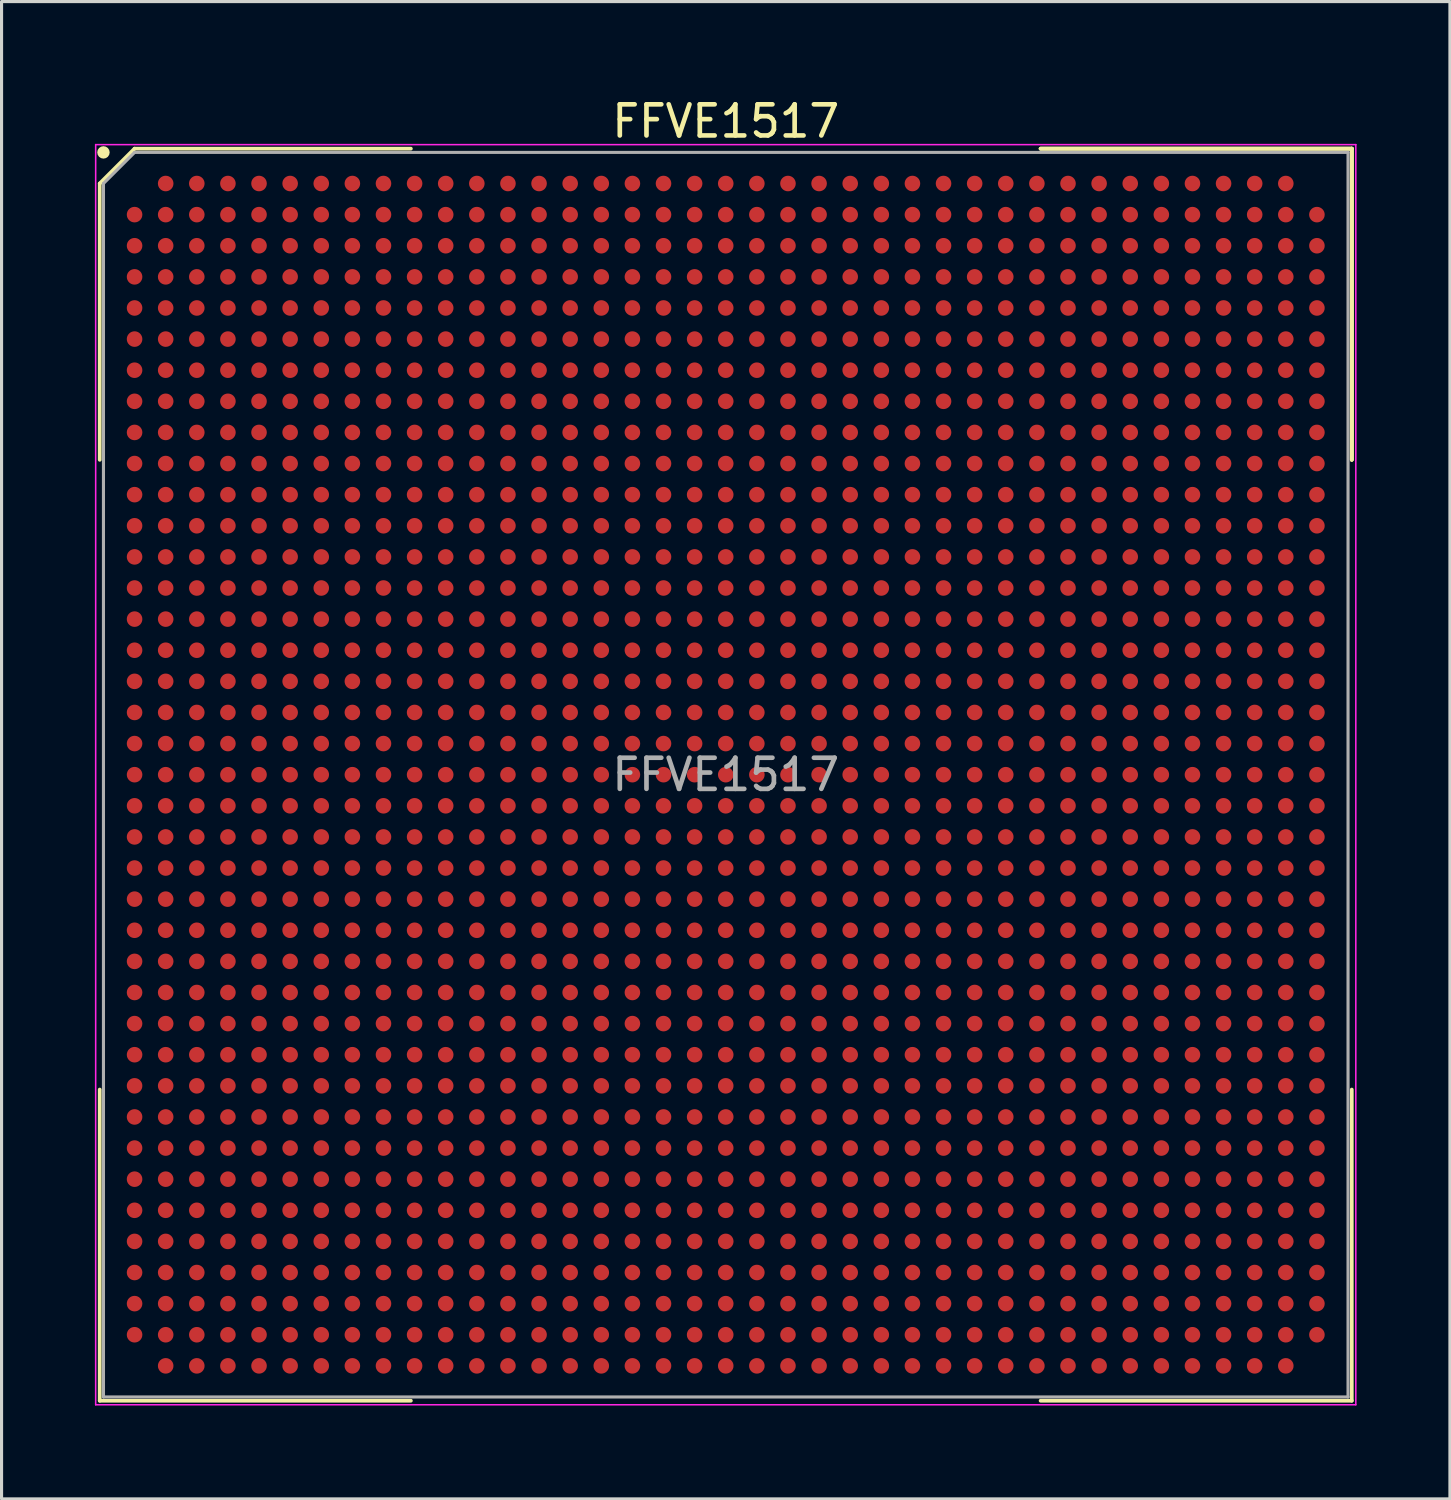
<source format=kicad_pcb>
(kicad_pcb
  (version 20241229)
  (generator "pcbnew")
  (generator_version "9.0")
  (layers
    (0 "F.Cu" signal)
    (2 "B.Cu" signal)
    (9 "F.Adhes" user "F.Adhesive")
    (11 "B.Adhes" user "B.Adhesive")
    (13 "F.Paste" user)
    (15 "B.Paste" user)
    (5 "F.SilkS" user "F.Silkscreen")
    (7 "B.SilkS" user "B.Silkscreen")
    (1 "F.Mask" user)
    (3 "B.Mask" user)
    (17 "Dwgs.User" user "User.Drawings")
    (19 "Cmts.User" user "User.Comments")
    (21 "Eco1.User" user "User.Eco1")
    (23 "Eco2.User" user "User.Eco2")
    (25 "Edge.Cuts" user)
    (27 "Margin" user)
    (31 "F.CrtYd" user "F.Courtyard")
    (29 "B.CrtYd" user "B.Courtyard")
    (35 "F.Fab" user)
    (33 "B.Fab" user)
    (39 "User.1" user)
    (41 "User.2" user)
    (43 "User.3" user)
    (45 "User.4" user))
  (footprint "FFVE1517"
    (layer "F.Cu")
    (at 20.275 21.848)
    (property "Reference" "FFVE1517" (at 0 -21 0) (layer "F.SilkS") (effects (font (size 1 1) (thickness 0.15))))
    (attr smd)
    (fp_line (start -20.12 -19) (end -20.12 -10.12) (stroke (width 0.12) (type solid)) (layer "F.SilkS"))
    (fp_line (start -20.12 20.12) (end -20.12 10.12) (stroke (width 0.12) (type solid)) (layer "F.SilkS"))
    (fp_line (start -19 -20.12) (end -20.12 -19) (stroke (width 0.12) (type solid)) (layer "F.SilkS"))
    (fp_line (start -10.12 -20.12) (end -19 -20.12) (stroke (width 0.12) (type solid)) (layer "F.SilkS"))
    (fp_line (start -10.12 20.12) (end -20.12 20.12) (stroke (width 0.12) (type solid)) (layer "F.SilkS"))
    (fp_line (start 10.12 -20.12) (end 20.12 -20.12) (stroke (width 0.12) (type solid)) (layer "F.SilkS"))
    (fp_line (start 10.12 -20.12) (end 20.12 -20.12) (stroke (width 0.12) (type solid)) (layer "F.SilkS"))
    (fp_line (start 10.12 -20.12) (end 20.12 -20.12) (stroke (width 0.12) (type solid)) (layer "F.SilkS"))
    (fp_line (start 10.12 20.12) (end 20.12 20.12) (stroke (width 0.12) (type solid)) (layer "F.SilkS"))
    (fp_line (start 20.12 -20.12) (end 20.12 -10.12) (stroke (width 0.12) (type solid)) (layer "F.SilkS"))
    (fp_line (start 20.12 -20.12) (end 20.12 -10.12) (stroke (width 0.12) (type solid)) (layer "F.SilkS"))
    (fp_line (start 20.12 -20.12) (end 20.12 -10.12) (stroke (width 0.12) (type solid)) (layer "F.SilkS"))
    (fp_line (start 20.12 20.12) (end 20.12 10.12) (stroke (width 0.12) (type solid)) (layer "F.SilkS"))
    (fp_circle (center -20 -20) (end -20 -19.9) (stroke (width 0.2) (type solid)) (fill no) (layer "F.SilkS"))
    (fp_line (start -20.25 -20.25) (end 20.25 -20.25) (stroke (width 0.05) (type solid)) (layer "F.CrtYd"))
    (fp_line (start -20.25 20.25) (end -20.25 -20.25) (stroke (width 0.05) (type solid)) (layer "F.CrtYd"))
    (fp_line (start 20.25 -20.25) (end 20.25 20.25) (stroke (width 0.05) (type solid)) (layer "F.CrtYd"))
    (fp_line (start 20.25 20.25) (end -20.25 20.25) (stroke (width 0.05) (type solid)) (layer "F.CrtYd"))
    (fp_line (start -20 -19) (end -20 20) (stroke (width 0.1) (type solid)) (layer "F.Fab"))
    (fp_line (start -20 20) (end 20 20) (stroke (width 0.1) (type solid)) (layer "F.Fab"))
    (fp_line (start -19 -20) (end -20 -19) (stroke (width 0.1) (type solid)) (layer "F.Fab"))
    (fp_line (start 20 -20) (end -19 -20) (stroke (width 0.1) (type solid)) (layer "F.Fab"))
    (fp_line (start 20 20) (end 20 -20) (stroke (width 0.1) (type solid)) (layer "F.Fab"))
    (fp_text user "${REFERENCE}" (at 0 0 0) (layer "F.Fab") (effects (font (size 1 1) (thickness 0.15))))
    (pad "A2" smd circle (at -18 -19) (size 0.5 0.5) (layers "F.Cu" "F.Mask" "F.Paste"))
    (pad "A3" smd circle (at -17 -19) (size 0.5 0.5) (layers "F.Cu" "F.Mask" "F.Paste"))
    (pad "A4" smd circle (at -16 -19) (size 0.5 0.5) (layers "F.Cu" "F.Mask" "F.Paste"))
    (pad "A5" smd circle (at -15 -19) (size 0.5 0.5) (layers "F.Cu" "F.Mask" "F.Paste"))
    (pad "A6" smd circle (at -14 -19) (size 0.5 0.5) (layers "F.Cu" "F.Mask" "F.Paste"))
    (pad "A7" smd circle (at -13 -19) (size 0.5 0.5) (layers "F.Cu" "F.Mask" "F.Paste"))
    (pad "A8" smd circle (at -12 -19) (size 0.5 0.5) (layers "F.Cu" "F.Mask" "F.Paste"))
    (pad "A9" smd circle (at -11 -19) (size 0.5 0.5) (layers "F.Cu" "F.Mask" "F.Paste"))
    (pad "A10" smd circle (at -10 -19) (size 0.5 0.5) (layers "F.Cu" "F.Mask" "F.Paste"))
    (pad "A11" smd circle (at -9 -19) (size 0.5 0.5) (layers "F.Cu" "F.Mask" "F.Paste"))
    (pad "A12" smd circle (at -8 -19) (size 0.5 0.5) (layers "F.Cu" "F.Mask" "F.Paste"))
    (pad "A13" smd circle (at -7 -19) (size 0.5 0.5) (layers "F.Cu" "F.Mask" "F.Paste"))
    (pad "A14" smd circle (at -6 -19) (size 0.5 0.5) (layers "F.Cu" "F.Mask" "F.Paste"))
    (pad "A15" smd circle (at -5 -19) (size 0.5 0.5) (layers "F.Cu" "F.Mask" "F.Paste"))
    (pad "A16" smd circle (at -4 -19) (size 0.5 0.5) (layers "F.Cu" "F.Mask" "F.Paste"))
    (pad "A17" smd circle (at -3 -19) (size 0.5 0.5) (layers "F.Cu" "F.Mask" "F.Paste"))
    (pad "A18" smd circle (at -2 -19) (size 0.5 0.5) (layers "F.Cu" "F.Mask" "F.Paste"))
    (pad "A19" smd circle (at -1 -19) (size 0.5 0.5) (layers "F.Cu" "F.Mask" "F.Paste"))
    (pad "A20" smd circle (at 0 -19) (size 0.5 0.5) (layers "F.Cu" "F.Mask" "F.Paste"))
    (pad "A21" smd circle (at 1 -19) (size 0.5 0.5) (layers "F.Cu" "F.Mask" "F.Paste"))
    (pad "A22" smd circle (at 2 -19) (size 0.5 0.5) (layers "F.Cu" "F.Mask" "F.Paste"))
    (pad "A23" smd circle (at 3 -19) (size 0.5 0.5) (layers "F.Cu" "F.Mask" "F.Paste"))
    (pad "A24" smd circle (at 4 -19) (size 0.5 0.5) (layers "F.Cu" "F.Mask" "F.Paste"))
    (pad "A25" smd circle (at 5 -19) (size 0.5 0.5) (layers "F.Cu" "F.Mask" "F.Paste"))
    (pad "A26" smd circle (at 6 -19) (size 0.5 0.5) (layers "F.Cu" "F.Mask" "F.Paste"))
    (pad "A27" smd circle (at 7 -19) (size 0.5 0.5) (layers "F.Cu" "F.Mask" "F.Paste"))
    (pad "A28" smd circle (at 8 -19) (size 0.5 0.5) (layers "F.Cu" "F.Mask" "F.Paste"))
    (pad "A29" smd circle (at 9 -19) (size 0.5 0.5) (layers "F.Cu" "F.Mask" "F.Paste"))
    (pad "A30" smd circle (at 10 -19) (size 0.5 0.5) (layers "F.Cu" "F.Mask" "F.Paste"))
    (pad "A31" smd circle (at 11 -19) (size 0.5 0.5) (layers "F.Cu" "F.Mask" "F.Paste"))
    (pad "A32" smd circle (at 12 -19) (size 0.5 0.5) (layers "F.Cu" "F.Mask" "F.Paste"))
    (pad "A33" smd circle (at 13 -19) (size 0.5 0.5) (layers "F.Cu" "F.Mask" "F.Paste"))
    (pad "A34" smd circle (at 14 -19) (size 0.5 0.5) (layers "F.Cu" "F.Mask" "F.Paste"))
    (pad "A35" smd circle (at 15 -19) (size 0.5 0.5) (layers "F.Cu" "F.Mask" "F.Paste"))
    (pad "A36" smd circle (at 16 -19) (size 0.5 0.5) (layers "F.Cu" "F.Mask" "F.Paste"))
    (pad "A37" smd circle (at 17 -19) (size 0.5 0.5) (layers "F.Cu" "F.Mask" "F.Paste"))
    (pad "A38" smd circle (at 18 -19) (size 0.5 0.5) (layers "F.Cu" "F.Mask" "F.Paste"))
    (pad "AA1" smd circle (at -19 1) (size 0.5 0.5) (layers "F.Cu" "F.Mask" "F.Paste"))
    (pad "AA2" smd circle (at -18 1) (size 0.5 0.5) (layers "F.Cu" "F.Mask" "F.Paste"))
    (pad "AA3" smd circle (at -17 1) (size 0.5 0.5) (layers "F.Cu" "F.Mask" "F.Paste"))
    (pad "AA4" smd circle (at -16 1) (size 0.5 0.5) (layers "F.Cu" "F.Mask" "F.Paste"))
    (pad "AA5" smd circle (at -15 1) (size 0.5 0.5) (layers "F.Cu" "F.Mask" "F.Paste"))
    (pad "AA6" smd circle (at -14 1) (size 0.5 0.5) (layers "F.Cu" "F.Mask" "F.Paste"))
    (pad "AA7" smd circle (at -13 1) (size 0.5 0.5) (layers "F.Cu" "F.Mask" "F.Paste"))
    (pad "AA8" smd circle (at -12 1) (size 0.5 0.5) (layers "F.Cu" "F.Mask" "F.Paste"))
    (pad "AA9" smd circle (at -11 1) (size 0.5 0.5) (layers "F.Cu" "F.Mask" "F.Paste"))
    (pad "AA10" smd circle (at -10 1) (size 0.5 0.5) (layers "F.Cu" "F.Mask" "F.Paste"))
    (pad "AA11" smd circle (at -9 1) (size 0.5 0.5) (layers "F.Cu" "F.Mask" "F.Paste"))
    (pad "AA12" smd circle (at -8 1) (size 0.5 0.5) (layers "F.Cu" "F.Mask" "F.Paste"))
    (pad "AA13" smd circle (at -7 1) (size 0.5 0.5) (layers "F.Cu" "F.Mask" "F.Paste"))
    (pad "AA14" smd circle (at -6 1) (size 0.5 0.5) (layers "F.Cu" "F.Mask" "F.Paste"))
    (pad "AA15" smd circle (at -5 1) (size 0.5 0.5) (layers "F.Cu" "F.Mask" "F.Paste"))
    (pad "AA16" smd circle (at -4 1) (size 0.5 0.5) (layers "F.Cu" "F.Mask" "F.Paste"))
    (pad "AA17" smd circle (at -3 1) (size 0.5 0.5) (layers "F.Cu" "F.Mask" "F.Paste"))
    (pad "AA18" smd circle (at -2 1) (size 0.5 0.5) (layers "F.Cu" "F.Mask" "F.Paste"))
    (pad "AA19" smd circle (at -1 1) (size 0.5 0.5) (layers "F.Cu" "F.Mask" "F.Paste"))
    (pad "AA20" smd circle (at 0 1) (size 0.5 0.5) (layers "F.Cu" "F.Mask" "F.Paste"))
    (pad "AA21" smd circle (at 1 1) (size 0.5 0.5) (layers "F.Cu" "F.Mask" "F.Paste"))
    (pad "AA22" smd circle (at 2 1) (size 0.5 0.5) (layers "F.Cu" "F.Mask" "F.Paste"))
    (pad "AA23" smd circle (at 3 1) (size 0.5 0.5) (layers "F.Cu" "F.Mask" "F.Paste"))
    (pad "AA24" smd circle (at 4 1) (size 0.5 0.5) (layers "F.Cu" "F.Mask" "F.Paste"))
    (pad "AA25" smd circle (at 5 1) (size 0.5 0.5) (layers "F.Cu" "F.Mask" "F.Paste"))
    (pad "AA26" smd circle (at 6 1) (size 0.5 0.5) (layers "F.Cu" "F.Mask" "F.Paste"))
    (pad "AA27" smd circle (at 7 1) (size 0.5 0.5) (layers "F.Cu" "F.Mask" "F.Paste"))
    (pad "AA28" smd circle (at 8 1) (size 0.5 0.5) (layers "F.Cu" "F.Mask" "F.Paste"))
    (pad "AA29" smd circle (at 9 1) (size 0.5 0.5) (layers "F.Cu" "F.Mask" "F.Paste"))
    (pad "AA30" smd circle (at 10 1) (size 0.5 0.5) (layers "F.Cu" "F.Mask" "F.Paste"))
    (pad "AA31" smd circle (at 11 1) (size 0.5 0.5) (layers "F.Cu" "F.Mask" "F.Paste"))
    (pad "AA32" smd circle (at 12 1) (size 0.5 0.5) (layers "F.Cu" "F.Mask" "F.Paste"))
    (pad "AA33" smd circle (at 13 1) (size 0.5 0.5) (layers "F.Cu" "F.Mask" "F.Paste"))
    (pad "AA34" smd circle (at 14 1) (size 0.5 0.5) (layers "F.Cu" "F.Mask" "F.Paste"))
    (pad "AA35" smd circle (at 15 1) (size 0.5 0.5) (layers "F.Cu" "F.Mask" "F.Paste"))
    (pad "AA36" smd circle (at 16 1) (size 0.5 0.5) (layers "F.Cu" "F.Mask" "F.Paste"))
    (pad "AA37" smd circle (at 17 1) (size 0.5 0.5) (layers "F.Cu" "F.Mask" "F.Paste"))
    (pad "AA38" smd circle (at 18 1) (size 0.5 0.5) (layers "F.Cu" "F.Mask" "F.Paste"))
    (pad "AA39" smd circle (at 19 1) (size 0.5 0.5) (layers "F.Cu" "F.Mask" "F.Paste"))
    (pad "AB1" smd circle (at -19 2) (size 0.5 0.5) (layers "F.Cu" "F.Mask" "F.Paste"))
    (pad "AB2" smd circle (at -18 2) (size 0.5 0.5) (layers "F.Cu" "F.Mask" "F.Paste"))
    (pad "AB3" smd circle (at -17 2) (size 0.5 0.5) (layers "F.Cu" "F.Mask" "F.Paste"))
    (pad "AB4" smd circle (at -16 2) (size 0.5 0.5) (layers "F.Cu" "F.Mask" "F.Paste"))
    (pad "AB5" smd circle (at -15 2) (size 0.5 0.5) (layers "F.Cu" "F.Mask" "F.Paste"))
    (pad "AB6" smd circle (at -14 2) (size 0.5 0.5) (layers "F.Cu" "F.Mask" "F.Paste"))
    (pad "AB7" smd circle (at -13 2) (size 0.5 0.5) (layers "F.Cu" "F.Mask" "F.Paste"))
    (pad "AB8" smd circle (at -12 2) (size 0.5 0.5) (layers "F.Cu" "F.Mask" "F.Paste"))
    (pad "AB9" smd circle (at -11 2) (size 0.5 0.5) (layers "F.Cu" "F.Mask" "F.Paste"))
    (pad "AB10" smd circle (at -10 2) (size 0.5 0.5) (layers "F.Cu" "F.Mask" "F.Paste"))
    (pad "AB11" smd circle (at -9 2) (size 0.5 0.5) (layers "F.Cu" "F.Mask" "F.Paste"))
    (pad "AB12" smd circle (at -8 2) (size 0.5 0.5) (layers "F.Cu" "F.Mask" "F.Paste"))
    (pad "AB13" smd circle (at -7 2) (size 0.5 0.5) (layers "F.Cu" "F.Mask" "F.Paste"))
    (pad "AB14" smd circle (at -6 2) (size 0.5 0.5) (layers "F.Cu" "F.Mask" "F.Paste"))
    (pad "AB15" smd circle (at -5 2) (size 0.5 0.5) (layers "F.Cu" "F.Mask" "F.Paste"))
    (pad "AB16" smd circle (at -4 2) (size 0.5 0.5) (layers "F.Cu" "F.Mask" "F.Paste"))
    (pad "AB17" smd circle (at -3 2) (size 0.5 0.5) (layers "F.Cu" "F.Mask" "F.Paste"))
    (pad "AB18" smd circle (at -2 2) (size 0.5 0.5) (layers "F.Cu" "F.Mask" "F.Paste"))
    (pad "AB19" smd circle (at -1 2) (size 0.5 0.5) (layers "F.Cu" "F.Mask" "F.Paste"))
    (pad "AB20" smd circle (at 0 2) (size 0.5 0.5) (layers "F.Cu" "F.Mask" "F.Paste"))
    (pad "AB21" smd circle (at 1 2) (size 0.5 0.5) (layers "F.Cu" "F.Mask" "F.Paste"))
    (pad "AB22" smd circle (at 2 2) (size 0.5 0.5) (layers "F.Cu" "F.Mask" "F.Paste"))
    (pad "AB23" smd circle (at 3 2) (size 0.5 0.5) (layers "F.Cu" "F.Mask" "F.Paste"))
    (pad "AB24" smd circle (at 4 2) (size 0.5 0.5) (layers "F.Cu" "F.Mask" "F.Paste"))
    (pad "AB25" smd circle (at 5 2) (size 0.5 0.5) (layers "F.Cu" "F.Mask" "F.Paste"))
    (pad "AB26" smd circle (at 6 2) (size 0.5 0.5) (layers "F.Cu" "F.Mask" "F.Paste"))
    (pad "AB27" smd circle (at 7 2) (size 0.5 0.5) (layers "F.Cu" "F.Mask" "F.Paste"))
    (pad "AB28" smd circle (at 8 2) (size 0.5 0.5) (layers "F.Cu" "F.Mask" "F.Paste"))
    (pad "AB29" smd circle (at 9 2) (size 0.5 0.5) (layers "F.Cu" "F.Mask" "F.Paste"))
    (pad "AB30" smd circle (at 10 2) (size 0.5 0.5) (layers "F.Cu" "F.Mask" "F.Paste"))
    (pad "AB31" smd circle (at 11 2) (size 0.5 0.5) (layers "F.Cu" "F.Mask" "F.Paste"))
    (pad "AB32" smd circle (at 12 2) (size 0.5 0.5) (layers "F.Cu" "F.Mask" "F.Paste"))
    (pad "AB33" smd circle (at 13 2) (size 0.5 0.5) (layers "F.Cu" "F.Mask" "F.Paste"))
    (pad "AB34" smd circle (at 14 2) (size 0.5 0.5) (layers "F.Cu" "F.Mask" "F.Paste"))
    (pad "AB35" smd circle (at 15 2) (size 0.5 0.5) (layers "F.Cu" "F.Mask" "F.Paste"))
    (pad "AB36" smd circle (at 16 2) (size 0.5 0.5) (layers "F.Cu" "F.Mask" "F.Paste"))
    (pad "AB37" smd circle (at 17 2) (size 0.5 0.5) (layers "F.Cu" "F.Mask" "F.Paste"))
    (pad "AB38" smd circle (at 18 2) (size 0.5 0.5) (layers "F.Cu" "F.Mask" "F.Paste"))
    (pad "AB39" smd circle (at 19 2) (size 0.5 0.5) (layers "F.Cu" "F.Mask" "F.Paste"))
    (pad "AC1" smd circle (at -19 3) (size 0.5 0.5) (layers "F.Cu" "F.Mask" "F.Paste"))
    (pad "AC2" smd circle (at -18 3) (size 0.5 0.5) (layers "F.Cu" "F.Mask" "F.Paste"))
    (pad "AC3" smd circle (at -17 3) (size 0.5 0.5) (layers "F.Cu" "F.Mask" "F.Paste"))
    (pad "AC4" smd circle (at -16 3) (size 0.5 0.5) (layers "F.Cu" "F.Mask" "F.Paste"))
    (pad "AC5" smd circle (at -15 3) (size 0.5 0.5) (layers "F.Cu" "F.Mask" "F.Paste"))
    (pad "AC6" smd circle (at -14 3) (size 0.5 0.5) (layers "F.Cu" "F.Mask" "F.Paste"))
    (pad "AC7" smd circle (at -13 3) (size 0.5 0.5) (layers "F.Cu" "F.Mask" "F.Paste"))
    (pad "AC8" smd circle (at -12 3) (size 0.5 0.5) (layers "F.Cu" "F.Mask" "F.Paste"))
    (pad "AC9" smd circle (at -11 3) (size 0.5 0.5) (layers "F.Cu" "F.Mask" "F.Paste"))
    (pad "AC10" smd circle (at -10 3) (size 0.5 0.5) (layers "F.Cu" "F.Mask" "F.Paste"))
    (pad "AC11" smd circle (at -9 3) (size 0.5 0.5) (layers "F.Cu" "F.Mask" "F.Paste"))
    (pad "AC12" smd circle (at -8 3) (size 0.5 0.5) (layers "F.Cu" "F.Mask" "F.Paste"))
    (pad "AC13" smd circle (at -7 3) (size 0.5 0.5) (layers "F.Cu" "F.Mask" "F.Paste"))
    (pad "AC14" smd circle (at -6 3) (size 0.5 0.5) (layers "F.Cu" "F.Mask" "F.Paste"))
    (pad "AC15" smd circle (at -5 3) (size 0.5 0.5) (layers "F.Cu" "F.Mask" "F.Paste"))
    (pad "AC16" smd circle (at -4 3) (size 0.5 0.5) (layers "F.Cu" "F.Mask" "F.Paste"))
    (pad "AC17" smd circle (at -3 3) (size 0.5 0.5) (layers "F.Cu" "F.Mask" "F.Paste"))
    (pad "AC18" smd circle (at -2 3) (size 0.5 0.5) (layers "F.Cu" "F.Mask" "F.Paste"))
    (pad "AC19" smd circle (at -1 3) (size 0.5 0.5) (layers "F.Cu" "F.Mask" "F.Paste"))
    (pad "AC20" smd circle (at 0 3) (size 0.5 0.5) (layers "F.Cu" "F.Mask" "F.Paste"))
    (pad "AC21" smd circle (at 1 3) (size 0.5 0.5) (layers "F.Cu" "F.Mask" "F.Paste"))
    (pad "AC22" smd circle (at 2 3) (size 0.5 0.5) (layers "F.Cu" "F.Mask" "F.Paste"))
    (pad "AC23" smd circle (at 3 3) (size 0.5 0.5) (layers "F.Cu" "F.Mask" "F.Paste"))
    (pad "AC24" smd circle (at 4 3) (size 0.5 0.5) (layers "F.Cu" "F.Mask" "F.Paste"))
    (pad "AC25" smd circle (at 5 3) (size 0.5 0.5) (layers "F.Cu" "F.Mask" "F.Paste"))
    (pad "AC26" smd circle (at 6 3) (size 0.5 0.5) (layers "F.Cu" "F.Mask" "F.Paste"))
    (pad "AC27" smd circle (at 7 3) (size 0.5 0.5) (layers "F.Cu" "F.Mask" "F.Paste"))
    (pad "AC28" smd circle (at 8 3) (size 0.5 0.5) (layers "F.Cu" "F.Mask" "F.Paste"))
    (pad "AC29" smd circle (at 9 3) (size 0.5 0.5) (layers "F.Cu" "F.Mask" "F.Paste"))
    (pad "AC30" smd circle (at 10 3) (size 0.5 0.5) (layers "F.Cu" "F.Mask" "F.Paste"))
    (pad "AC31" smd circle (at 11 3) (size 0.5 0.5) (layers "F.Cu" "F.Mask" "F.Paste"))
    (pad "AC32" smd circle (at 12 3) (size 0.5 0.5) (layers "F.Cu" "F.Mask" "F.Paste"))
    (pad "AC33" smd circle (at 13 3) (size 0.5 0.5) (layers "F.Cu" "F.Mask" "F.Paste"))
    (pad "AC34" smd circle (at 14 3) (size 0.5 0.5) (layers "F.Cu" "F.Mask" "F.Paste"))
    (pad "AC35" smd circle (at 15 3) (size 0.5 0.5) (layers "F.Cu" "F.Mask" "F.Paste"))
    (pad "AC36" smd circle (at 16 3) (size 0.5 0.5) (layers "F.Cu" "F.Mask" "F.Paste"))
    (pad "AC37" smd circle (at 17 3) (size 0.5 0.5) (layers "F.Cu" "F.Mask" "F.Paste"))
    (pad "AC38" smd circle (at 18 3) (size 0.5 0.5) (layers "F.Cu" "F.Mask" "F.Paste"))
    (pad "AC39" smd circle (at 19 3) (size 0.5 0.5) (layers "F.Cu" "F.Mask" "F.Paste"))
    (pad "AD1" smd circle (at -19 4) (size 0.5 0.5) (layers "F.Cu" "F.Mask" "F.Paste"))
    (pad "AD2" smd circle (at -18 4) (size 0.5 0.5) (layers "F.Cu" "F.Mask" "F.Paste"))
    (pad "AD3" smd circle (at -17 4) (size 0.5 0.5) (layers "F.Cu" "F.Mask" "F.Paste"))
    (pad "AD4" smd circle (at -16 4) (size 0.5 0.5) (layers "F.Cu" "F.Mask" "F.Paste"))
    (pad "AD5" smd circle (at -15 4) (size 0.5 0.5) (layers "F.Cu" "F.Mask" "F.Paste"))
    (pad "AD6" smd circle (at -14 4) (size 0.5 0.5) (layers "F.Cu" "F.Mask" "F.Paste"))
    (pad "AD7" smd circle (at -13 4) (size 0.5 0.5) (layers "F.Cu" "F.Mask" "F.Paste"))
    (pad "AD8" smd circle (at -12 4) (size 0.5 0.5) (layers "F.Cu" "F.Mask" "F.Paste"))
    (pad "AD9" smd circle (at -11 4) (size 0.5 0.5) (layers "F.Cu" "F.Mask" "F.Paste"))
    (pad "AD10" smd circle (at -10 4) (size 0.5 0.5) (layers "F.Cu" "F.Mask" "F.Paste"))
    (pad "AD11" smd circle (at -9 4) (size 0.5 0.5) (layers "F.Cu" "F.Mask" "F.Paste"))
    (pad "AD12" smd circle (at -8 4) (size 0.5 0.5) (layers "F.Cu" "F.Mask" "F.Paste"))
    (pad "AD13" smd circle (at -7 4) (size 0.5 0.5) (layers "F.Cu" "F.Mask" "F.Paste"))
    (pad "AD14" smd circle (at -6 4) (size 0.5 0.5) (layers "F.Cu" "F.Mask" "F.Paste"))
    (pad "AD15" smd circle (at -5 4) (size 0.5 0.5) (layers "F.Cu" "F.Mask" "F.Paste"))
    (pad "AD16" smd circle (at -4 4) (size 0.5 0.5) (layers "F.Cu" "F.Mask" "F.Paste"))
    (pad "AD17" smd circle (at -3 4) (size 0.5 0.5) (layers "F.Cu" "F.Mask" "F.Paste"))
    (pad "AD18" smd circle (at -2 4) (size 0.5 0.5) (layers "F.Cu" "F.Mask" "F.Paste"))
    (pad "AD19" smd circle (at -1 4) (size 0.5 0.5) (layers "F.Cu" "F.Mask" "F.Paste"))
    (pad "AD20" smd circle (at 0 4) (size 0.5 0.5) (layers "F.Cu" "F.Mask" "F.Paste"))
    (pad "AD21" smd circle (at 1 4) (size 0.5 0.5) (layers "F.Cu" "F.Mask" "F.Paste"))
    (pad "AD22" smd circle (at 2 4) (size 0.5 0.5) (layers "F.Cu" "F.Mask" "F.Paste"))
    (pad "AD23" smd circle (at 3 4) (size 0.5 0.5) (layers "F.Cu" "F.Mask" "F.Paste"))
    (pad "AD24" smd circle (at 4 4) (size 0.5 0.5) (layers "F.Cu" "F.Mask" "F.Paste"))
    (pad "AD25" smd circle (at 5 4) (size 0.5 0.5) (layers "F.Cu" "F.Mask" "F.Paste"))
    (pad "AD26" smd circle (at 6 4) (size 0.5 0.5) (layers "F.Cu" "F.Mask" "F.Paste"))
    (pad "AD27" smd circle (at 7 4) (size 0.5 0.5) (layers "F.Cu" "F.Mask" "F.Paste"))
    (pad "AD28" smd circle (at 8 4) (size 0.5 0.5) (layers "F.Cu" "F.Mask" "F.Paste"))
    (pad "AD29" smd circle (at 9 4) (size 0.5 0.5) (layers "F.Cu" "F.Mask" "F.Paste"))
    (pad "AD30" smd circle (at 10 4) (size 0.5 0.5) (layers "F.Cu" "F.Mask" "F.Paste"))
    (pad "AD31" smd circle (at 11 4) (size 0.5 0.5) (layers "F.Cu" "F.Mask" "F.Paste"))
    (pad "AD32" smd circle (at 12 4) (size 0.5 0.5) (layers "F.Cu" "F.Mask" "F.Paste"))
    (pad "AD33" smd circle (at 13 4) (size 0.5 0.5) (layers "F.Cu" "F.Mask" "F.Paste"))
    (pad "AD34" smd circle (at 14 4) (size 0.5 0.5) (layers "F.Cu" "F.Mask" "F.Paste"))
    (pad "AD35" smd circle (at 15 4) (size 0.5 0.5) (layers "F.Cu" "F.Mask" "F.Paste"))
    (pad "AD36" smd circle (at 16 4) (size 0.5 0.5) (layers "F.Cu" "F.Mask" "F.Paste"))
    (pad "AD37" smd circle (at 17 4) (size 0.5 0.5) (layers "F.Cu" "F.Mask" "F.Paste"))
    (pad "AD38" smd circle (at 18 4) (size 0.5 0.5) (layers "F.Cu" "F.Mask" "F.Paste"))
    (pad "AD39" smd circle (at 19 4) (size 0.5 0.5) (layers "F.Cu" "F.Mask" "F.Paste"))
    (pad "AE1" smd circle (at -19 5) (size 0.5 0.5) (layers "F.Cu" "F.Mask" "F.Paste"))
    (pad "AE2" smd circle (at -18 5) (size 0.5 0.5) (layers "F.Cu" "F.Mask" "F.Paste"))
    (pad "AE3" smd circle (at -17 5) (size 0.5 0.5) (layers "F.Cu" "F.Mask" "F.Paste"))
    (pad "AE4" smd circle (at -16 5) (size 0.5 0.5) (layers "F.Cu" "F.Mask" "F.Paste"))
    (pad "AE5" smd circle (at -15 5) (size 0.5 0.5) (layers "F.Cu" "F.Mask" "F.Paste"))
    (pad "AE6" smd circle (at -14 5) (size 0.5 0.5) (layers "F.Cu" "F.Mask" "F.Paste"))
    (pad "AE7" smd circle (at -13 5) (size 0.5 0.5) (layers "F.Cu" "F.Mask" "F.Paste"))
    (pad "AE8" smd circle (at -12 5) (size 0.5 0.5) (layers "F.Cu" "F.Mask" "F.Paste"))
    (pad "AE9" smd circle (at -11 5) (size 0.5 0.5) (layers "F.Cu" "F.Mask" "F.Paste"))
    (pad "AE10" smd circle (at -10 5) (size 0.5 0.5) (layers "F.Cu" "F.Mask" "F.Paste"))
    (pad "AE11" smd circle (at -9 5) (size 0.5 0.5) (layers "F.Cu" "F.Mask" "F.Paste"))
    (pad "AE12" smd circle (at -8 5) (size 0.5 0.5) (layers "F.Cu" "F.Mask" "F.Paste"))
    (pad "AE13" smd circle (at -7 5) (size 0.5 0.5) (layers "F.Cu" "F.Mask" "F.Paste"))
    (pad "AE14" smd circle (at -6 5) (size 0.5 0.5) (layers "F.Cu" "F.Mask" "F.Paste"))
    (pad "AE15" smd circle (at -5 5) (size 0.5 0.5) (layers "F.Cu" "F.Mask" "F.Paste"))
    (pad "AE16" smd circle (at -4 5) (size 0.5 0.5) (layers "F.Cu" "F.Mask" "F.Paste"))
    (pad "AE17" smd circle (at -3 5) (size 0.5 0.5) (layers "F.Cu" "F.Mask" "F.Paste"))
    (pad "AE18" smd circle (at -2 5) (size 0.5 0.5) (layers "F.Cu" "F.Mask" "F.Paste"))
    (pad "AE19" smd circle (at -1 5) (size 0.5 0.5) (layers "F.Cu" "F.Mask" "F.Paste"))
    (pad "AE20" smd circle (at 0 5) (size 0.5 0.5) (layers "F.Cu" "F.Mask" "F.Paste"))
    (pad "AE21" smd circle (at 1 5) (size 0.5 0.5) (layers "F.Cu" "F.Mask" "F.Paste"))
    (pad "AE22" smd circle (at 2 5) (size 0.5 0.5) (layers "F.Cu" "F.Mask" "F.Paste"))
    (pad "AE23" smd circle (at 3 5) (size 0.5 0.5) (layers "F.Cu" "F.Mask" "F.Paste"))
    (pad "AE24" smd circle (at 4 5) (size 0.5 0.5) (layers "F.Cu" "F.Mask" "F.Paste"))
    (pad "AE25" smd circle (at 5 5) (size 0.5 0.5) (layers "F.Cu" "F.Mask" "F.Paste"))
    (pad "AE26" smd circle (at 6 5) (size 0.5 0.5) (layers "F.Cu" "F.Mask" "F.Paste"))
    (pad "AE27" smd circle (at 7 5) (size 0.5 0.5) (layers "F.Cu" "F.Mask" "F.Paste"))
    (pad "AE28" smd circle (at 8 5) (size 0.5 0.5) (layers "F.Cu" "F.Mask" "F.Paste"))
    (pad "AE29" smd circle (at 9 5) (size 0.5 0.5) (layers "F.Cu" "F.Mask" "F.Paste"))
    (pad "AE30" smd circle (at 10 5) (size 0.5 0.5) (layers "F.Cu" "F.Mask" "F.Paste"))
    (pad "AE31" smd circle (at 11 5) (size 0.5 0.5) (layers "F.Cu" "F.Mask" "F.Paste"))
    (pad "AE32" smd circle (at 12 5) (size 0.5 0.5) (layers "F.Cu" "F.Mask" "F.Paste"))
    (pad "AE33" smd circle (at 13 5) (size 0.5 0.5) (layers "F.Cu" "F.Mask" "F.Paste"))
    (pad "AE34" smd circle (at 14 5) (size 0.5 0.5) (layers "F.Cu" "F.Mask" "F.Paste"))
    (pad "AE35" smd circle (at 15 5) (size 0.5 0.5) (layers "F.Cu" "F.Mask" "F.Paste"))
    (pad "AE36" smd circle (at 16 5) (size 0.5 0.5) (layers "F.Cu" "F.Mask" "F.Paste"))
    (pad "AE37" smd circle (at 17 5) (size 0.5 0.5) (layers "F.Cu" "F.Mask" "F.Paste"))
    (pad "AE38" smd circle (at 18 5) (size 0.5 0.5) (layers "F.Cu" "F.Mask" "F.Paste"))
    (pad "AE39" smd circle (at 19 5) (size 0.5 0.5) (layers "F.Cu" "F.Mask" "F.Paste"))
    (pad "AF1" smd circle (at -19 6) (size 0.5 0.5) (layers "F.Cu" "F.Mask" "F.Paste"))
    (pad "AF2" smd circle (at -18 6) (size 0.5 0.5) (layers "F.Cu" "F.Mask" "F.Paste"))
    (pad "AF3" smd circle (at -17 6) (size 0.5 0.5) (layers "F.Cu" "F.Mask" "F.Paste"))
    (pad "AF4" smd circle (at -16 6) (size 0.5 0.5) (layers "F.Cu" "F.Mask" "F.Paste"))
    (pad "AF5" smd circle (at -15 6) (size 0.5 0.5) (layers "F.Cu" "F.Mask" "F.Paste"))
    (pad "AF6" smd circle (at -14 6) (size 0.5 0.5) (layers "F.Cu" "F.Mask" "F.Paste"))
    (pad "AF7" smd circle (at -13 6) (size 0.5 0.5) (layers "F.Cu" "F.Mask" "F.Paste"))
    (pad "AF8" smd circle (at -12 6) (size 0.5 0.5) (layers "F.Cu" "F.Mask" "F.Paste"))
    (pad "AF9" smd circle (at -11 6) (size 0.5 0.5) (layers "F.Cu" "F.Mask" "F.Paste"))
    (pad "AF10" smd circle (at -10 6) (size 0.5 0.5) (layers "F.Cu" "F.Mask" "F.Paste"))
    (pad "AF11" smd circle (at -9 6) (size 0.5 0.5) (layers "F.Cu" "F.Mask" "F.Paste"))
    (pad "AF12" smd circle (at -8 6) (size 0.5 0.5) (layers "F.Cu" "F.Mask" "F.Paste"))
    (pad "AF13" smd circle (at -7 6) (size 0.5 0.5) (layers "F.Cu" "F.Mask" "F.Paste"))
    (pad "AF14" smd circle (at -6 6) (size 0.5 0.5) (layers "F.Cu" "F.Mask" "F.Paste"))
    (pad "AF15" smd circle (at -5 6) (size 0.5 0.5) (layers "F.Cu" "F.Mask" "F.Paste"))
    (pad "AF16" smd circle (at -4 6) (size 0.5 0.5) (layers "F.Cu" "F.Mask" "F.Paste"))
    (pad "AF17" smd circle (at -3 6) (size 0.5 0.5) (layers "F.Cu" "F.Mask" "F.Paste"))
    (pad "AF18" smd circle (at -2 6) (size 0.5 0.5) (layers "F.Cu" "F.Mask" "F.Paste"))
    (pad "AF19" smd circle (at -1 6) (size 0.5 0.5) (layers "F.Cu" "F.Mask" "F.Paste"))
    (pad "AF20" smd circle (at 0 6) (size 0.5 0.5) (layers "F.Cu" "F.Mask" "F.Paste"))
    (pad "AF21" smd circle (at 1 6) (size 0.5 0.5) (layers "F.Cu" "F.Mask" "F.Paste"))
    (pad "AF22" smd circle (at 2 6) (size 0.5 0.5) (layers "F.Cu" "F.Mask" "F.Paste"))
    (pad "AF23" smd circle (at 3 6) (size 0.5 0.5) (layers "F.Cu" "F.Mask" "F.Paste"))
    (pad "AF24" smd circle (at 4 6) (size 0.5 0.5) (layers "F.Cu" "F.Mask" "F.Paste"))
    (pad "AF25" smd circle (at 5 6) (size 0.5 0.5) (layers "F.Cu" "F.Mask" "F.Paste"))
    (pad "AF26" smd circle (at 6 6) (size 0.5 0.5) (layers "F.Cu" "F.Mask" "F.Paste"))
    (pad "AF27" smd circle (at 7 6) (size 0.5 0.5) (layers "F.Cu" "F.Mask" "F.Paste"))
    (pad "AF28" smd circle (at 8 6) (size 0.5 0.5) (layers "F.Cu" "F.Mask" "F.Paste"))
    (pad "AF29" smd circle (at 9 6) (size 0.5 0.5) (layers "F.Cu" "F.Mask" "F.Paste"))
    (pad "AF30" smd circle (at 10 6) (size 0.5 0.5) (layers "F.Cu" "F.Mask" "F.Paste"))
    (pad "AF31" smd circle (at 11 6) (size 0.5 0.5) (layers "F.Cu" "F.Mask" "F.Paste"))
    (pad "AF32" smd circle (at 12 6) (size 0.5 0.5) (layers "F.Cu" "F.Mask" "F.Paste"))
    (pad "AF33" smd circle (at 13 6) (size 0.5 0.5) (layers "F.Cu" "F.Mask" "F.Paste"))
    (pad "AF34" smd circle (at 14 6) (size 0.5 0.5) (layers "F.Cu" "F.Mask" "F.Paste"))
    (pad "AF35" smd circle (at 15 6) (size 0.5 0.5) (layers "F.Cu" "F.Mask" "F.Paste"))
    (pad "AF36" smd circle (at 16 6) (size 0.5 0.5) (layers "F.Cu" "F.Mask" "F.Paste"))
    (pad "AF37" smd circle (at 17 6) (size 0.5 0.5) (layers "F.Cu" "F.Mask" "F.Paste"))
    (pad "AF38" smd circle (at 18 6) (size 0.5 0.5) (layers "F.Cu" "F.Mask" "F.Paste"))
    (pad "AF39" smd circle (at 19 6) (size 0.5 0.5) (layers "F.Cu" "F.Mask" "F.Paste"))
    (pad "AG1" smd circle (at -19 7) (size 0.5 0.5) (layers "F.Cu" "F.Mask" "F.Paste"))
    (pad "AG2" smd circle (at -18 7) (size 0.5 0.5) (layers "F.Cu" "F.Mask" "F.Paste"))
    (pad "AG3" smd circle (at -17 7) (size 0.5 0.5) (layers "F.Cu" "F.Mask" "F.Paste"))
    (pad "AG4" smd circle (at -16 7) (size 0.5 0.5) (layers "F.Cu" "F.Mask" "F.Paste"))
    (pad "AG5" smd circle (at -15 7) (size 0.5 0.5) (layers "F.Cu" "F.Mask" "F.Paste"))
    (pad "AG6" smd circle (at -14 7) (size 0.5 0.5) (layers "F.Cu" "F.Mask" "F.Paste"))
    (pad "AG7" smd circle (at -13 7) (size 0.5 0.5) (layers "F.Cu" "F.Mask" "F.Paste"))
    (pad "AG8" smd circle (at -12 7) (size 0.5 0.5) (layers "F.Cu" "F.Mask" "F.Paste"))
    (pad "AG9" smd circle (at -11 7) (size 0.5 0.5) (layers "F.Cu" "F.Mask" "F.Paste"))
    (pad "AG10" smd circle (at -10 7) (size 0.5 0.5) (layers "F.Cu" "F.Mask" "F.Paste"))
    (pad "AG11" smd circle (at -9 7) (size 0.5 0.5) (layers "F.Cu" "F.Mask" "F.Paste"))
    (pad "AG12" smd circle (at -8 7) (size 0.5 0.5) (layers "F.Cu" "F.Mask" "F.Paste"))
    (pad "AG13" smd circle (at -7 7) (size 0.5 0.5) (layers "F.Cu" "F.Mask" "F.Paste"))
    (pad "AG14" smd circle (at -6 7) (size 0.5 0.5) (layers "F.Cu" "F.Mask" "F.Paste"))
    (pad "AG15" smd circle (at -5 7) (size 0.5 0.5) (layers "F.Cu" "F.Mask" "F.Paste"))
    (pad "AG16" smd circle (at -4 7) (size 0.5 0.5) (layers "F.Cu" "F.Mask" "F.Paste"))
    (pad "AG17" smd circle (at -3 7) (size 0.5 0.5) (layers "F.Cu" "F.Mask" "F.Paste"))
    (pad "AG18" smd circle (at -2 7) (size 0.5 0.5) (layers "F.Cu" "F.Mask" "F.Paste"))
    (pad "AG19" smd circle (at -1 7) (size 0.5 0.5) (layers "F.Cu" "F.Mask" "F.Paste"))
    (pad "AG20" smd circle (at 0 7) (size 0.5 0.5) (layers "F.Cu" "F.Mask" "F.Paste"))
    (pad "AG21" smd circle (at 1 7) (size 0.5 0.5) (layers "F.Cu" "F.Mask" "F.Paste"))
    (pad "AG22" smd circle (at 2 7) (size 0.5 0.5) (layers "F.Cu" "F.Mask" "F.Paste"))
    (pad "AG23" smd circle (at 3 7) (size 0.5 0.5) (layers "F.Cu" "F.Mask" "F.Paste"))
    (pad "AG24" smd circle (at 4 7) (size 0.5 0.5) (layers "F.Cu" "F.Mask" "F.Paste"))
    (pad "AG25" smd circle (at 5 7) (size 0.5 0.5) (layers "F.Cu" "F.Mask" "F.Paste"))
    (pad "AG26" smd circle (at 6 7) (size 0.5 0.5) (layers "F.Cu" "F.Mask" "F.Paste"))
    (pad "AG27" smd circle (at 7 7) (size 0.5 0.5) (layers "F.Cu" "F.Mask" "F.Paste"))
    (pad "AG28" smd circle (at 8 7) (size 0.5 0.5) (layers "F.Cu" "F.Mask" "F.Paste"))
    (pad "AG29" smd circle (at 9 7) (size 0.5 0.5) (layers "F.Cu" "F.Mask" "F.Paste"))
    (pad "AG30" smd circle (at 10 7) (size 0.5 0.5) (layers "F.Cu" "F.Mask" "F.Paste"))
    (pad "AG31" smd circle (at 11 7) (size 0.5 0.5) (layers "F.Cu" "F.Mask" "F.Paste"))
    (pad "AG32" smd circle (at 12 7) (size 0.5 0.5) (layers "F.Cu" "F.Mask" "F.Paste"))
    (pad "AG33" smd circle (at 13 7) (size 0.5 0.5) (layers "F.Cu" "F.Mask" "F.Paste"))
    (pad "AG34" smd circle (at 14 7) (size 0.5 0.5) (layers "F.Cu" "F.Mask" "F.Paste"))
    (pad "AG35" smd circle (at 15 7) (size 0.5 0.5) (layers "F.Cu" "F.Mask" "F.Paste"))
    (pad "AG36" smd circle (at 16 7) (size 0.5 0.5) (layers "F.Cu" "F.Mask" "F.Paste"))
    (pad "AG37" smd circle (at 17 7) (size 0.5 0.5) (layers "F.Cu" "F.Mask" "F.Paste"))
    (pad "AG38" smd circle (at 18 7) (size 0.5 0.5) (layers "F.Cu" "F.Mask" "F.Paste"))
    (pad "AG39" smd circle (at 19 7) (size 0.5 0.5) (layers "F.Cu" "F.Mask" "F.Paste"))
    (pad "AH1" smd circle (at -19 8) (size 0.5 0.5) (layers "F.Cu" "F.Mask" "F.Paste"))
    (pad "AH2" smd circle (at -18 8) (size 0.5 0.5) (layers "F.Cu" "F.Mask" "F.Paste"))
    (pad "AH3" smd circle (at -17 8) (size 0.5 0.5) (layers "F.Cu" "F.Mask" "F.Paste"))
    (pad "AH4" smd circle (at -16 8) (size 0.5 0.5) (layers "F.Cu" "F.Mask" "F.Paste"))
    (pad "AH5" smd circle (at -15 8) (size 0.5 0.5) (layers "F.Cu" "F.Mask" "F.Paste"))
    (pad "AH6" smd circle (at -14 8) (size 0.5 0.5) (layers "F.Cu" "F.Mask" "F.Paste"))
    (pad "AH7" smd circle (at -13 8) (size 0.5 0.5) (layers "F.Cu" "F.Mask" "F.Paste"))
    (pad "AH8" smd circle (at -12 8) (size 0.5 0.5) (layers "F.Cu" "F.Mask" "F.Paste"))
    (pad "AH9" smd circle (at -11 8) (size 0.5 0.5) (layers "F.Cu" "F.Mask" "F.Paste"))
    (pad "AH10" smd circle (at -10 8) (size 0.5 0.5) (layers "F.Cu" "F.Mask" "F.Paste"))
    (pad "AH11" smd circle (at -9 8) (size 0.5 0.5) (layers "F.Cu" "F.Mask" "F.Paste"))
    (pad "AH12" smd circle (at -8 8) (size 0.5 0.5) (layers "F.Cu" "F.Mask" "F.Paste"))
    (pad "AH13" smd circle (at -7 8) (size 0.5 0.5) (layers "F.Cu" "F.Mask" "F.Paste"))
    (pad "AH14" smd circle (at -6 8) (size 0.5 0.5) (layers "F.Cu" "F.Mask" "F.Paste"))
    (pad "AH15" smd circle (at -5 8) (size 0.5 0.5) (layers "F.Cu" "F.Mask" "F.Paste"))
    (pad "AH16" smd circle (at -4 8) (size 0.5 0.5) (layers "F.Cu" "F.Mask" "F.Paste"))
    (pad "AH17" smd circle (at -3 8) (size 0.5 0.5) (layers "F.Cu" "F.Mask" "F.Paste"))
    (pad "AH18" smd circle (at -2 8) (size 0.5 0.5) (layers "F.Cu" "F.Mask" "F.Paste"))
    (pad "AH19" smd circle (at -1 8) (size 0.5 0.5) (layers "F.Cu" "F.Mask" "F.Paste"))
    (pad "AH20" smd circle (at 0 8) (size 0.5 0.5) (layers "F.Cu" "F.Mask" "F.Paste"))
    (pad "AH21" smd circle (at 1 8) (size 0.5 0.5) (layers "F.Cu" "F.Mask" "F.Paste"))
    (pad "AH22" smd circle (at 2 8) (size 0.5 0.5) (layers "F.Cu" "F.Mask" "F.Paste"))
    (pad "AH23" smd circle (at 3 8) (size 0.5 0.5) (layers "F.Cu" "F.Mask" "F.Paste"))
    (pad "AH24" smd circle (at 4 8) (size 0.5 0.5) (layers "F.Cu" "F.Mask" "F.Paste"))
    (pad "AH25" smd circle (at 5 8) (size 0.5 0.5) (layers "F.Cu" "F.Mask" "F.Paste"))
    (pad "AH26" smd circle (at 6 8) (size 0.5 0.5) (layers "F.Cu" "F.Mask" "F.Paste"))
    (pad "AH27" smd circle (at 7 8) (size 0.5 0.5) (layers "F.Cu" "F.Mask" "F.Paste"))
    (pad "AH28" smd circle (at 8 8) (size 0.5 0.5) (layers "F.Cu" "F.Mask" "F.Paste"))
    (pad "AH29" smd circle (at 9 8) (size 0.5 0.5) (layers "F.Cu" "F.Mask" "F.Paste"))
    (pad "AH30" smd circle (at 10 8) (size 0.5 0.5) (layers "F.Cu" "F.Mask" "F.Paste"))
    (pad "AH31" smd circle (at 11 8) (size 0.5 0.5) (layers "F.Cu" "F.Mask" "F.Paste"))
    (pad "AH32" smd circle (at 12 8) (size 0.5 0.5) (layers "F.Cu" "F.Mask" "F.Paste"))
    (pad "AH33" smd circle (at 13 8) (size 0.5 0.5) (layers "F.Cu" "F.Mask" "F.Paste"))
    (pad "AH34" smd circle (at 14 8) (size 0.5 0.5) (layers "F.Cu" "F.Mask" "F.Paste"))
    (pad "AH35" smd circle (at 15 8) (size 0.5 0.5) (layers "F.Cu" "F.Mask" "F.Paste"))
    (pad "AH36" smd circle (at 16 8) (size 0.5 0.5) (layers "F.Cu" "F.Mask" "F.Paste"))
    (pad "AH37" smd circle (at 17 8) (size 0.5 0.5) (layers "F.Cu" "F.Mask" "F.Paste"))
    (pad "AH38" smd circle (at 18 8) (size 0.5 0.5) (layers "F.Cu" "F.Mask" "F.Paste"))
    (pad "AH39" smd circle (at 19 8) (size 0.5 0.5) (layers "F.Cu" "F.Mask" "F.Paste"))
    (pad "AJ1" smd circle (at -19 9) (size 0.5 0.5) (layers "F.Cu" "F.Mask" "F.Paste"))
    (pad "AJ2" smd circle (at -18 9) (size 0.5 0.5) (layers "F.Cu" "F.Mask" "F.Paste"))
    (pad "AJ3" smd circle (at -17 9) (size 0.5 0.5) (layers "F.Cu" "F.Mask" "F.Paste"))
    (pad "AJ4" smd circle (at -16 9) (size 0.5 0.5) (layers "F.Cu" "F.Mask" "F.Paste"))
    (pad "AJ5" smd circle (at -15 9) (size 0.5 0.5) (layers "F.Cu" "F.Mask" "F.Paste"))
    (pad "AJ6" smd circle (at -14 9) (size 0.5 0.5) (layers "F.Cu" "F.Mask" "F.Paste"))
    (pad "AJ7" smd circle (at -13 9) (size 0.5 0.5) (layers "F.Cu" "F.Mask" "F.Paste"))
    (pad "AJ8" smd circle (at -12 9) (size 0.5 0.5) (layers "F.Cu" "F.Mask" "F.Paste"))
    (pad "AJ9" smd circle (at -11 9) (size 0.5 0.5) (layers "F.Cu" "F.Mask" "F.Paste"))
    (pad "AJ10" smd circle (at -10 9) (size 0.5 0.5) (layers "F.Cu" "F.Mask" "F.Paste"))
    (pad "AJ11" smd circle (at -9 9) (size 0.5 0.5) (layers "F.Cu" "F.Mask" "F.Paste"))
    (pad "AJ12" smd circle (at -8 9) (size 0.5 0.5) (layers "F.Cu" "F.Mask" "F.Paste"))
    (pad "AJ13" smd circle (at -7 9) (size 0.5 0.5) (layers "F.Cu" "F.Mask" "F.Paste"))
    (pad "AJ14" smd circle (at -6 9) (size 0.5 0.5) (layers "F.Cu" "F.Mask" "F.Paste"))
    (pad "AJ15" smd circle (at -5 9) (size 0.5 0.5) (layers "F.Cu" "F.Mask" "F.Paste"))
    (pad "AJ16" smd circle (at -4 9) (size 0.5 0.5) (layers "F.Cu" "F.Mask" "F.Paste"))
    (pad "AJ17" smd circle (at -3 9) (size 0.5 0.5) (layers "F.Cu" "F.Mask" "F.Paste"))
    (pad "AJ18" smd circle (at -2 9) (size 0.5 0.5) (layers "F.Cu" "F.Mask" "F.Paste"))
    (pad "AJ19" smd circle (at -1 9) (size 0.5 0.5) (layers "F.Cu" "F.Mask" "F.Paste"))
    (pad "AJ20" smd circle (at 0 9) (size 0.5 0.5) (layers "F.Cu" "F.Mask" "F.Paste"))
    (pad "AJ21" smd circle (at 1 9) (size 0.5 0.5) (layers "F.Cu" "F.Mask" "F.Paste"))
    (pad "AJ22" smd circle (at 2 9) (size 0.5 0.5) (layers "F.Cu" "F.Mask" "F.Paste"))
    (pad "AJ23" smd circle (at 3 9) (size 0.5 0.5) (layers "F.Cu" "F.Mask" "F.Paste"))
    (pad "AJ24" smd circle (at 4 9) (size 0.5 0.5) (layers "F.Cu" "F.Mask" "F.Paste"))
    (pad "AJ25" smd circle (at 5 9) (size 0.5 0.5) (layers "F.Cu" "F.Mask" "F.Paste"))
    (pad "AJ26" smd circle (at 6 9) (size 0.5 0.5) (layers "F.Cu" "F.Mask" "F.Paste"))
    (pad "AJ27" smd circle (at 7 9) (size 0.5 0.5) (layers "F.Cu" "F.Mask" "F.Paste"))
    (pad "AJ28" smd circle (at 8 9) (size 0.5 0.5) (layers "F.Cu" "F.Mask" "F.Paste"))
    (pad "AJ29" smd circle (at 9 9) (size 0.5 0.5) (layers "F.Cu" "F.Mask" "F.Paste"))
    (pad "AJ30" smd circle (at 10 9) (size 0.5 0.5) (layers "F.Cu" "F.Mask" "F.Paste"))
    (pad "AJ31" smd circle (at 11 9) (size 0.5 0.5) (layers "F.Cu" "F.Mask" "F.Paste"))
    (pad "AJ32" smd circle (at 12 9) (size 0.5 0.5) (layers "F.Cu" "F.Mask" "F.Paste"))
    (pad "AJ33" smd circle (at 13 9) (size 0.5 0.5) (layers "F.Cu" "F.Mask" "F.Paste"))
    (pad "AJ34" smd circle (at 14 9) (size 0.5 0.5) (layers "F.Cu" "F.Mask" "F.Paste"))
    (pad "AJ35" smd circle (at 15 9) (size 0.5 0.5) (layers "F.Cu" "F.Mask" "F.Paste"))
    (pad "AJ36" smd circle (at 16 9) (size 0.5 0.5) (layers "F.Cu" "F.Mask" "F.Paste"))
    (pad "AJ37" smd circle (at 17 9) (size 0.5 0.5) (layers "F.Cu" "F.Mask" "F.Paste"))
    (pad "AJ38" smd circle (at 18 9) (size 0.5 0.5) (layers "F.Cu" "F.Mask" "F.Paste"))
    (pad "AJ39" smd circle (at 19 9) (size 0.5 0.5) (layers "F.Cu" "F.Mask" "F.Paste"))
    (pad "AK1" smd circle (at -19 10) (size 0.5 0.5) (layers "F.Cu" "F.Mask" "F.Paste"))
    (pad "AK2" smd circle (at -18 10) (size 0.5 0.5) (layers "F.Cu" "F.Mask" "F.Paste"))
    (pad "AK3" smd circle (at -17 10) (size 0.5 0.5) (layers "F.Cu" "F.Mask" "F.Paste"))
    (pad "AK4" smd circle (at -16 10) (size 0.5 0.5) (layers "F.Cu" "F.Mask" "F.Paste"))
    (pad "AK5" smd circle (at -15 10) (size 0.5 0.5) (layers "F.Cu" "F.Mask" "F.Paste"))
    (pad "AK6" smd circle (at -14 10) (size 0.5 0.5) (layers "F.Cu" "F.Mask" "F.Paste"))
    (pad "AK7" smd circle (at -13 10) (size 0.5 0.5) (layers "F.Cu" "F.Mask" "F.Paste"))
    (pad "AK8" smd circle (at -12 10) (size 0.5 0.5) (layers "F.Cu" "F.Mask" "F.Paste"))
    (pad "AK9" smd circle (at -11 10) (size 0.5 0.5) (layers "F.Cu" "F.Mask" "F.Paste"))
    (pad "AK10" smd circle (at -10 10) (size 0.5 0.5) (layers "F.Cu" "F.Mask" "F.Paste"))
    (pad "AK11" smd circle (at -9 10) (size 0.5 0.5) (layers "F.Cu" "F.Mask" "F.Paste"))
    (pad "AK12" smd circle (at -8 10) (size 0.5 0.5) (layers "F.Cu" "F.Mask" "F.Paste"))
    (pad "AK13" smd circle (at -7 10) (size 0.5 0.5) (layers "F.Cu" "F.Mask" "F.Paste"))
    (pad "AK14" smd circle (at -6 10) (size 0.5 0.5) (layers "F.Cu" "F.Mask" "F.Paste"))
    (pad "AK15" smd circle (at -5 10) (size 0.5 0.5) (layers "F.Cu" "F.Mask" "F.Paste"))
    (pad "AK16" smd circle (at -4 10) (size 0.5 0.5) (layers "F.Cu" "F.Mask" "F.Paste"))
    (pad "AK17" smd circle (at -3 10) (size 0.5 0.5) (layers "F.Cu" "F.Mask" "F.Paste"))
    (pad "AK18" smd circle (at -2 10) (size 0.5 0.5) (layers "F.Cu" "F.Mask" "F.Paste"))
    (pad "AK19" smd circle (at -1 10) (size 0.5 0.5) (layers "F.Cu" "F.Mask" "F.Paste"))
    (pad "AK20" smd circle (at 0 10) (size 0.5 0.5) (layers "F.Cu" "F.Mask" "F.Paste"))
    (pad "AK21" smd circle (at 1 10) (size 0.5 0.5) (layers "F.Cu" "F.Mask" "F.Paste"))
    (pad "AK22" smd circle (at 2 10) (size 0.5 0.5) (layers "F.Cu" "F.Mask" "F.Paste"))
    (pad "AK23" smd circle (at 3 10) (size 0.5 0.5) (layers "F.Cu" "F.Mask" "F.Paste"))
    (pad "AK24" smd circle (at 4 10) (size 0.5 0.5) (layers "F.Cu" "F.Mask" "F.Paste"))
    (pad "AK25" smd circle (at 5 10) (size 0.5 0.5) (layers "F.Cu" "F.Mask" "F.Paste"))
    (pad "AK26" smd circle (at 6 10) (size 0.5 0.5) (layers "F.Cu" "F.Mask" "F.Paste"))
    (pad "AK27" smd circle (at 7 10) (size 0.5 0.5) (layers "F.Cu" "F.Mask" "F.Paste"))
    (pad "AK28" smd circle (at 8 10) (size 0.5 0.5) (layers "F.Cu" "F.Mask" "F.Paste"))
    (pad "AK29" smd circle (at 9 10) (size 0.5 0.5) (layers "F.Cu" "F.Mask" "F.Paste"))
    (pad "AK30" smd circle (at 10 10) (size 0.5 0.5) (layers "F.Cu" "F.Mask" "F.Paste"))
    (pad "AK31" smd circle (at 11 10) (size 0.5 0.5) (layers "F.Cu" "F.Mask" "F.Paste"))
    (pad "AK32" smd circle (at 12 10) (size 0.5 0.5) (layers "F.Cu" "F.Mask" "F.Paste"))
    (pad "AK33" smd circle (at 13 10) (size 0.5 0.5) (layers "F.Cu" "F.Mask" "F.Paste"))
    (pad "AK34" smd circle (at 14 10) (size 0.5 0.5) (layers "F.Cu" "F.Mask" "F.Paste"))
    (pad "AK35" smd circle (at 15 10) (size 0.5 0.5) (layers "F.Cu" "F.Mask" "F.Paste"))
    (pad "AK36" smd circle (at 16 10) (size 0.5 0.5) (layers "F.Cu" "F.Mask" "F.Paste"))
    (pad "AK37" smd circle (at 17 10) (size 0.5 0.5) (layers "F.Cu" "F.Mask" "F.Paste"))
    (pad "AK38" smd circle (at 18 10) (size 0.5 0.5) (layers "F.Cu" "F.Mask" "F.Paste"))
    (pad "AK39" smd circle (at 19 10) (size 0.5 0.5) (layers "F.Cu" "F.Mask" "F.Paste"))
    (pad "AL1" smd circle (at -19 11) (size 0.5 0.5) (layers "F.Cu" "F.Mask" "F.Paste"))
    (pad "AL2" smd circle (at -18 11) (size 0.5 0.5) (layers "F.Cu" "F.Mask" "F.Paste"))
    (pad "AL3" smd circle (at -17 11) (size 0.5 0.5) (layers "F.Cu" "F.Mask" "F.Paste"))
    (pad "AL4" smd circle (at -16 11) (size 0.5 0.5) (layers "F.Cu" "F.Mask" "F.Paste"))
    (pad "AL5" smd circle (at -15 11) (size 0.5 0.5) (layers "F.Cu" "F.Mask" "F.Paste"))
    (pad "AL6" smd circle (at -14 11) (size 0.5 0.5) (layers "F.Cu" "F.Mask" "F.Paste"))
    (pad "AL7" smd circle (at -13 11) (size 0.5 0.5) (layers "F.Cu" "F.Mask" "F.Paste"))
    (pad "AL8" smd circle (at -12 11) (size 0.5 0.5) (layers "F.Cu" "F.Mask" "F.Paste"))
    (pad "AL9" smd circle (at -11 11) (size 0.5 0.5) (layers "F.Cu" "F.Mask" "F.Paste"))
    (pad "AL10" smd circle (at -10 11) (size 0.5 0.5) (layers "F.Cu" "F.Mask" "F.Paste"))
    (pad "AL11" smd circle (at -9 11) (size 0.5 0.5) (layers "F.Cu" "F.Mask" "F.Paste"))
    (pad "AL12" smd circle (at -8 11) (size 0.5 0.5) (layers "F.Cu" "F.Mask" "F.Paste"))
    (pad "AL13" smd circle (at -7 11) (size 0.5 0.5) (layers "F.Cu" "F.Mask" "F.Paste"))
    (pad "AL14" smd circle (at -6 11) (size 0.5 0.5) (layers "F.Cu" "F.Mask" "F.Paste"))
    (pad "AL15" smd circle (at -5 11) (size 0.5 0.5) (layers "F.Cu" "F.Mask" "F.Paste"))
    (pad "AL16" smd circle (at -4 11) (size 0.5 0.5) (layers "F.Cu" "F.Mask" "F.Paste"))
    (pad "AL17" smd circle (at -3 11) (size 0.5 0.5) (layers "F.Cu" "F.Mask" "F.Paste"))
    (pad "AL18" smd circle (at -2 11) (size 0.5 0.5) (layers "F.Cu" "F.Mask" "F.Paste"))
    (pad "AL19" smd circle (at -1 11) (size 0.5 0.5) (layers "F.Cu" "F.Mask" "F.Paste"))
    (pad "AL20" smd circle (at 0 11) (size 0.5 0.5) (layers "F.Cu" "F.Mask" "F.Paste"))
    (pad "AL21" smd circle (at 1 11) (size 0.5 0.5) (layers "F.Cu" "F.Mask" "F.Paste"))
    (pad "AL22" smd circle (at 2 11) (size 0.5 0.5) (layers "F.Cu" "F.Mask" "F.Paste"))
    (pad "AL23" smd circle (at 3 11) (size 0.5 0.5) (layers "F.Cu" "F.Mask" "F.Paste"))
    (pad "AL24" smd circle (at 4 11) (size 0.5 0.5) (layers "F.Cu" "F.Mask" "F.Paste"))
    (pad "AL25" smd circle (at 5 11) (size 0.5 0.5) (layers "F.Cu" "F.Mask" "F.Paste"))
    (pad "AL26" smd circle (at 6 11) (size 0.5 0.5) (layers "F.Cu" "F.Mask" "F.Paste"))
    (pad "AL27" smd circle (at 7 11) (size 0.5 0.5) (layers "F.Cu" "F.Mask" "F.Paste"))
    (pad "AL28" smd circle (at 8 11) (size 0.5 0.5) (layers "F.Cu" "F.Mask" "F.Paste"))
    (pad "AL29" smd circle (at 9 11) (size 0.5 0.5) (layers "F.Cu" "F.Mask" "F.Paste"))
    (pad "AL30" smd circle (at 10 11) (size 0.5 0.5) (layers "F.Cu" "F.Mask" "F.Paste"))
    (pad "AL31" smd circle (at 11 11) (size 0.5 0.5) (layers "F.Cu" "F.Mask" "F.Paste"))
    (pad "AL32" smd circle (at 12 11) (size 0.5 0.5) (layers "F.Cu" "F.Mask" "F.Paste"))
    (pad "AL33" smd circle (at 13 11) (size 0.5 0.5) (layers "F.Cu" "F.Mask" "F.Paste"))
    (pad "AL34" smd circle (at 14 11) (size 0.5 0.5) (layers "F.Cu" "F.Mask" "F.Paste"))
    (pad "AL35" smd circle (at 15 11) (size 0.5 0.5) (layers "F.Cu" "F.Mask" "F.Paste"))
    (pad "AL36" smd circle (at 16 11) (size 0.5 0.5) (layers "F.Cu" "F.Mask" "F.Paste"))
    (pad "AL37" smd circle (at 17 11) (size 0.5 0.5) (layers "F.Cu" "F.Mask" "F.Paste"))
    (pad "AL38" smd circle (at 18 11) (size 0.5 0.5) (layers "F.Cu" "F.Mask" "F.Paste"))
    (pad "AL39" smd circle (at 19 11) (size 0.5 0.5) (layers "F.Cu" "F.Mask" "F.Paste"))
    (pad "AM1" smd circle (at -19 12) (size 0.5 0.5) (layers "F.Cu" "F.Mask" "F.Paste"))
    (pad "AM2" smd circle (at -18 12) (size 0.5 0.5) (layers "F.Cu" "F.Mask" "F.Paste"))
    (pad "AM3" smd circle (at -17 12) (size 0.5 0.5) (layers "F.Cu" "F.Mask" "F.Paste"))
    (pad "AM4" smd circle (at -16 12) (size 0.5 0.5) (layers "F.Cu" "F.Mask" "F.Paste"))
    (pad "AM5" smd circle (at -15 12) (size 0.5 0.5) (layers "F.Cu" "F.Mask" "F.Paste"))
    (pad "AM6" smd circle (at -14 12) (size 0.5 0.5) (layers "F.Cu" "F.Mask" "F.Paste"))
    (pad "AM7" smd circle (at -13 12) (size 0.5 0.5) (layers "F.Cu" "F.Mask" "F.Paste"))
    (pad "AM8" smd circle (at -12 12) (size 0.5 0.5) (layers "F.Cu" "F.Mask" "F.Paste"))
    (pad "AM9" smd circle (at -11 12) (size 0.5 0.5) (layers "F.Cu" "F.Mask" "F.Paste"))
    (pad "AM10" smd circle (at -10 12) (size 0.5 0.5) (layers "F.Cu" "F.Mask" "F.Paste"))
    (pad "AM11" smd circle (at -9 12) (size 0.5 0.5) (layers "F.Cu" "F.Mask" "F.Paste"))
    (pad "AM12" smd circle (at -8 12) (size 0.5 0.5) (layers "F.Cu" "F.Mask" "F.Paste"))
    (pad "AM13" smd circle (at -7 12) (size 0.5 0.5) (layers "F.Cu" "F.Mask" "F.Paste"))
    (pad "AM14" smd circle (at -6 12) (size 0.5 0.5) (layers "F.Cu" "F.Mask" "F.Paste"))
    (pad "AM15" smd circle (at -5 12) (size 0.5 0.5) (layers "F.Cu" "F.Mask" "F.Paste"))
    (pad "AM16" smd circle (at -4 12) (size 0.5 0.5) (layers "F.Cu" "F.Mask" "F.Paste"))
    (pad "AM17" smd circle (at -3 12) (size 0.5 0.5) (layers "F.Cu" "F.Mask" "F.Paste"))
    (pad "AM18" smd circle (at -2 12) (size 0.5 0.5) (layers "F.Cu" "F.Mask" "F.Paste"))
    (pad "AM19" smd circle (at -1 12) (size 0.5 0.5) (layers "F.Cu" "F.Mask" "F.Paste"))
    (pad "AM20" smd circle (at 0 12) (size 0.5 0.5) (layers "F.Cu" "F.Mask" "F.Paste"))
    (pad "AM21" smd circle (at 1 12) (size 0.5 0.5) (layers "F.Cu" "F.Mask" "F.Paste"))
    (pad "AM22" smd circle (at 2 12) (size 0.5 0.5) (layers "F.Cu" "F.Mask" "F.Paste"))
    (pad "AM23" smd circle (at 3 12) (size 0.5 0.5) (layers "F.Cu" "F.Mask" "F.Paste"))
    (pad "AM24" smd circle (at 4 12) (size 0.5 0.5) (layers "F.Cu" "F.Mask" "F.Paste"))
    (pad "AM25" smd circle (at 5 12) (size 0.5 0.5) (layers "F.Cu" "F.Mask" "F.Paste"))
    (pad "AM26" smd circle (at 6 12) (size 0.5 0.5) (layers "F.Cu" "F.Mask" "F.Paste"))
    (pad "AM27" smd circle (at 7 12) (size 0.5 0.5) (layers "F.Cu" "F.Mask" "F.Paste"))
    (pad "AM28" smd circle (at 8 12) (size 0.5 0.5) (layers "F.Cu" "F.Mask" "F.Paste"))
    (pad "AM29" smd circle (at 9 12) (size 0.5 0.5) (layers "F.Cu" "F.Mask" "F.Paste"))
    (pad "AM30" smd circle (at 10 12) (size 0.5 0.5) (layers "F.Cu" "F.Mask" "F.Paste"))
    (pad "AM31" smd circle (at 11 12) (size 0.5 0.5) (layers "F.Cu" "F.Mask" "F.Paste"))
    (pad "AM32" smd circle (at 12 12) (size 0.5 0.5) (layers "F.Cu" "F.Mask" "F.Paste"))
    (pad "AM33" smd circle (at 13 12) (size 0.5 0.5) (layers "F.Cu" "F.Mask" "F.Paste"))
    (pad "AM34" smd circle (at 14 12) (size 0.5 0.5) (layers "F.Cu" "F.Mask" "F.Paste"))
    (pad "AM35" smd circle (at 15 12) (size 0.5 0.5) (layers "F.Cu" "F.Mask" "F.Paste"))
    (pad "AM36" smd circle (at 16 12) (size 0.5 0.5) (layers "F.Cu" "F.Mask" "F.Paste"))
    (pad "AM37" smd circle (at 17 12) (size 0.5 0.5) (layers "F.Cu" "F.Mask" "F.Paste"))
    (pad "AM38" smd circle (at 18 12) (size 0.5 0.5) (layers "F.Cu" "F.Mask" "F.Paste"))
    (pad "AM39" smd circle (at 19 12) (size 0.5 0.5) (layers "F.Cu" "F.Mask" "F.Paste"))
    (pad "AN1" smd circle (at -19 13) (size 0.5 0.5) (layers "F.Cu" "F.Mask" "F.Paste"))
    (pad "AN2" smd circle (at -18 13) (size 0.5 0.5) (layers "F.Cu" "F.Mask" "F.Paste"))
    (pad "AN3" smd circle (at -17 13) (size 0.5 0.5) (layers "F.Cu" "F.Mask" "F.Paste"))
    (pad "AN4" smd circle (at -16 13) (size 0.5 0.5) (layers "F.Cu" "F.Mask" "F.Paste"))
    (pad "AN5" smd circle (at -15 13) (size 0.5 0.5) (layers "F.Cu" "F.Mask" "F.Paste"))
    (pad "AN6" smd circle (at -14 13) (size 0.5 0.5) (layers "F.Cu" "F.Mask" "F.Paste"))
    (pad "AN7" smd circle (at -13 13) (size 0.5 0.5) (layers "F.Cu" "F.Mask" "F.Paste"))
    (pad "AN8" smd circle (at -12 13) (size 0.5 0.5) (layers "F.Cu" "F.Mask" "F.Paste"))
    (pad "AN9" smd circle (at -11 13) (size 0.5 0.5) (layers "F.Cu" "F.Mask" "F.Paste"))
    (pad "AN10" smd circle (at -10 13) (size 0.5 0.5) (layers "F.Cu" "F.Mask" "F.Paste"))
    (pad "AN11" smd circle (at -9 13) (size 0.5 0.5) (layers "F.Cu" "F.Mask" "F.Paste"))
    (pad "AN12" smd circle (at -8 13) (size 0.5 0.5) (layers "F.Cu" "F.Mask" "F.Paste"))
    (pad "AN13" smd circle (at -7 13) (size 0.5 0.5) (layers "F.Cu" "F.Mask" "F.Paste"))
    (pad "AN14" smd circle (at -6 13) (size 0.5 0.5) (layers "F.Cu" "F.Mask" "F.Paste"))
    (pad "AN15" smd circle (at -5 13) (size 0.5 0.5) (layers "F.Cu" "F.Mask" "F.Paste"))
    (pad "AN16" smd circle (at -4 13) (size 0.5 0.5) (layers "F.Cu" "F.Mask" "F.Paste"))
    (pad "AN17" smd circle (at -3 13) (size 0.5 0.5) (layers "F.Cu" "F.Mask" "F.Paste"))
    (pad "AN18" smd circle (at -2 13) (size 0.5 0.5) (layers "F.Cu" "F.Mask" "F.Paste"))
    (pad "AN19" smd circle (at -1 13) (size 0.5 0.5) (layers "F.Cu" "F.Mask" "F.Paste"))
    (pad "AN20" smd circle (at 0 13) (size 0.5 0.5) (layers "F.Cu" "F.Mask" "F.Paste"))
    (pad "AN21" smd circle (at 1 13) (size 0.5 0.5) (layers "F.Cu" "F.Mask" "F.Paste"))
    (pad "AN22" smd circle (at 2 13) (size 0.5 0.5) (layers "F.Cu" "F.Mask" "F.Paste"))
    (pad "AN23" smd circle (at 3 13) (size 0.5 0.5) (layers "F.Cu" "F.Mask" "F.Paste"))
    (pad "AN24" smd circle (at 4 13) (size 0.5 0.5) (layers "F.Cu" "F.Mask" "F.Paste"))
    (pad "AN25" smd circle (at 5 13) (size 0.5 0.5) (layers "F.Cu" "F.Mask" "F.Paste"))
    (pad "AN26" smd circle (at 6 13) (size 0.5 0.5) (layers "F.Cu" "F.Mask" "F.Paste"))
    (pad "AN27" smd circle (at 7 13) (size 0.5 0.5) (layers "F.Cu" "F.Mask" "F.Paste"))
    (pad "AN28" smd circle (at 8 13) (size 0.5 0.5) (layers "F.Cu" "F.Mask" "F.Paste"))
    (pad "AN29" smd circle (at 9 13) (size 0.5 0.5) (layers "F.Cu" "F.Mask" "F.Paste"))
    (pad "AN30" smd circle (at 10 13) (size 0.5 0.5) (layers "F.Cu" "F.Mask" "F.Paste"))
    (pad "AN31" smd circle (at 11 13) (size 0.5 0.5) (layers "F.Cu" "F.Mask" "F.Paste"))
    (pad "AN32" smd circle (at 12 13) (size 0.5 0.5) (layers "F.Cu" "F.Mask" "F.Paste"))
    (pad "AN33" smd circle (at 13 13) (size 0.5 0.5) (layers "F.Cu" "F.Mask" "F.Paste"))
    (pad "AN34" smd circle (at 14 13) (size 0.5 0.5) (layers "F.Cu" "F.Mask" "F.Paste"))
    (pad "AN35" smd circle (at 15 13) (size 0.5 0.5) (layers "F.Cu" "F.Mask" "F.Paste"))
    (pad "AN36" smd circle (at 16 13) (size 0.5 0.5) (layers "F.Cu" "F.Mask" "F.Paste"))
    (pad "AN37" smd circle (at 17 13) (size 0.5 0.5) (layers "F.Cu" "F.Mask" "F.Paste"))
    (pad "AN38" smd circle (at 18 13) (size 0.5 0.5) (layers "F.Cu" "F.Mask" "F.Paste"))
    (pad "AN39" smd circle (at 19 13) (size 0.5 0.5) (layers "F.Cu" "F.Mask" "F.Paste"))
    (pad "AP1" smd circle (at -19 14) (size 0.5 0.5) (layers "F.Cu" "F.Mask" "F.Paste"))
    (pad "AP2" smd circle (at -18 14) (size 0.5 0.5) (layers "F.Cu" "F.Mask" "F.Paste"))
    (pad "AP3" smd circle (at -17 14) (size 0.5 0.5) (layers "F.Cu" "F.Mask" "F.Paste"))
    (pad "AP4" smd circle (at -16 14) (size 0.5 0.5) (layers "F.Cu" "F.Mask" "F.Paste"))
    (pad "AP5" smd circle (at -15 14) (size 0.5 0.5) (layers "F.Cu" "F.Mask" "F.Paste"))
    (pad "AP6" smd circle (at -14 14) (size 0.5 0.5) (layers "F.Cu" "F.Mask" "F.Paste"))
    (pad "AP7" smd circle (at -13 14) (size 0.5 0.5) (layers "F.Cu" "F.Mask" "F.Paste"))
    (pad "AP8" smd circle (at -12 14) (size 0.5 0.5) (layers "F.Cu" "F.Mask" "F.Paste"))
    (pad "AP9" smd circle (at -11 14) (size 0.5 0.5) (layers "F.Cu" "F.Mask" "F.Paste"))
    (pad "AP10" smd circle (at -10 14) (size 0.5 0.5) (layers "F.Cu" "F.Mask" "F.Paste"))
    (pad "AP11" smd circle (at -9 14) (size 0.5 0.5) (layers "F.Cu" "F.Mask" "F.Paste"))
    (pad "AP12" smd circle (at -8 14) (size 0.5 0.5) (layers "F.Cu" "F.Mask" "F.Paste"))
    (pad "AP13" smd circle (at -7 14) (size 0.5 0.5) (layers "F.Cu" "F.Mask" "F.Paste"))
    (pad "AP14" smd circle (at -6 14) (size 0.5 0.5) (layers "F.Cu" "F.Mask" "F.Paste"))
    (pad "AP15" smd circle (at -5 14) (size 0.5 0.5) (layers "F.Cu" "F.Mask" "F.Paste"))
    (pad "AP16" smd circle (at -4 14) (size 0.5 0.5) (layers "F.Cu" "F.Mask" "F.Paste"))
    (pad "AP17" smd circle (at -3 14) (size 0.5 0.5) (layers "F.Cu" "F.Mask" "F.Paste"))
    (pad "AP18" smd circle (at -2 14) (size 0.5 0.5) (layers "F.Cu" "F.Mask" "F.Paste"))
    (pad "AP19" smd circle (at -1 14) (size 0.5 0.5) (layers "F.Cu" "F.Mask" "F.Paste"))
    (pad "AP20" smd circle (at 0 14) (size 0.5 0.5) (layers "F.Cu" "F.Mask" "F.Paste"))
    (pad "AP21" smd circle (at 1 14) (size 0.5 0.5) (layers "F.Cu" "F.Mask" "F.Paste"))
    (pad "AP22" smd circle (at 2 14) (size 0.5 0.5) (layers "F.Cu" "F.Mask" "F.Paste"))
    (pad "AP23" smd circle (at 3 14) (size 0.5 0.5) (layers "F.Cu" "F.Mask" "F.Paste"))
    (pad "AP24" smd circle (at 4 14) (size 0.5 0.5) (layers "F.Cu" "F.Mask" "F.Paste"))
    (pad "AP25" smd circle (at 5 14) (size 0.5 0.5) (layers "F.Cu" "F.Mask" "F.Paste"))
    (pad "AP26" smd circle (at 6 14) (size 0.5 0.5) (layers "F.Cu" "F.Mask" "F.Paste"))
    (pad "AP27" smd circle (at 7 14) (size 0.5 0.5) (layers "F.Cu" "F.Mask" "F.Paste"))
    (pad "AP28" smd circle (at 8 14) (size 0.5 0.5) (layers "F.Cu" "F.Mask" "F.Paste"))
    (pad "AP29" smd circle (at 9 14) (size 0.5 0.5) (layers "F.Cu" "F.Mask" "F.Paste"))
    (pad "AP30" smd circle (at 10 14) (size 0.5 0.5) (layers "F.Cu" "F.Mask" "F.Paste"))
    (pad "AP31" smd circle (at 11 14) (size 0.5 0.5) (layers "F.Cu" "F.Mask" "F.Paste"))
    (pad "AP32" smd circle (at 12 14) (size 0.5 0.5) (layers "F.Cu" "F.Mask" "F.Paste"))
    (pad "AP33" smd circle (at 13 14) (size 0.5 0.5) (layers "F.Cu" "F.Mask" "F.Paste"))
    (pad "AP34" smd circle (at 14 14) (size 0.5 0.5) (layers "F.Cu" "F.Mask" "F.Paste"))
    (pad "AP35" smd circle (at 15 14) (size 0.5 0.5) (layers "F.Cu" "F.Mask" "F.Paste"))
    (pad "AP36" smd circle (at 16 14) (size 0.5 0.5) (layers "F.Cu" "F.Mask" "F.Paste"))
    (pad "AP37" smd circle (at 17 14) (size 0.5 0.5) (layers "F.Cu" "F.Mask" "F.Paste"))
    (pad "AP38" smd circle (at 18 14) (size 0.5 0.5) (layers "F.Cu" "F.Mask" "F.Paste"))
    (pad "AP39" smd circle (at 19 14) (size 0.5 0.5) (layers "F.Cu" "F.Mask" "F.Paste"))
    (pad "AR1" smd circle (at -19 15) (size 0.5 0.5) (layers "F.Cu" "F.Mask" "F.Paste"))
    (pad "AR2" smd circle (at -18 15) (size 0.5 0.5) (layers "F.Cu" "F.Mask" "F.Paste"))
    (pad "AR3" smd circle (at -17 15) (size 0.5 0.5) (layers "F.Cu" "F.Mask" "F.Paste"))
    (pad "AR4" smd circle (at -16 15) (size 0.5 0.5) (layers "F.Cu" "F.Mask" "F.Paste"))
    (pad "AR5" smd circle (at -15 15) (size 0.5 0.5) (layers "F.Cu" "F.Mask" "F.Paste"))
    (pad "AR6" smd circle (at -14 15) (size 0.5 0.5) (layers "F.Cu" "F.Mask" "F.Paste"))
    (pad "AR7" smd circle (at -13 15) (size 0.5 0.5) (layers "F.Cu" "F.Mask" "F.Paste"))
    (pad "AR8" smd circle (at -12 15) (size 0.5 0.5) (layers "F.Cu" "F.Mask" "F.Paste"))
    (pad "AR9" smd circle (at -11 15) (size 0.5 0.5) (layers "F.Cu" "F.Mask" "F.Paste"))
    (pad "AR10" smd circle (at -10 15) (size 0.5 0.5) (layers "F.Cu" "F.Mask" "F.Paste"))
    (pad "AR11" smd circle (at -9 15) (size 0.5 0.5) (layers "F.Cu" "F.Mask" "F.Paste"))
    (pad "AR12" smd circle (at -8 15) (size 0.5 0.5) (layers "F.Cu" "F.Mask" "F.Paste"))
    (pad "AR13" smd circle (at -7 15) (size 0.5 0.5) (layers "F.Cu" "F.Mask" "F.Paste"))
    (pad "AR14" smd circle (at -6 15) (size 0.5 0.5) (layers "F.Cu" "F.Mask" "F.Paste"))
    (pad "AR15" smd circle (at -5 15) (size 0.5 0.5) (layers "F.Cu" "F.Mask" "F.Paste"))
    (pad "AR16" smd circle (at -4 15) (size 0.5 0.5) (layers "F.Cu" "F.Mask" "F.Paste"))
    (pad "AR17" smd circle (at -3 15) (size 0.5 0.5) (layers "F.Cu" "F.Mask" "F.Paste"))
    (pad "AR18" smd circle (at -2 15) (size 0.5 0.5) (layers "F.Cu" "F.Mask" "F.Paste"))
    (pad "AR19" smd circle (at -1 15) (size 0.5 0.5) (layers "F.Cu" "F.Mask" "F.Paste"))
    (pad "AR20" smd circle (at 0 15) (size 0.5 0.5) (layers "F.Cu" "F.Mask" "F.Paste"))
    (pad "AR21" smd circle (at 1 15) (size 0.5 0.5) (layers "F.Cu" "F.Mask" "F.Paste"))
    (pad "AR22" smd circle (at 2 15) (size 0.5 0.5) (layers "F.Cu" "F.Mask" "F.Paste"))
    (pad "AR23" smd circle (at 3 15) (size 0.5 0.5) (layers "F.Cu" "F.Mask" "F.Paste"))
    (pad "AR24" smd circle (at 4 15) (size 0.5 0.5) (layers "F.Cu" "F.Mask" "F.Paste"))
    (pad "AR25" smd circle (at 5 15) (size 0.5 0.5) (layers "F.Cu" "F.Mask" "F.Paste"))
    (pad "AR26" smd circle (at 6 15) (size 0.5 0.5) (layers "F.Cu" "F.Mask" "F.Paste"))
    (pad "AR27" smd circle (at 7 15) (size 0.5 0.5) (layers "F.Cu" "F.Mask" "F.Paste"))
    (pad "AR28" smd circle (at 8 15) (size 0.5 0.5) (layers "F.Cu" "F.Mask" "F.Paste"))
    (pad "AR29" smd circle (at 9 15) (size 0.5 0.5) (layers "F.Cu" "F.Mask" "F.Paste"))
    (pad "AR30" smd circle (at 10 15) (size 0.5 0.5) (layers "F.Cu" "F.Mask" "F.Paste"))
    (pad "AR31" smd circle (at 11 15) (size 0.5 0.5) (layers "F.Cu" "F.Mask" "F.Paste"))
    (pad "AR32" smd circle (at 12 15) (size 0.5 0.5) (layers "F.Cu" "F.Mask" "F.Paste"))
    (pad "AR33" smd circle (at 13 15) (size 0.5 0.5) (layers "F.Cu" "F.Mask" "F.Paste"))
    (pad "AR34" smd circle (at 14 15) (size 0.5 0.5) (layers "F.Cu" "F.Mask" "F.Paste"))
    (pad "AR35" smd circle (at 15 15) (size 0.5 0.5) (layers "F.Cu" "F.Mask" "F.Paste"))
    (pad "AR36" smd circle (at 16 15) (size 0.5 0.5) (layers "F.Cu" "F.Mask" "F.Paste"))
    (pad "AR37" smd circle (at 17 15) (size 0.5 0.5) (layers "F.Cu" "F.Mask" "F.Paste"))
    (pad "AR38" smd circle (at 18 15) (size 0.5 0.5) (layers "F.Cu" "F.Mask" "F.Paste"))
    (pad "AR39" smd circle (at 19 15) (size 0.5 0.5) (layers "F.Cu" "F.Mask" "F.Paste"))
    (pad "AT1" smd circle (at -19 16) (size 0.5 0.5) (layers "F.Cu" "F.Mask" "F.Paste"))
    (pad "AT2" smd circle (at -18 16) (size 0.5 0.5) (layers "F.Cu" "F.Mask" "F.Paste"))
    (pad "AT3" smd circle (at -17 16) (size 0.5 0.5) (layers "F.Cu" "F.Mask" "F.Paste"))
    (pad "AT4" smd circle (at -16 16) (size 0.5 0.5) (layers "F.Cu" "F.Mask" "F.Paste"))
    (pad "AT5" smd circle (at -15 16) (size 0.5 0.5) (layers "F.Cu" "F.Mask" "F.Paste"))
    (pad "AT6" smd circle (at -14 16) (size 0.5 0.5) (layers "F.Cu" "F.Mask" "F.Paste"))
    (pad "AT7" smd circle (at -13 16) (size 0.5 0.5) (layers "F.Cu" "F.Mask" "F.Paste"))
    (pad "AT8" smd circle (at -12 16) (size 0.5 0.5) (layers "F.Cu" "F.Mask" "F.Paste"))
    (pad "AT9" smd circle (at -11 16) (size 0.5 0.5) (layers "F.Cu" "F.Mask" "F.Paste"))
    (pad "AT10" smd circle (at -10 16) (size 0.5 0.5) (layers "F.Cu" "F.Mask" "F.Paste"))
    (pad "AT11" smd circle (at -9 16) (size 0.5 0.5) (layers "F.Cu" "F.Mask" "F.Paste"))
    (pad "AT12" smd circle (at -8 16) (size 0.5 0.5) (layers "F.Cu" "F.Mask" "F.Paste"))
    (pad "AT13" smd circle (at -7 16) (size 0.5 0.5) (layers "F.Cu" "F.Mask" "F.Paste"))
    (pad "AT14" smd circle (at -6 16) (size 0.5 0.5) (layers "F.Cu" "F.Mask" "F.Paste"))
    (pad "AT15" smd circle (at -5 16) (size 0.5 0.5) (layers "F.Cu" "F.Mask" "F.Paste"))
    (pad "AT16" smd circle (at -4 16) (size 0.5 0.5) (layers "F.Cu" "F.Mask" "F.Paste"))
    (pad "AT17" smd circle (at -3 16) (size 0.5 0.5) (layers "F.Cu" "F.Mask" "F.Paste"))
    (pad "AT18" smd circle (at -2 16) (size 0.5 0.5) (layers "F.Cu" "F.Mask" "F.Paste"))
    (pad "AT19" smd circle (at -1 16) (size 0.5 0.5) (layers "F.Cu" "F.Mask" "F.Paste"))
    (pad "AT20" smd circle (at 0 16) (size 0.5 0.5) (layers "F.Cu" "F.Mask" "F.Paste"))
    (pad "AT21" smd circle (at 1 16) (size 0.5 0.5) (layers "F.Cu" "F.Mask" "F.Paste"))
    (pad "AT22" smd circle (at 2 16) (size 0.5 0.5) (layers "F.Cu" "F.Mask" "F.Paste"))
    (pad "AT23" smd circle (at 3 16) (size 0.5 0.5) (layers "F.Cu" "F.Mask" "F.Paste"))
    (pad "AT24" smd circle (at 4 16) (size 0.5 0.5) (layers "F.Cu" "F.Mask" "F.Paste"))
    (pad "AT25" smd circle (at 5 16) (size 0.5 0.5) (layers "F.Cu" "F.Mask" "F.Paste"))
    (pad "AT26" smd circle (at 6 16) (size 0.5 0.5) (layers "F.Cu" "F.Mask" "F.Paste"))
    (pad "AT27" smd circle (at 7 16) (size 0.5 0.5) (layers "F.Cu" "F.Mask" "F.Paste"))
    (pad "AT28" smd circle (at 8 16) (size 0.5 0.5) (layers "F.Cu" "F.Mask" "F.Paste"))
    (pad "AT29" smd circle (at 9 16) (size 0.5 0.5) (layers "F.Cu" "F.Mask" "F.Paste"))
    (pad "AT30" smd circle (at 10 16) (size 0.5 0.5) (layers "F.Cu" "F.Mask" "F.Paste"))
    (pad "AT31" smd circle (at 11 16) (size 0.5 0.5) (layers "F.Cu" "F.Mask" "F.Paste"))
    (pad "AT32" smd circle (at 12 16) (size 0.5 0.5) (layers "F.Cu" "F.Mask" "F.Paste"))
    (pad "AT33" smd circle (at 13 16) (size 0.5 0.5) (layers "F.Cu" "F.Mask" "F.Paste"))
    (pad "AT34" smd circle (at 14 16) (size 0.5 0.5) (layers "F.Cu" "F.Mask" "F.Paste"))
    (pad "AT35" smd circle (at 15 16) (size 0.5 0.5) (layers "F.Cu" "F.Mask" "F.Paste"))
    (pad "AT36" smd circle (at 16 16) (size 0.5 0.5) (layers "F.Cu" "F.Mask" "F.Paste"))
    (pad "AT37" smd circle (at 17 16) (size 0.5 0.5) (layers "F.Cu" "F.Mask" "F.Paste"))
    (pad "AT38" smd circle (at 18 16) (size 0.5 0.5) (layers "F.Cu" "F.Mask" "F.Paste"))
    (pad "AT39" smd circle (at 19 16) (size 0.5 0.5) (layers "F.Cu" "F.Mask" "F.Paste"))
    (pad "AU1" smd circle (at -19 17) (size 0.5 0.5) (layers "F.Cu" "F.Mask" "F.Paste"))
    (pad "AU2" smd circle (at -18 17) (size 0.5 0.5) (layers "F.Cu" "F.Mask" "F.Paste"))
    (pad "AU3" smd circle (at -17 17) (size 0.5 0.5) (layers "F.Cu" "F.Mask" "F.Paste"))
    (pad "AU4" smd circle (at -16 17) (size 0.5 0.5) (layers "F.Cu" "F.Mask" "F.Paste"))
    (pad "AU5" smd circle (at -15 17) (size 0.5 0.5) (layers "F.Cu" "F.Mask" "F.Paste"))
    (pad "AU6" smd circle (at -14 17) (size 0.5 0.5) (layers "F.Cu" "F.Mask" "F.Paste"))
    (pad "AU7" smd circle (at -13 17) (size 0.5 0.5) (layers "F.Cu" "F.Mask" "F.Paste"))
    (pad "AU8" smd circle (at -12 17) (size 0.5 0.5) (layers "F.Cu" "F.Mask" "F.Paste"))
    (pad "AU9" smd circle (at -11 17) (size 0.5 0.5) (layers "F.Cu" "F.Mask" "F.Paste"))
    (pad "AU10" smd circle (at -10 17) (size 0.5 0.5) (layers "F.Cu" "F.Mask" "F.Paste"))
    (pad "AU11" smd circle (at -9 17) (size 0.5 0.5) (layers "F.Cu" "F.Mask" "F.Paste"))
    (pad "AU12" smd circle (at -8 17) (size 0.5 0.5) (layers "F.Cu" "F.Mask" "F.Paste"))
    (pad "AU13" smd circle (at -7 17) (size 0.5 0.5) (layers "F.Cu" "F.Mask" "F.Paste"))
    (pad "AU14" smd circle (at -6 17) (size 0.5 0.5) (layers "F.Cu" "F.Mask" "F.Paste"))
    (pad "AU15" smd circle (at -5 17) (size 0.5 0.5) (layers "F.Cu" "F.Mask" "F.Paste"))
    (pad "AU16" smd circle (at -4 17) (size 0.5 0.5) (layers "F.Cu" "F.Mask" "F.Paste"))
    (pad "AU17" smd circle (at -3 17) (size 0.5 0.5) (layers "F.Cu" "F.Mask" "F.Paste"))
    (pad "AU18" smd circle (at -2 17) (size 0.5 0.5) (layers "F.Cu" "F.Mask" "F.Paste"))
    (pad "AU19" smd circle (at -1 17) (size 0.5 0.5) (layers "F.Cu" "F.Mask" "F.Paste"))
    (pad "AU20" smd circle (at 0 17) (size 0.5 0.5) (layers "F.Cu" "F.Mask" "F.Paste"))
    (pad "AU21" smd circle (at 1 17) (size 0.5 0.5) (layers "F.Cu" "F.Mask" "F.Paste"))
    (pad "AU22" smd circle (at 2 17) (size 0.5 0.5) (layers "F.Cu" "F.Mask" "F.Paste"))
    (pad "AU23" smd circle (at 3 17) (size 0.5 0.5) (layers "F.Cu" "F.Mask" "F.Paste"))
    (pad "AU24" smd circle (at 4 17) (size 0.5 0.5) (layers "F.Cu" "F.Mask" "F.Paste"))
    (pad "AU25" smd circle (at 5 17) (size 0.5 0.5) (layers "F.Cu" "F.Mask" "F.Paste"))
    (pad "AU26" smd circle (at 6 17) (size 0.5 0.5) (layers "F.Cu" "F.Mask" "F.Paste"))
    (pad "AU27" smd circle (at 7 17) (size 0.5 0.5) (layers "F.Cu" "F.Mask" "F.Paste"))
    (pad "AU28" smd circle (at 8 17) (size 0.5 0.5) (layers "F.Cu" "F.Mask" "F.Paste"))
    (pad "AU29" smd circle (at 9 17) (size 0.5 0.5) (layers "F.Cu" "F.Mask" "F.Paste"))
    (pad "AU30" smd circle (at 10 17) (size 0.5 0.5) (layers "F.Cu" "F.Mask" "F.Paste"))
    (pad "AU31" smd circle (at 11 17) (size 0.5 0.5) (layers "F.Cu" "F.Mask" "F.Paste"))
    (pad "AU32" smd circle (at 12 17) (size 0.5 0.5) (layers "F.Cu" "F.Mask" "F.Paste"))
    (pad "AU33" smd circle (at 13 17) (size 0.5 0.5) (layers "F.Cu" "F.Mask" "F.Paste"))
    (pad "AU34" smd circle (at 14 17) (size 0.5 0.5) (layers "F.Cu" "F.Mask" "F.Paste"))
    (pad "AU35" smd circle (at 15 17) (size 0.5 0.5) (layers "F.Cu" "F.Mask" "F.Paste"))
    (pad "AU36" smd circle (at 16 17) (size 0.5 0.5) (layers "F.Cu" "F.Mask" "F.Paste"))
    (pad "AU37" smd circle (at 17 17) (size 0.5 0.5) (layers "F.Cu" "F.Mask" "F.Paste"))
    (pad "AU38" smd circle (at 18 17) (size 0.5 0.5) (layers "F.Cu" "F.Mask" "F.Paste"))
    (pad "AU39" smd circle (at 19 17) (size 0.5 0.5) (layers "F.Cu" "F.Mask" "F.Paste"))
    (pad "AV1" smd circle (at -19 18) (size 0.5 0.5) (layers "F.Cu" "F.Mask" "F.Paste"))
    (pad "AV2" smd circle (at -18 18) (size 0.5 0.5) (layers "F.Cu" "F.Mask" "F.Paste"))
    (pad "AV3" smd circle (at -17 18) (size 0.5 0.5) (layers "F.Cu" "F.Mask" "F.Paste"))
    (pad "AV4" smd circle (at -16 18) (size 0.5 0.5) (layers "F.Cu" "F.Mask" "F.Paste"))
    (pad "AV5" smd circle (at -15 18) (size 0.5 0.5) (layers "F.Cu" "F.Mask" "F.Paste"))
    (pad "AV6" smd circle (at -14 18) (size 0.5 0.5) (layers "F.Cu" "F.Mask" "F.Paste"))
    (pad "AV7" smd circle (at -13 18) (size 0.5 0.5) (layers "F.Cu" "F.Mask" "F.Paste"))
    (pad "AV8" smd circle (at -12 18) (size 0.5 0.5) (layers "F.Cu" "F.Mask" "F.Paste"))
    (pad "AV9" smd circle (at -11 18) (size 0.5 0.5) (layers "F.Cu" "F.Mask" "F.Paste"))
    (pad "AV10" smd circle (at -10 18) (size 0.5 0.5) (layers "F.Cu" "F.Mask" "F.Paste"))
    (pad "AV11" smd circle (at -9 18) (size 0.5 0.5) (layers "F.Cu" "F.Mask" "F.Paste"))
    (pad "AV12" smd circle (at -8 18) (size 0.5 0.5) (layers "F.Cu" "F.Mask" "F.Paste"))
    (pad "AV13" smd circle (at -7 18) (size 0.5 0.5) (layers "F.Cu" "F.Mask" "F.Paste"))
    (pad "AV14" smd circle (at -6 18) (size 0.5 0.5) (layers "F.Cu" "F.Mask" "F.Paste"))
    (pad "AV15" smd circle (at -5 18) (size 0.5 0.5) (layers "F.Cu" "F.Mask" "F.Paste"))
    (pad "AV16" smd circle (at -4 18) (size 0.5 0.5) (layers "F.Cu" "F.Mask" "F.Paste"))
    (pad "AV17" smd circle (at -3 18) (size 0.5 0.5) (layers "F.Cu" "F.Mask" "F.Paste"))
    (pad "AV18" smd circle (at -2 18) (size 0.5 0.5) (layers "F.Cu" "F.Mask" "F.Paste"))
    (pad "AV19" smd circle (at -1 18) (size 0.5 0.5) (layers "F.Cu" "F.Mask" "F.Paste"))
    (pad "AV20" smd circle (at 0 18) (size 0.5 0.5) (layers "F.Cu" "F.Mask" "F.Paste"))
    (pad "AV21" smd circle (at 1 18) (size 0.5 0.5) (layers "F.Cu" "F.Mask" "F.Paste"))
    (pad "AV22" smd circle (at 2 18) (size 0.5 0.5) (layers "F.Cu" "F.Mask" "F.Paste"))
    (pad "AV23" smd circle (at 3 18) (size 0.5 0.5) (layers "F.Cu" "F.Mask" "F.Paste"))
    (pad "AV24" smd circle (at 4 18) (size 0.5 0.5) (layers "F.Cu" "F.Mask" "F.Paste"))
    (pad "AV25" smd circle (at 5 18) (size 0.5 0.5) (layers "F.Cu" "F.Mask" "F.Paste"))
    (pad "AV26" smd circle (at 6 18) (size 0.5 0.5) (layers "F.Cu" "F.Mask" "F.Paste"))
    (pad "AV27" smd circle (at 7 18) (size 0.5 0.5) (layers "F.Cu" "F.Mask" "F.Paste"))
    (pad "AV28" smd circle (at 8 18) (size 0.5 0.5) (layers "F.Cu" "F.Mask" "F.Paste"))
    (pad "AV29" smd circle (at 9 18) (size 0.5 0.5) (layers "F.Cu" "F.Mask" "F.Paste"))
    (pad "AV30" smd circle (at 10 18) (size 0.5 0.5) (layers "F.Cu" "F.Mask" "F.Paste"))
    (pad "AV31" smd circle (at 11 18) (size 0.5 0.5) (layers "F.Cu" "F.Mask" "F.Paste"))
    (pad "AV32" smd circle (at 12 18) (size 0.5 0.5) (layers "F.Cu" "F.Mask" "F.Paste"))
    (pad "AV33" smd circle (at 13 18) (size 0.5 0.5) (layers "F.Cu" "F.Mask" "F.Paste"))
    (pad "AV34" smd circle (at 14 18) (size 0.5 0.5) (layers "F.Cu" "F.Mask" "F.Paste"))
    (pad "AV35" smd circle (at 15 18) (size 0.5 0.5) (layers "F.Cu" "F.Mask" "F.Paste"))
    (pad "AV36" smd circle (at 16 18) (size 0.5 0.5) (layers "F.Cu" "F.Mask" "F.Paste"))
    (pad "AV37" smd circle (at 17 18) (size 0.5 0.5) (layers "F.Cu" "F.Mask" "F.Paste"))
    (pad "AV38" smd circle (at 18 18) (size 0.5 0.5) (layers "F.Cu" "F.Mask" "F.Paste"))
    (pad "AV39" smd circle (at 19 18) (size 0.5 0.5) (layers "F.Cu" "F.Mask" "F.Paste"))
    (pad "AW2" smd circle (at -18 19) (size 0.5 0.5) (layers "F.Cu" "F.Mask" "F.Paste"))
    (pad "AW3" smd circle (at -17 19) (size 0.5 0.5) (layers "F.Cu" "F.Mask" "F.Paste"))
    (pad "AW4" smd circle (at -16 19) (size 0.5 0.5) (layers "F.Cu" "F.Mask" "F.Paste"))
    (pad "AW5" smd circle (at -15 19) (size 0.5 0.5) (layers "F.Cu" "F.Mask" "F.Paste"))
    (pad "AW6" smd circle (at -14 19) (size 0.5 0.5) (layers "F.Cu" "F.Mask" "F.Paste"))
    (pad "AW7" smd circle (at -13 19) (size 0.5 0.5) (layers "F.Cu" "F.Mask" "F.Paste"))
    (pad "AW8" smd circle (at -12 19) (size 0.5 0.5) (layers "F.Cu" "F.Mask" "F.Paste"))
    (pad "AW9" smd circle (at -11 19) (size 0.5 0.5) (layers "F.Cu" "F.Mask" "F.Paste"))
    (pad "AW10" smd circle (at -10 19) (size 0.5 0.5) (layers "F.Cu" "F.Mask" "F.Paste"))
    (pad "AW11" smd circle (at -9 19) (size 0.5 0.5) (layers "F.Cu" "F.Mask" "F.Paste"))
    (pad "AW12" smd circle (at -8 19) (size 0.5 0.5) (layers "F.Cu" "F.Mask" "F.Paste"))
    (pad "AW13" smd circle (at -7 19) (size 0.5 0.5) (layers "F.Cu" "F.Mask" "F.Paste"))
    (pad "AW14" smd circle (at -6 19) (size 0.5 0.5) (layers "F.Cu" "F.Mask" "F.Paste"))
    (pad "AW15" smd circle (at -5 19) (size 0.5 0.5) (layers "F.Cu" "F.Mask" "F.Paste"))
    (pad "AW16" smd circle (at -4 19) (size 0.5 0.5) (layers "F.Cu" "F.Mask" "F.Paste"))
    (pad "AW17" smd circle (at -3 19) (size 0.5 0.5) (layers "F.Cu" "F.Mask" "F.Paste"))
    (pad "AW18" smd circle (at -2 19) (size 0.5 0.5) (layers "F.Cu" "F.Mask" "F.Paste"))
    (pad "AW19" smd circle (at -1 19) (size 0.5 0.5) (layers "F.Cu" "F.Mask" "F.Paste"))
    (pad "AW20" smd circle (at 0 19) (size 0.5 0.5) (layers "F.Cu" "F.Mask" "F.Paste"))
    (pad "AW21" smd circle (at 1 19) (size 0.5 0.5) (layers "F.Cu" "F.Mask" "F.Paste"))
    (pad "AW22" smd circle (at 2 19) (size 0.5 0.5) (layers "F.Cu" "F.Mask" "F.Paste"))
    (pad "AW23" smd circle (at 3 19) (size 0.5 0.5) (layers "F.Cu" "F.Mask" "F.Paste"))
    (pad "AW24" smd circle (at 4 19) (size 0.5 0.5) (layers "F.Cu" "F.Mask" "F.Paste"))
    (pad "AW25" smd circle (at 5 19) (size 0.5 0.5) (layers "F.Cu" "F.Mask" "F.Paste"))
    (pad "AW26" smd circle (at 6 19) (size 0.5 0.5) (layers "F.Cu" "F.Mask" "F.Paste"))
    (pad "AW27" smd circle (at 7 19) (size 0.5 0.5) (layers "F.Cu" "F.Mask" "F.Paste"))
    (pad "AW28" smd circle (at 8 19) (size 0.5 0.5) (layers "F.Cu" "F.Mask" "F.Paste"))
    (pad "AW29" smd circle (at 9 19) (size 0.5 0.5) (layers "F.Cu" "F.Mask" "F.Paste"))
    (pad "AW30" smd circle (at 10 19) (size 0.5 0.5) (layers "F.Cu" "F.Mask" "F.Paste"))
    (pad "AW31" smd circle (at 11 19) (size 0.5 0.5) (layers "F.Cu" "F.Mask" "F.Paste"))
    (pad "AW32" smd circle (at 12 19) (size 0.5 0.5) (layers "F.Cu" "F.Mask" "F.Paste"))
    (pad "AW33" smd circle (at 13 19) (size 0.5 0.5) (layers "F.Cu" "F.Mask" "F.Paste"))
    (pad "AW34" smd circle (at 14 19) (size 0.5 0.5) (layers "F.Cu" "F.Mask" "F.Paste"))
    (pad "AW35" smd circle (at 15 19) (size 0.5 0.5) (layers "F.Cu" "F.Mask" "F.Paste"))
    (pad "AW36" smd circle (at 16 19) (size 0.5 0.5) (layers "F.Cu" "F.Mask" "F.Paste"))
    (pad "AW37" smd circle (at 17 19) (size 0.5 0.5) (layers "F.Cu" "F.Mask" "F.Paste"))
    (pad "AW38" smd circle (at 18 19) (size 0.5 0.5) (layers "F.Cu" "F.Mask" "F.Paste"))
    (pad "B1" smd circle (at -19 -18) (size 0.5 0.5) (layers "F.Cu" "F.Mask" "F.Paste"))
    (pad "B2" smd circle (at -18 -18) (size 0.5 0.5) (layers "F.Cu" "F.Mask" "F.Paste"))
    (pad "B3" smd circle (at -17 -18) (size 0.5 0.5) (layers "F.Cu" "F.Mask" "F.Paste"))
    (pad "B4" smd circle (at -16 -18) (size 0.5 0.5) (layers "F.Cu" "F.Mask" "F.Paste"))
    (pad "B5" smd circle (at -15 -18) (size 0.5 0.5) (layers "F.Cu" "F.Mask" "F.Paste"))
    (pad "B6" smd circle (at -14 -18) (size 0.5 0.5) (layers "F.Cu" "F.Mask" "F.Paste"))
    (pad "B7" smd circle (at -13 -18) (size 0.5 0.5) (layers "F.Cu" "F.Mask" "F.Paste"))
    (pad "B8" smd circle (at -12 -18) (size 0.5 0.5) (layers "F.Cu" "F.Mask" "F.Paste"))
    (pad "B9" smd circle (at -11 -18) (size 0.5 0.5) (layers "F.Cu" "F.Mask" "F.Paste"))
    (pad "B10" smd circle (at -10 -18) (size 0.5 0.5) (layers "F.Cu" "F.Mask" "F.Paste"))
    (pad "B11" smd circle (at -9 -18) (size 0.5 0.5) (layers "F.Cu" "F.Mask" "F.Paste"))
    (pad "B12" smd circle (at -8 -18) (size 0.5 0.5) (layers "F.Cu" "F.Mask" "F.Paste"))
    (pad "B13" smd circle (at -7 -18) (size 0.5 0.5) (layers "F.Cu" "F.Mask" "F.Paste"))
    (pad "B14" smd circle (at -6 -18) (size 0.5 0.5) (layers "F.Cu" "F.Mask" "F.Paste"))
    (pad "B15" smd circle (at -5 -18) (size 0.5 0.5) (layers "F.Cu" "F.Mask" "F.Paste"))
    (pad "B16" smd circle (at -4 -18) (size 0.5 0.5) (layers "F.Cu" "F.Mask" "F.Paste"))
    (pad "B17" smd circle (at -3 -18) (size 0.5 0.5) (layers "F.Cu" "F.Mask" "F.Paste"))
    (pad "B18" smd circle (at -2 -18) (size 0.5 0.5) (layers "F.Cu" "F.Mask" "F.Paste"))
    (pad "B19" smd circle (at -1 -18) (size 0.5 0.5) (layers "F.Cu" "F.Mask" "F.Paste"))
    (pad "B20" smd circle (at 0 -18) (size 0.5 0.5) (layers "F.Cu" "F.Mask" "F.Paste"))
    (pad "B21" smd circle (at 1 -18) (size 0.5 0.5) (layers "F.Cu" "F.Mask" "F.Paste"))
    (pad "B22" smd circle (at 2 -18) (size 0.5 0.5) (layers "F.Cu" "F.Mask" "F.Paste"))
    (pad "B23" smd circle (at 3 -18) (size 0.5 0.5) (layers "F.Cu" "F.Mask" "F.Paste"))
    (pad "B24" smd circle (at 4 -18) (size 0.5 0.5) (layers "F.Cu" "F.Mask" "F.Paste"))
    (pad "B25" smd circle (at 5 -18) (size 0.5 0.5) (layers "F.Cu" "F.Mask" "F.Paste"))
    (pad "B26" smd circle (at 6 -18) (size 0.5 0.5) (layers "F.Cu" "F.Mask" "F.Paste"))
    (pad "B27" smd circle (at 7 -18) (size 0.5 0.5) (layers "F.Cu" "F.Mask" "F.Paste"))
    (pad "B28" smd circle (at 8 -18) (size 0.5 0.5) (layers "F.Cu" "F.Mask" "F.Paste"))
    (pad "B29" smd circle (at 9 -18) (size 0.5 0.5) (layers "F.Cu" "F.Mask" "F.Paste"))
    (pad "B30" smd circle (at 10 -18) (size 0.5 0.5) (layers "F.Cu" "F.Mask" "F.Paste"))
    (pad "B31" smd circle (at 11 -18) (size 0.5 0.5) (layers "F.Cu" "F.Mask" "F.Paste"))
    (pad "B32" smd circle (at 12 -18) (size 0.5 0.5) (layers "F.Cu" "F.Mask" "F.Paste"))
    (pad "B33" smd circle (at 13 -18) (size 0.5 0.5) (layers "F.Cu" "F.Mask" "F.Paste"))
    (pad "B34" smd circle (at 14 -18) (size 0.5 0.5) (layers "F.Cu" "F.Mask" "F.Paste"))
    (pad "B35" smd circle (at 15 -18) (size 0.5 0.5) (layers "F.Cu" "F.Mask" "F.Paste"))
    (pad "B36" smd circle (at 16 -18) (size 0.5 0.5) (layers "F.Cu" "F.Mask" "F.Paste"))
    (pad "B37" smd circle (at 17 -18) (size 0.5 0.5) (layers "F.Cu" "F.Mask" "F.Paste"))
    (pad "B38" smd circle (at 18 -18) (size 0.5 0.5) (layers "F.Cu" "F.Mask" "F.Paste"))
    (pad "B39" smd circle (at 19 -18) (size 0.5 0.5) (layers "F.Cu" "F.Mask" "F.Paste"))
    (pad "C1" smd circle (at -19 -17) (size 0.5 0.5) (layers "F.Cu" "F.Mask" "F.Paste"))
    (pad "C2" smd circle (at -18 -17) (size 0.5 0.5) (layers "F.Cu" "F.Mask" "F.Paste"))
    (pad "C3" smd circle (at -17 -17) (size 0.5 0.5) (layers "F.Cu" "F.Mask" "F.Paste"))
    (pad "C4" smd circle (at -16 -17) (size 0.5 0.5) (layers "F.Cu" "F.Mask" "F.Paste"))
    (pad "C5" smd circle (at -15 -17) (size 0.5 0.5) (layers "F.Cu" "F.Mask" "F.Paste"))
    (pad "C6" smd circle (at -14 -17) (size 0.5 0.5) (layers "F.Cu" "F.Mask" "F.Paste"))
    (pad "C7" smd circle (at -13 -17) (size 0.5 0.5) (layers "F.Cu" "F.Mask" "F.Paste"))
    (pad "C8" smd circle (at -12 -17) (size 0.5 0.5) (layers "F.Cu" "F.Mask" "F.Paste"))
    (pad "C9" smd circle (at -11 -17) (size 0.5 0.5) (layers "F.Cu" "F.Mask" "F.Paste"))
    (pad "C10" smd circle (at -10 -17) (size 0.5 0.5) (layers "F.Cu" "F.Mask" "F.Paste"))
    (pad "C11" smd circle (at -9 -17) (size 0.5 0.5) (layers "F.Cu" "F.Mask" "F.Paste"))
    (pad "C12" smd circle (at -8 -17) (size 0.5 0.5) (layers "F.Cu" "F.Mask" "F.Paste"))
    (pad "C13" smd circle (at -7 -17) (size 0.5 0.5) (layers "F.Cu" "F.Mask" "F.Paste"))
    (pad "C14" smd circle (at -6 -17) (size 0.5 0.5) (layers "F.Cu" "F.Mask" "F.Paste"))
    (pad "C15" smd circle (at -5 -17) (size 0.5 0.5) (layers "F.Cu" "F.Mask" "F.Paste"))
    (pad "C16" smd circle (at -4 -17) (size 0.5 0.5) (layers "F.Cu" "F.Mask" "F.Paste"))
    (pad "C17" smd circle (at -3 -17) (size 0.5 0.5) (layers "F.Cu" "F.Mask" "F.Paste"))
    (pad "C18" smd circle (at -2 -17) (size 0.5 0.5) (layers "F.Cu" "F.Mask" "F.Paste"))
    (pad "C19" smd circle (at -1 -17) (size 0.5 0.5) (layers "F.Cu" "F.Mask" "F.Paste"))
    (pad "C20" smd circle (at 0 -17) (size 0.5 0.5) (layers "F.Cu" "F.Mask" "F.Paste"))
    (pad "C21" smd circle (at 1 -17) (size 0.5 0.5) (layers "F.Cu" "F.Mask" "F.Paste"))
    (pad "C22" smd circle (at 2 -17) (size 0.5 0.5) (layers "F.Cu" "F.Mask" "F.Paste"))
    (pad "C23" smd circle (at 3 -17) (size 0.5 0.5) (layers "F.Cu" "F.Mask" "F.Paste"))
    (pad "C24" smd circle (at 4 -17) (size 0.5 0.5) (layers "F.Cu" "F.Mask" "F.Paste"))
    (pad "C25" smd circle (at 5 -17) (size 0.5 0.5) (layers "F.Cu" "F.Mask" "F.Paste"))
    (pad "C26" smd circle (at 6 -17) (size 0.5 0.5) (layers "F.Cu" "F.Mask" "F.Paste"))
    (pad "C27" smd circle (at 7 -17) (size 0.5 0.5) (layers "F.Cu" "F.Mask" "F.Paste"))
    (pad "C28" smd circle (at 8 -17) (size 0.5 0.5) (layers "F.Cu" "F.Mask" "F.Paste"))
    (pad "C29" smd circle (at 9 -17) (size 0.5 0.5) (layers "F.Cu" "F.Mask" "F.Paste"))
    (pad "C30" smd circle (at 10 -17) (size 0.5 0.5) (layers "F.Cu" "F.Mask" "F.Paste"))
    (pad "C31" smd circle (at 11 -17) (size 0.5 0.5) (layers "F.Cu" "F.Mask" "F.Paste"))
    (pad "C32" smd circle (at 12 -17) (size 0.5 0.5) (layers "F.Cu" "F.Mask" "F.Paste"))
    (pad "C33" smd circle (at 13 -17) (size 0.5 0.5) (layers "F.Cu" "F.Mask" "F.Paste"))
    (pad "C34" smd circle (at 14 -17) (size 0.5 0.5) (layers "F.Cu" "F.Mask" "F.Paste"))
    (pad "C35" smd circle (at 15 -17) (size 0.5 0.5) (layers "F.Cu" "F.Mask" "F.Paste"))
    (pad "C36" smd circle (at 16 -17) (size 0.5 0.5) (layers "F.Cu" "F.Mask" "F.Paste"))
    (pad "C37" smd circle (at 17 -17) (size 0.5 0.5) (layers "F.Cu" "F.Mask" "F.Paste"))
    (pad "C38" smd circle (at 18 -17) (size 0.5 0.5) (layers "F.Cu" "F.Mask" "F.Paste"))
    (pad "C39" smd circle (at 19 -17) (size 0.5 0.5) (layers "F.Cu" "F.Mask" "F.Paste"))
    (pad "D1" smd circle (at -19 -16) (size 0.5 0.5) (layers "F.Cu" "F.Mask" "F.Paste"))
    (pad "D2" smd circle (at -18 -16) (size 0.5 0.5) (layers "F.Cu" "F.Mask" "F.Paste"))
    (pad "D3" smd circle (at -17 -16) (size 0.5 0.5) (layers "F.Cu" "F.Mask" "F.Paste"))
    (pad "D4" smd circle (at -16 -16) (size 0.5 0.5) (layers "F.Cu" "F.Mask" "F.Paste"))
    (pad "D5" smd circle (at -15 -16) (size 0.5 0.5) (layers "F.Cu" "F.Mask" "F.Paste"))
    (pad "D6" smd circle (at -14 -16) (size 0.5 0.5) (layers "F.Cu" "F.Mask" "F.Paste"))
    (pad "D7" smd circle (at -13 -16) (size 0.5 0.5) (layers "F.Cu" "F.Mask" "F.Paste"))
    (pad "D8" smd circle (at -12 -16) (size 0.5 0.5) (layers "F.Cu" "F.Mask" "F.Paste"))
    (pad "D9" smd circle (at -11 -16) (size 0.5 0.5) (layers "F.Cu" "F.Mask" "F.Paste"))
    (pad "D10" smd circle (at -10 -16) (size 0.5 0.5) (layers "F.Cu" "F.Mask" "F.Paste"))
    (pad "D11" smd circle (at -9 -16) (size 0.5 0.5) (layers "F.Cu" "F.Mask" "F.Paste"))
    (pad "D12" smd circle (at -8 -16) (size 0.5 0.5) (layers "F.Cu" "F.Mask" "F.Paste"))
    (pad "D13" smd circle (at -7 -16) (size 0.5 0.5) (layers "F.Cu" "F.Mask" "F.Paste"))
    (pad "D14" smd circle (at -6 -16) (size 0.5 0.5) (layers "F.Cu" "F.Mask" "F.Paste"))
    (pad "D15" smd circle (at -5 -16) (size 0.5 0.5) (layers "F.Cu" "F.Mask" "F.Paste"))
    (pad "D16" smd circle (at -4 -16) (size 0.5 0.5) (layers "F.Cu" "F.Mask" "F.Paste"))
    (pad "D17" smd circle (at -3 -16) (size 0.5 0.5) (layers "F.Cu" "F.Mask" "F.Paste"))
    (pad "D18" smd circle (at -2 -16) (size 0.5 0.5) (layers "F.Cu" "F.Mask" "F.Paste"))
    (pad "D19" smd circle (at -1 -16) (size 0.5 0.5) (layers "F.Cu" "F.Mask" "F.Paste"))
    (pad "D20" smd circle (at 0 -16) (size 0.5 0.5) (layers "F.Cu" "F.Mask" "F.Paste"))
    (pad "D21" smd circle (at 1 -16) (size 0.5 0.5) (layers "F.Cu" "F.Mask" "F.Paste"))
    (pad "D22" smd circle (at 2 -16) (size 0.5 0.5) (layers "F.Cu" "F.Mask" "F.Paste"))
    (pad "D23" smd circle (at 3 -16) (size 0.5 0.5) (layers "F.Cu" "F.Mask" "F.Paste"))
    (pad "D24" smd circle (at 4 -16) (size 0.5 0.5) (layers "F.Cu" "F.Mask" "F.Paste"))
    (pad "D25" smd circle (at 5 -16) (size 0.5 0.5) (layers "F.Cu" "F.Mask" "F.Paste"))
    (pad "D26" smd circle (at 6 -16) (size 0.5 0.5) (layers "F.Cu" "F.Mask" "F.Paste"))
    (pad "D27" smd circle (at 7 -16) (size 0.5 0.5) (layers "F.Cu" "F.Mask" "F.Paste"))
    (pad "D28" smd circle (at 8 -16) (size 0.5 0.5) (layers "F.Cu" "F.Mask" "F.Paste"))
    (pad "D29" smd circle (at 9 -16) (size 0.5 0.5) (layers "F.Cu" "F.Mask" "F.Paste"))
    (pad "D30" smd circle (at 10 -16) (size 0.5 0.5) (layers "F.Cu" "F.Mask" "F.Paste"))
    (pad "D31" smd circle (at 11 -16) (size 0.5 0.5) (layers "F.Cu" "F.Mask" "F.Paste"))
    (pad "D32" smd circle (at 12 -16) (size 0.5 0.5) (layers "F.Cu" "F.Mask" "F.Paste"))
    (pad "D33" smd circle (at 13 -16) (size 0.5 0.5) (layers "F.Cu" "F.Mask" "F.Paste"))
    (pad "D34" smd circle (at 14 -16) (size 0.5 0.5) (layers "F.Cu" "F.Mask" "F.Paste"))
    (pad "D35" smd circle (at 15 -16) (size 0.5 0.5) (layers "F.Cu" "F.Mask" "F.Paste"))
    (pad "D36" smd circle (at 16 -16) (size 0.5 0.5) (layers "F.Cu" "F.Mask" "F.Paste"))
    (pad "D37" smd circle (at 17 -16) (size 0.5 0.5) (layers "F.Cu" "F.Mask" "F.Paste"))
    (pad "D38" smd circle (at 18 -16) (size 0.5 0.5) (layers "F.Cu" "F.Mask" "F.Paste"))
    (pad "D39" smd circle (at 19 -16) (size 0.5 0.5) (layers "F.Cu" "F.Mask" "F.Paste"))
    (pad "E1" smd circle (at -19 -15) (size 0.5 0.5) (layers "F.Cu" "F.Mask" "F.Paste"))
    (pad "E2" smd circle (at -18 -15) (size 0.5 0.5) (layers "F.Cu" "F.Mask" "F.Paste"))
    (pad "E3" smd circle (at -17 -15) (size 0.5 0.5) (layers "F.Cu" "F.Mask" "F.Paste"))
    (pad "E4" smd circle (at -16 -15) (size 0.5 0.5) (layers "F.Cu" "F.Mask" "F.Paste"))
    (pad "E5" smd circle (at -15 -15) (size 0.5 0.5) (layers "F.Cu" "F.Mask" "F.Paste"))
    (pad "E6" smd circle (at -14 -15) (size 0.5 0.5) (layers "F.Cu" "F.Mask" "F.Paste"))
    (pad "E7" smd circle (at -13 -15) (size 0.5 0.5) (layers "F.Cu" "F.Mask" "F.Paste"))
    (pad "E8" smd circle (at -12 -15) (size 0.5 0.5) (layers "F.Cu" "F.Mask" "F.Paste"))
    (pad "E9" smd circle (at -11 -15) (size 0.5 0.5) (layers "F.Cu" "F.Mask" "F.Paste"))
    (pad "E10" smd circle (at -10 -15) (size 0.5 0.5) (layers "F.Cu" "F.Mask" "F.Paste"))
    (pad "E11" smd circle (at -9 -15) (size 0.5 0.5) (layers "F.Cu" "F.Mask" "F.Paste"))
    (pad "E12" smd circle (at -8 -15) (size 0.5 0.5) (layers "F.Cu" "F.Mask" "F.Paste"))
    (pad "E13" smd circle (at -7 -15) (size 0.5 0.5) (layers "F.Cu" "F.Mask" "F.Paste"))
    (pad "E14" smd circle (at -6 -15) (size 0.5 0.5) (layers "F.Cu" "F.Mask" "F.Paste"))
    (pad "E15" smd circle (at -5 -15) (size 0.5 0.5) (layers "F.Cu" "F.Mask" "F.Paste"))
    (pad "E16" smd circle (at -4 -15) (size 0.5 0.5) (layers "F.Cu" "F.Mask" "F.Paste"))
    (pad "E17" smd circle (at -3 -15) (size 0.5 0.5) (layers "F.Cu" "F.Mask" "F.Paste"))
    (pad "E18" smd circle (at -2 -15) (size 0.5 0.5) (layers "F.Cu" "F.Mask" "F.Paste"))
    (pad "E19" smd circle (at -1 -15) (size 0.5 0.5) (layers "F.Cu" "F.Mask" "F.Paste"))
    (pad "E20" smd circle (at 0 -15) (size 0.5 0.5) (layers "F.Cu" "F.Mask" "F.Paste"))
    (pad "E21" smd circle (at 1 -15) (size 0.5 0.5) (layers "F.Cu" "F.Mask" "F.Paste"))
    (pad "E22" smd circle (at 2 -15) (size 0.5 0.5) (layers "F.Cu" "F.Mask" "F.Paste"))
    (pad "E23" smd circle (at 3 -15) (size 0.5 0.5) (layers "F.Cu" "F.Mask" "F.Paste"))
    (pad "E24" smd circle (at 4 -15) (size 0.5 0.5) (layers "F.Cu" "F.Mask" "F.Paste"))
    (pad "E25" smd circle (at 5 -15) (size 0.5 0.5) (layers "F.Cu" "F.Mask" "F.Paste"))
    (pad "E26" smd circle (at 6 -15) (size 0.5 0.5) (layers "F.Cu" "F.Mask" "F.Paste"))
    (pad "E27" smd circle (at 7 -15) (size 0.5 0.5) (layers "F.Cu" "F.Mask" "F.Paste"))
    (pad "E28" smd circle (at 8 -15) (size 0.5 0.5) (layers "F.Cu" "F.Mask" "F.Paste"))
    (pad "E29" smd circle (at 9 -15) (size 0.5 0.5) (layers "F.Cu" "F.Mask" "F.Paste"))
    (pad "E30" smd circle (at 10 -15) (size 0.5 0.5) (layers "F.Cu" "F.Mask" "F.Paste"))
    (pad "E31" smd circle (at 11 -15) (size 0.5 0.5) (layers "F.Cu" "F.Mask" "F.Paste"))
    (pad "E32" smd circle (at 12 -15) (size 0.5 0.5) (layers "F.Cu" "F.Mask" "F.Paste"))
    (pad "E33" smd circle (at 13 -15) (size 0.5 0.5) (layers "F.Cu" "F.Mask" "F.Paste"))
    (pad "E34" smd circle (at 14 -15) (size 0.5 0.5) (layers "F.Cu" "F.Mask" "F.Paste"))
    (pad "E35" smd circle (at 15 -15) (size 0.5 0.5) (layers "F.Cu" "F.Mask" "F.Paste"))
    (pad "E36" smd circle (at 16 -15) (size 0.5 0.5) (layers "F.Cu" "F.Mask" "F.Paste"))
    (pad "E37" smd circle (at 17 -15) (size 0.5 0.5) (layers "F.Cu" "F.Mask" "F.Paste"))
    (pad "E38" smd circle (at 18 -15) (size 0.5 0.5) (layers "F.Cu" "F.Mask" "F.Paste"))
    (pad "E39" smd circle (at 19 -15) (size 0.5 0.5) (layers "F.Cu" "F.Mask" "F.Paste"))
    (pad "F1" smd circle (at -19 -14) (size 0.5 0.5) (layers "F.Cu" "F.Mask" "F.Paste"))
    (pad "F2" smd circle (at -18 -14) (size 0.5 0.5) (layers "F.Cu" "F.Mask" "F.Paste"))
    (pad "F3" smd circle (at -17 -14) (size 0.5 0.5) (layers "F.Cu" "F.Mask" "F.Paste"))
    (pad "F4" smd circle (at -16 -14) (size 0.5 0.5) (layers "F.Cu" "F.Mask" "F.Paste"))
    (pad "F5" smd circle (at -15 -14) (size 0.5 0.5) (layers "F.Cu" "F.Mask" "F.Paste"))
    (pad "F6" smd circle (at -14 -14) (size 0.5 0.5) (layers "F.Cu" "F.Mask" "F.Paste"))
    (pad "F7" smd circle (at -13 -14) (size 0.5 0.5) (layers "F.Cu" "F.Mask" "F.Paste"))
    (pad "F8" smd circle (at -12 -14) (size 0.5 0.5) (layers "F.Cu" "F.Mask" "F.Paste"))
    (pad "F9" smd circle (at -11 -14) (size 0.5 0.5) (layers "F.Cu" "F.Mask" "F.Paste"))
    (pad "F10" smd circle (at -10 -14) (size 0.5 0.5) (layers "F.Cu" "F.Mask" "F.Paste"))
    (pad "F11" smd circle (at -9 -14) (size 0.5 0.5) (layers "F.Cu" "F.Mask" "F.Paste"))
    (pad "F12" smd circle (at -8 -14) (size 0.5 0.5) (layers "F.Cu" "F.Mask" "F.Paste"))
    (pad "F13" smd circle (at -7 -14) (size 0.5 0.5) (layers "F.Cu" "F.Mask" "F.Paste"))
    (pad "F14" smd circle (at -6 -14) (size 0.5 0.5) (layers "F.Cu" "F.Mask" "F.Paste"))
    (pad "F15" smd circle (at -5 -14) (size 0.5 0.5) (layers "F.Cu" "F.Mask" "F.Paste"))
    (pad "F16" smd circle (at -4 -14) (size 0.5 0.5) (layers "F.Cu" "F.Mask" "F.Paste"))
    (pad "F17" smd circle (at -3 -14) (size 0.5 0.5) (layers "F.Cu" "F.Mask" "F.Paste"))
    (pad "F18" smd circle (at -2 -14) (size 0.5 0.5) (layers "F.Cu" "F.Mask" "F.Paste"))
    (pad "F19" smd circle (at -1 -14) (size 0.5 0.5) (layers "F.Cu" "F.Mask" "F.Paste"))
    (pad "F20" smd circle (at 0 -14) (size 0.5 0.5) (layers "F.Cu" "F.Mask" "F.Paste"))
    (pad "F21" smd circle (at 1 -14) (size 0.5 0.5) (layers "F.Cu" "F.Mask" "F.Paste"))
    (pad "F22" smd circle (at 2 -14) (size 0.5 0.5) (layers "F.Cu" "F.Mask" "F.Paste"))
    (pad "F23" smd circle (at 3 -14) (size 0.5 0.5) (layers "F.Cu" "F.Mask" "F.Paste"))
    (pad "F24" smd circle (at 4 -14) (size 0.5 0.5) (layers "F.Cu" "F.Mask" "F.Paste"))
    (pad "F25" smd circle (at 5 -14) (size 0.5 0.5) (layers "F.Cu" "F.Mask" "F.Paste"))
    (pad "F26" smd circle (at 6 -14) (size 0.5 0.5) (layers "F.Cu" "F.Mask" "F.Paste"))
    (pad "F27" smd circle (at 7 -14) (size 0.5 0.5) (layers "F.Cu" "F.Mask" "F.Paste"))
    (pad "F28" smd circle (at 8 -14) (size 0.5 0.5) (layers "F.Cu" "F.Mask" "F.Paste"))
    (pad "F29" smd circle (at 9 -14) (size 0.5 0.5) (layers "F.Cu" "F.Mask" "F.Paste"))
    (pad "F30" smd circle (at 10 -14) (size 0.5 0.5) (layers "F.Cu" "F.Mask" "F.Paste"))
    (pad "F31" smd circle (at 11 -14) (size 0.5 0.5) (layers "F.Cu" "F.Mask" "F.Paste"))
    (pad "F32" smd circle (at 12 -14) (size 0.5 0.5) (layers "F.Cu" "F.Mask" "F.Paste"))
    (pad "F33" smd circle (at 13 -14) (size 0.5 0.5) (layers "F.Cu" "F.Mask" "F.Paste"))
    (pad "F34" smd circle (at 14 -14) (size 0.5 0.5) (layers "F.Cu" "F.Mask" "F.Paste"))
    (pad "F35" smd circle (at 15 -14) (size 0.5 0.5) (layers "F.Cu" "F.Mask" "F.Paste"))
    (pad "F36" smd circle (at 16 -14) (size 0.5 0.5) (layers "F.Cu" "F.Mask" "F.Paste"))
    (pad "F37" smd circle (at 17 -14) (size 0.5 0.5) (layers "F.Cu" "F.Mask" "F.Paste"))
    (pad "F38" smd circle (at 18 -14) (size 0.5 0.5) (layers "F.Cu" "F.Mask" "F.Paste"))
    (pad "F39" smd circle (at 19 -14) (size 0.5 0.5) (layers "F.Cu" "F.Mask" "F.Paste"))
    (pad "G1" smd circle (at -19 -13) (size 0.5 0.5) (layers "F.Cu" "F.Mask" "F.Paste"))
    (pad "G2" smd circle (at -18 -13) (size 0.5 0.5) (layers "F.Cu" "F.Mask" "F.Paste"))
    (pad "G3" smd circle (at -17 -13) (size 0.5 0.5) (layers "F.Cu" "F.Mask" "F.Paste"))
    (pad "G4" smd circle (at -16 -13) (size 0.5 0.5) (layers "F.Cu" "F.Mask" "F.Paste"))
    (pad "G5" smd circle (at -15 -13) (size 0.5 0.5) (layers "F.Cu" "F.Mask" "F.Paste"))
    (pad "G6" smd circle (at -14 -13) (size 0.5 0.5) (layers "F.Cu" "F.Mask" "F.Paste"))
    (pad "G7" smd circle (at -13 -13) (size 0.5 0.5) (layers "F.Cu" "F.Mask" "F.Paste"))
    (pad "G8" smd circle (at -12 -13) (size 0.5 0.5) (layers "F.Cu" "F.Mask" "F.Paste"))
    (pad "G9" smd circle (at -11 -13) (size 0.5 0.5) (layers "F.Cu" "F.Mask" "F.Paste"))
    (pad "G10" smd circle (at -10 -13) (size 0.5 0.5) (layers "F.Cu" "F.Mask" "F.Paste"))
    (pad "G11" smd circle (at -9 -13) (size 0.5 0.5) (layers "F.Cu" "F.Mask" "F.Paste"))
    (pad "G12" smd circle (at -8 -13) (size 0.5 0.5) (layers "F.Cu" "F.Mask" "F.Paste"))
    (pad "G13" smd circle (at -7 -13) (size 0.5 0.5) (layers "F.Cu" "F.Mask" "F.Paste"))
    (pad "G14" smd circle (at -6 -13) (size 0.5 0.5) (layers "F.Cu" "F.Mask" "F.Paste"))
    (pad "G15" smd circle (at -5 -13) (size 0.5 0.5) (layers "F.Cu" "F.Mask" "F.Paste"))
    (pad "G16" smd circle (at -4 -13) (size 0.5 0.5) (layers "F.Cu" "F.Mask" "F.Paste"))
    (pad "G17" smd circle (at -3 -13) (size 0.5 0.5) (layers "F.Cu" "F.Mask" "F.Paste"))
    (pad "G18" smd circle (at -2 -13) (size 0.5 0.5) (layers "F.Cu" "F.Mask" "F.Paste"))
    (pad "G19" smd circle (at -1 -13) (size 0.5 0.5) (layers "F.Cu" "F.Mask" "F.Paste"))
    (pad "G20" smd circle (at 0 -13) (size 0.5 0.5) (layers "F.Cu" "F.Mask" "F.Paste"))
    (pad "G21" smd circle (at 1 -13) (size 0.5 0.5) (layers "F.Cu" "F.Mask" "F.Paste"))
    (pad "G22" smd circle (at 2 -13) (size 0.5 0.5) (layers "F.Cu" "F.Mask" "F.Paste"))
    (pad "G23" smd circle (at 3 -13) (size 0.5 0.5) (layers "F.Cu" "F.Mask" "F.Paste"))
    (pad "G24" smd circle (at 4 -13) (size 0.5 0.5) (layers "F.Cu" "F.Mask" "F.Paste"))
    (pad "G25" smd circle (at 5 -13) (size 0.5 0.5) (layers "F.Cu" "F.Mask" "F.Paste"))
    (pad "G26" smd circle (at 6 -13) (size 0.5 0.5) (layers "F.Cu" "F.Mask" "F.Paste"))
    (pad "G27" smd circle (at 7 -13) (size 0.5 0.5) (layers "F.Cu" "F.Mask" "F.Paste"))
    (pad "G28" smd circle (at 8 -13) (size 0.5 0.5) (layers "F.Cu" "F.Mask" "F.Paste"))
    (pad "G29" smd circle (at 9 -13) (size 0.5 0.5) (layers "F.Cu" "F.Mask" "F.Paste"))
    (pad "G30" smd circle (at 10 -13) (size 0.5 0.5) (layers "F.Cu" "F.Mask" "F.Paste"))
    (pad "G31" smd circle (at 11 -13) (size 0.5 0.5) (layers "F.Cu" "F.Mask" "F.Paste"))
    (pad "G32" smd circle (at 12 -13) (size 0.5 0.5) (layers "F.Cu" "F.Mask" "F.Paste"))
    (pad "G33" smd circle (at 13 -13) (size 0.5 0.5) (layers "F.Cu" "F.Mask" "F.Paste"))
    (pad "G34" smd circle (at 14 -13) (size 0.5 0.5) (layers "F.Cu" "F.Mask" "F.Paste"))
    (pad "G35" smd circle (at 15 -13) (size 0.5 0.5) (layers "F.Cu" "F.Mask" "F.Paste"))
    (pad "G36" smd circle (at 16 -13) (size 0.5 0.5) (layers "F.Cu" "F.Mask" "F.Paste"))
    (pad "G37" smd circle (at 17 -13) (size 0.5 0.5) (layers "F.Cu" "F.Mask" "F.Paste"))
    (pad "G38" smd circle (at 18 -13) (size 0.5 0.5) (layers "F.Cu" "F.Mask" "F.Paste"))
    (pad "G39" smd circle (at 19 -13) (size 0.5 0.5) (layers "F.Cu" "F.Mask" "F.Paste"))
    (pad "H1" smd circle (at -19 -12) (size 0.5 0.5) (layers "F.Cu" "F.Mask" "F.Paste"))
    (pad "H2" smd circle (at -18 -12) (size 0.5 0.5) (layers "F.Cu" "F.Mask" "F.Paste"))
    (pad "H3" smd circle (at -17 -12) (size 0.5 0.5) (layers "F.Cu" "F.Mask" "F.Paste"))
    (pad "H4" smd circle (at -16 -12) (size 0.5 0.5) (layers "F.Cu" "F.Mask" "F.Paste"))
    (pad "H5" smd circle (at -15 -12) (size 0.5 0.5) (layers "F.Cu" "F.Mask" "F.Paste"))
    (pad "H6" smd circle (at -14 -12) (size 0.5 0.5) (layers "F.Cu" "F.Mask" "F.Paste"))
    (pad "H7" smd circle (at -13 -12) (size 0.5 0.5) (layers "F.Cu" "F.Mask" "F.Paste"))
    (pad "H8" smd circle (at -12 -12) (size 0.5 0.5) (layers "F.Cu" "F.Mask" "F.Paste"))
    (pad "H9" smd circle (at -11 -12) (size 0.5 0.5) (layers "F.Cu" "F.Mask" "F.Paste"))
    (pad "H10" smd circle (at -10 -12) (size 0.5 0.5) (layers "F.Cu" "F.Mask" "F.Paste"))
    (pad "H11" smd circle (at -9 -12) (size 0.5 0.5) (layers "F.Cu" "F.Mask" "F.Paste"))
    (pad "H12" smd circle (at -8 -12) (size 0.5 0.5) (layers "F.Cu" "F.Mask" "F.Paste"))
    (pad "H13" smd circle (at -7 -12) (size 0.5 0.5) (layers "F.Cu" "F.Mask" "F.Paste"))
    (pad "H14" smd circle (at -6 -12) (size 0.5 0.5) (layers "F.Cu" "F.Mask" "F.Paste"))
    (pad "H15" smd circle (at -5 -12) (size 0.5 0.5) (layers "F.Cu" "F.Mask" "F.Paste"))
    (pad "H16" smd circle (at -4 -12) (size 0.5 0.5) (layers "F.Cu" "F.Mask" "F.Paste"))
    (pad "H17" smd circle (at -3 -12) (size 0.5 0.5) (layers "F.Cu" "F.Mask" "F.Paste"))
    (pad "H18" smd circle (at -2 -12) (size 0.5 0.5) (layers "F.Cu" "F.Mask" "F.Paste"))
    (pad "H19" smd circle (at -1 -12) (size 0.5 0.5) (layers "F.Cu" "F.Mask" "F.Paste"))
    (pad "H20" smd circle (at 0 -12) (size 0.5 0.5) (layers "F.Cu" "F.Mask" "F.Paste"))
    (pad "H21" smd circle (at 1 -12) (size 0.5 0.5) (layers "F.Cu" "F.Mask" "F.Paste"))
    (pad "H22" smd circle (at 2 -12) (size 0.5 0.5) (layers "F.Cu" "F.Mask" "F.Paste"))
    (pad "H23" smd circle (at 3 -12) (size 0.5 0.5) (layers "F.Cu" "F.Mask" "F.Paste"))
    (pad "H24" smd circle (at 4 -12) (size 0.5 0.5) (layers "F.Cu" "F.Mask" "F.Paste"))
    (pad "H25" smd circle (at 5 -12) (size 0.5 0.5) (layers "F.Cu" "F.Mask" "F.Paste"))
    (pad "H26" smd circle (at 6 -12) (size 0.5 0.5) (layers "F.Cu" "F.Mask" "F.Paste"))
    (pad "H27" smd circle (at 7 -12) (size 0.5 0.5) (layers "F.Cu" "F.Mask" "F.Paste"))
    (pad "H28" smd circle (at 8 -12) (size 0.5 0.5) (layers "F.Cu" "F.Mask" "F.Paste"))
    (pad "H29" smd circle (at 9 -12) (size 0.5 0.5) (layers "F.Cu" "F.Mask" "F.Paste"))
    (pad "H30" smd circle (at 10 -12) (size 0.5 0.5) (layers "F.Cu" "F.Mask" "F.Paste"))
    (pad "H31" smd circle (at 11 -12) (size 0.5 0.5) (layers "F.Cu" "F.Mask" "F.Paste"))
    (pad "H32" smd circle (at 12 -12) (size 0.5 0.5) (layers "F.Cu" "F.Mask" "F.Paste"))
    (pad "H33" smd circle (at 13 -12) (size 0.5 0.5) (layers "F.Cu" "F.Mask" "F.Paste"))
    (pad "H34" smd circle (at 14 -12) (size 0.5 0.5) (layers "F.Cu" "F.Mask" "F.Paste"))
    (pad "H35" smd circle (at 15 -12) (size 0.5 0.5) (layers "F.Cu" "F.Mask" "F.Paste"))
    (pad "H36" smd circle (at 16 -12) (size 0.5 0.5) (layers "F.Cu" "F.Mask" "F.Paste"))
    (pad "H37" smd circle (at 17 -12) (size 0.5 0.5) (layers "F.Cu" "F.Mask" "F.Paste"))
    (pad "H38" smd circle (at 18 -12) (size 0.5 0.5) (layers "F.Cu" "F.Mask" "F.Paste"))
    (pad "H39" smd circle (at 19 -12) (size 0.5 0.5) (layers "F.Cu" "F.Mask" "F.Paste"))
    (pad "J1" smd circle (at -19 -11) (size 0.5 0.5) (layers "F.Cu" "F.Mask" "F.Paste"))
    (pad "J2" smd circle (at -18 -11) (size 0.5 0.5) (layers "F.Cu" "F.Mask" "F.Paste"))
    (pad "J3" smd circle (at -17 -11) (size 0.5 0.5) (layers "F.Cu" "F.Mask" "F.Paste"))
    (pad "J4" smd circle (at -16 -11) (size 0.5 0.5) (layers "F.Cu" "F.Mask" "F.Paste"))
    (pad "J5" smd circle (at -15 -11) (size 0.5 0.5) (layers "F.Cu" "F.Mask" "F.Paste"))
    (pad "J6" smd circle (at -14 -11) (size 0.5 0.5) (layers "F.Cu" "F.Mask" "F.Paste"))
    (pad "J7" smd circle (at -13 -11) (size 0.5 0.5) (layers "F.Cu" "F.Mask" "F.Paste"))
    (pad "J8" smd circle (at -12 -11) (size 0.5 0.5) (layers "F.Cu" "F.Mask" "F.Paste"))
    (pad "J9" smd circle (at -11 -11) (size 0.5 0.5) (layers "F.Cu" "F.Mask" "F.Paste"))
    (pad "J10" smd circle (at -10 -11) (size 0.5 0.5) (layers "F.Cu" "F.Mask" "F.Paste"))
    (pad "J11" smd circle (at -9 -11) (size 0.5 0.5) (layers "F.Cu" "F.Mask" "F.Paste"))
    (pad "J12" smd circle (at -8 -11) (size 0.5 0.5) (layers "F.Cu" "F.Mask" "F.Paste"))
    (pad "J13" smd circle (at -7 -11) (size 0.5 0.5) (layers "F.Cu" "F.Mask" "F.Paste"))
    (pad "J14" smd circle (at -6 -11) (size 0.5 0.5) (layers "F.Cu" "F.Mask" "F.Paste"))
    (pad "J15" smd circle (at -5 -11) (size 0.5 0.5) (layers "F.Cu" "F.Mask" "F.Paste"))
    (pad "J16" smd circle (at -4 -11) (size 0.5 0.5) (layers "F.Cu" "F.Mask" "F.Paste"))
    (pad "J17" smd circle (at -3 -11) (size 0.5 0.5) (layers "F.Cu" "F.Mask" "F.Paste"))
    (pad "J18" smd circle (at -2 -11) (size 0.5 0.5) (layers "F.Cu" "F.Mask" "F.Paste"))
    (pad "J19" smd circle (at -1 -11) (size 0.5 0.5) (layers "F.Cu" "F.Mask" "F.Paste"))
    (pad "J20" smd circle (at 0 -11) (size 0.5 0.5) (layers "F.Cu" "F.Mask" "F.Paste"))
    (pad "J21" smd circle (at 1 -11) (size 0.5 0.5) (layers "F.Cu" "F.Mask" "F.Paste"))
    (pad "J22" smd circle (at 2 -11) (size 0.5 0.5) (layers "F.Cu" "F.Mask" "F.Paste"))
    (pad "J23" smd circle (at 3 -11) (size 0.5 0.5) (layers "F.Cu" "F.Mask" "F.Paste"))
    (pad "J24" smd circle (at 4 -11) (size 0.5 0.5) (layers "F.Cu" "F.Mask" "F.Paste"))
    (pad "J25" smd circle (at 5 -11) (size 0.5 0.5) (layers "F.Cu" "F.Mask" "F.Paste"))
    (pad "J26" smd circle (at 6 -11) (size 0.5 0.5) (layers "F.Cu" "F.Mask" "F.Paste"))
    (pad "J27" smd circle (at 7 -11) (size 0.5 0.5) (layers "F.Cu" "F.Mask" "F.Paste"))
    (pad "J28" smd circle (at 8 -11) (size 0.5 0.5) (layers "F.Cu" "F.Mask" "F.Paste"))
    (pad "J29" smd circle (at 9 -11) (size 0.5 0.5) (layers "F.Cu" "F.Mask" "F.Paste"))
    (pad "J30" smd circle (at 10 -11) (size 0.5 0.5) (layers "F.Cu" "F.Mask" "F.Paste"))
    (pad "J31" smd circle (at 11 -11) (size 0.5 0.5) (layers "F.Cu" "F.Mask" "F.Paste"))
    (pad "J32" smd circle (at 12 -11) (size 0.5 0.5) (layers "F.Cu" "F.Mask" "F.Paste"))
    (pad "J33" smd circle (at 13 -11) (size 0.5 0.5) (layers "F.Cu" "F.Mask" "F.Paste"))
    (pad "J34" smd circle (at 14 -11) (size 0.5 0.5) (layers "F.Cu" "F.Mask" "F.Paste"))
    (pad "J35" smd circle (at 15 -11) (size 0.5 0.5) (layers "F.Cu" "F.Mask" "F.Paste"))
    (pad "J36" smd circle (at 16 -11) (size 0.5 0.5) (layers "F.Cu" "F.Mask" "F.Paste"))
    (pad "J37" smd circle (at 17 -11) (size 0.5 0.5) (layers "F.Cu" "F.Mask" "F.Paste"))
    (pad "J38" smd circle (at 18 -11) (size 0.5 0.5) (layers "F.Cu" "F.Mask" "F.Paste"))
    (pad "J39" smd circle (at 19 -11) (size 0.5 0.5) (layers "F.Cu" "F.Mask" "F.Paste"))
    (pad "K1" smd circle (at -19 -10) (size 0.5 0.5) (layers "F.Cu" "F.Mask" "F.Paste"))
    (pad "K2" smd circle (at -18 -10) (size 0.5 0.5) (layers "F.Cu" "F.Mask" "F.Paste"))
    (pad "K3" smd circle (at -17 -10) (size 0.5 0.5) (layers "F.Cu" "F.Mask" "F.Paste"))
    (pad "K4" smd circle (at -16 -10) (size 0.5 0.5) (layers "F.Cu" "F.Mask" "F.Paste"))
    (pad "K5" smd circle (at -15 -10) (size 0.5 0.5) (layers "F.Cu" "F.Mask" "F.Paste"))
    (pad "K6" smd circle (at -14 -10) (size 0.5 0.5) (layers "F.Cu" "F.Mask" "F.Paste"))
    (pad "K7" smd circle (at -13 -10) (size 0.5 0.5) (layers "F.Cu" "F.Mask" "F.Paste"))
    (pad "K8" smd circle (at -12 -10) (size 0.5 0.5) (layers "F.Cu" "F.Mask" "F.Paste"))
    (pad "K9" smd circle (at -11 -10) (size 0.5 0.5) (layers "F.Cu" "F.Mask" "F.Paste"))
    (pad "K10" smd circle (at -10 -10) (size 0.5 0.5) (layers "F.Cu" "F.Mask" "F.Paste"))
    (pad "K11" smd circle (at -9 -10) (size 0.5 0.5) (layers "F.Cu" "F.Mask" "F.Paste"))
    (pad "K12" smd circle (at -8 -10) (size 0.5 0.5) (layers "F.Cu" "F.Mask" "F.Paste"))
    (pad "K13" smd circle (at -7 -10) (size 0.5 0.5) (layers "F.Cu" "F.Mask" "F.Paste"))
    (pad "K14" smd circle (at -6 -10) (size 0.5 0.5) (layers "F.Cu" "F.Mask" "F.Paste"))
    (pad "K15" smd circle (at -5 -10) (size 0.5 0.5) (layers "F.Cu" "F.Mask" "F.Paste"))
    (pad "K16" smd circle (at -4 -10) (size 0.5 0.5) (layers "F.Cu" "F.Mask" "F.Paste"))
    (pad "K17" smd circle (at -3 -10) (size 0.5 0.5) (layers "F.Cu" "F.Mask" "F.Paste"))
    (pad "K18" smd circle (at -2 -10) (size 0.5 0.5) (layers "F.Cu" "F.Mask" "F.Paste"))
    (pad "K19" smd circle (at -1 -10) (size 0.5 0.5) (layers "F.Cu" "F.Mask" "F.Paste"))
    (pad "K20" smd circle (at 0 -10) (size 0.5 0.5) (layers "F.Cu" "F.Mask" "F.Paste"))
    (pad "K21" smd circle (at 1 -10) (size 0.5 0.5) (layers "F.Cu" "F.Mask" "F.Paste"))
    (pad "K22" smd circle (at 2 -10) (size 0.5 0.5) (layers "F.Cu" "F.Mask" "F.Paste"))
    (pad "K23" smd circle (at 3 -10) (size 0.5 0.5) (layers "F.Cu" "F.Mask" "F.Paste"))
    (pad "K24" smd circle (at 4 -10) (size 0.5 0.5) (layers "F.Cu" "F.Mask" "F.Paste"))
    (pad "K25" smd circle (at 5 -10) (size 0.5 0.5) (layers "F.Cu" "F.Mask" "F.Paste"))
    (pad "K26" smd circle (at 6 -10) (size 0.5 0.5) (layers "F.Cu" "F.Mask" "F.Paste"))
    (pad "K27" smd circle (at 7 -10) (size 0.5 0.5) (layers "F.Cu" "F.Mask" "F.Paste"))
    (pad "K28" smd circle (at 8 -10) (size 0.5 0.5) (layers "F.Cu" "F.Mask" "F.Paste"))
    (pad "K29" smd circle (at 9 -10) (size 0.5 0.5) (layers "F.Cu" "F.Mask" "F.Paste"))
    (pad "K30" smd circle (at 10 -10) (size 0.5 0.5) (layers "F.Cu" "F.Mask" "F.Paste"))
    (pad "K31" smd circle (at 11 -10) (size 0.5 0.5) (layers "F.Cu" "F.Mask" "F.Paste"))
    (pad "K32" smd circle (at 12 -10) (size 0.5 0.5) (layers "F.Cu" "F.Mask" "F.Paste"))
    (pad "K33" smd circle (at 13 -10) (size 0.5 0.5) (layers "F.Cu" "F.Mask" "F.Paste"))
    (pad "K34" smd circle (at 14 -10) (size 0.5 0.5) (layers "F.Cu" "F.Mask" "F.Paste"))
    (pad "K35" smd circle (at 15 -10) (size 0.5 0.5) (layers "F.Cu" "F.Mask" "F.Paste"))
    (pad "K36" smd circle (at 16 -10) (size 0.5 0.5) (layers "F.Cu" "F.Mask" "F.Paste"))
    (pad "K37" smd circle (at 17 -10) (size 0.5 0.5) (layers "F.Cu" "F.Mask" "F.Paste"))
    (pad "K38" smd circle (at 18 -10) (size 0.5 0.5) (layers "F.Cu" "F.Mask" "F.Paste"))
    (pad "K39" smd circle (at 19 -10) (size 0.5 0.5) (layers "F.Cu" "F.Mask" "F.Paste"))
    (pad "L1" smd circle (at -19 -9) (size 0.5 0.5) (layers "F.Cu" "F.Mask" "F.Paste"))
    (pad "L2" smd circle (at -18 -9) (size 0.5 0.5) (layers "F.Cu" "F.Mask" "F.Paste"))
    (pad "L3" smd circle (at -17 -9) (size 0.5 0.5) (layers "F.Cu" "F.Mask" "F.Paste"))
    (pad "L4" smd circle (at -16 -9) (size 0.5 0.5) (layers "F.Cu" "F.Mask" "F.Paste"))
    (pad "L5" smd circle (at -15 -9) (size 0.5 0.5) (layers "F.Cu" "F.Mask" "F.Paste"))
    (pad "L6" smd circle (at -14 -9) (size 0.5 0.5) (layers "F.Cu" "F.Mask" "F.Paste"))
    (pad "L7" smd circle (at -13 -9) (size 0.5 0.5) (layers "F.Cu" "F.Mask" "F.Paste"))
    (pad "L8" smd circle (at -12 -9) (size 0.5 0.5) (layers "F.Cu" "F.Mask" "F.Paste"))
    (pad "L9" smd circle (at -11 -9) (size 0.5 0.5) (layers "F.Cu" "F.Mask" "F.Paste"))
    (pad "L10" smd circle (at -10 -9) (size 0.5 0.5) (layers "F.Cu" "F.Mask" "F.Paste"))
    (pad "L11" smd circle (at -9 -9) (size 0.5 0.5) (layers "F.Cu" "F.Mask" "F.Paste"))
    (pad "L12" smd circle (at -8 -9) (size 0.5 0.5) (layers "F.Cu" "F.Mask" "F.Paste"))
    (pad "L13" smd circle (at -7 -9) (size 0.5 0.5) (layers "F.Cu" "F.Mask" "F.Paste"))
    (pad "L14" smd circle (at -6 -9) (size 0.5 0.5) (layers "F.Cu" "F.Mask" "F.Paste"))
    (pad "L15" smd circle (at -5 -9) (size 0.5 0.5) (layers "F.Cu" "F.Mask" "F.Paste"))
    (pad "L16" smd circle (at -4 -9) (size 0.5 0.5) (layers "F.Cu" "F.Mask" "F.Paste"))
    (pad "L17" smd circle (at -3 -9) (size 0.5 0.5) (layers "F.Cu" "F.Mask" "F.Paste"))
    (pad "L18" smd circle (at -2 -9) (size 0.5 0.5) (layers "F.Cu" "F.Mask" "F.Paste"))
    (pad "L19" smd circle (at -1 -9) (size 0.5 0.5) (layers "F.Cu" "F.Mask" "F.Paste"))
    (pad "L20" smd circle (at 0 -9) (size 0.5 0.5) (layers "F.Cu" "F.Mask" "F.Paste"))
    (pad "L21" smd circle (at 1 -9) (size 0.5 0.5) (layers "F.Cu" "F.Mask" "F.Paste"))
    (pad "L22" smd circle (at 2 -9) (size 0.5 0.5) (layers "F.Cu" "F.Mask" "F.Paste"))
    (pad "L23" smd circle (at 3 -9) (size 0.5 0.5) (layers "F.Cu" "F.Mask" "F.Paste"))
    (pad "L24" smd circle (at 4 -9) (size 0.5 0.5) (layers "F.Cu" "F.Mask" "F.Paste"))
    (pad "L25" smd circle (at 5 -9) (size 0.5 0.5) (layers "F.Cu" "F.Mask" "F.Paste"))
    (pad "L26" smd circle (at 6 -9) (size 0.5 0.5) (layers "F.Cu" "F.Mask" "F.Paste"))
    (pad "L27" smd circle (at 7 -9) (size 0.5 0.5) (layers "F.Cu" "F.Mask" "F.Paste"))
    (pad "L28" smd circle (at 8 -9) (size 0.5 0.5) (layers "F.Cu" "F.Mask" "F.Paste"))
    (pad "L29" smd circle (at 9 -9) (size 0.5 0.5) (layers "F.Cu" "F.Mask" "F.Paste"))
    (pad "L30" smd circle (at 10 -9) (size 0.5 0.5) (layers "F.Cu" "F.Mask" "F.Paste"))
    (pad "L31" smd circle (at 11 -9) (size 0.5 0.5) (layers "F.Cu" "F.Mask" "F.Paste"))
    (pad "L32" smd circle (at 12 -9) (size 0.5 0.5) (layers "F.Cu" "F.Mask" "F.Paste"))
    (pad "L33" smd circle (at 13 -9) (size 0.5 0.5) (layers "F.Cu" "F.Mask" "F.Paste"))
    (pad "L34" smd circle (at 14 -9) (size 0.5 0.5) (layers "F.Cu" "F.Mask" "F.Paste"))
    (pad "L35" smd circle (at 15 -9) (size 0.5 0.5) (layers "F.Cu" "F.Mask" "F.Paste"))
    (pad "L36" smd circle (at 16 -9) (size 0.5 0.5) (layers "F.Cu" "F.Mask" "F.Paste"))
    (pad "L37" smd circle (at 17 -9) (size 0.5 0.5) (layers "F.Cu" "F.Mask" "F.Paste"))
    (pad "L38" smd circle (at 18 -9) (size 0.5 0.5) (layers "F.Cu" "F.Mask" "F.Paste"))
    (pad "L39" smd circle (at 19 -9) (size 0.5 0.5) (layers "F.Cu" "F.Mask" "F.Paste"))
    (pad "M1" smd circle (at -19 -8) (size 0.5 0.5) (layers "F.Cu" "F.Mask" "F.Paste"))
    (pad "M2" smd circle (at -18 -8) (size 0.5 0.5) (layers "F.Cu" "F.Mask" "F.Paste"))
    (pad "M3" smd circle (at -17 -8) (size 0.5 0.5) (layers "F.Cu" "F.Mask" "F.Paste"))
    (pad "M4" smd circle (at -16 -8) (size 0.5 0.5) (layers "F.Cu" "F.Mask" "F.Paste"))
    (pad "M5" smd circle (at -15 -8) (size 0.5 0.5) (layers "F.Cu" "F.Mask" "F.Paste"))
    (pad "M6" smd circle (at -14 -8) (size 0.5 0.5) (layers "F.Cu" "F.Mask" "F.Paste"))
    (pad "M7" smd circle (at -13 -8) (size 0.5 0.5) (layers "F.Cu" "F.Mask" "F.Paste"))
    (pad "M8" smd circle (at -12 -8) (size 0.5 0.5) (layers "F.Cu" "F.Mask" "F.Paste"))
    (pad "M9" smd circle (at -11 -8) (size 0.5 0.5) (layers "F.Cu" "F.Mask" "F.Paste"))
    (pad "M10" smd circle (at -10 -8) (size 0.5 0.5) (layers "F.Cu" "F.Mask" "F.Paste"))
    (pad "M11" smd circle (at -9 -8) (size 0.5 0.5) (layers "F.Cu" "F.Mask" "F.Paste"))
    (pad "M12" smd circle (at -8 -8) (size 0.5 0.5) (layers "F.Cu" "F.Mask" "F.Paste"))
    (pad "M13" smd circle (at -7 -8) (size 0.5 0.5) (layers "F.Cu" "F.Mask" "F.Paste"))
    (pad "M14" smd circle (at -6 -8) (size 0.5 0.5) (layers "F.Cu" "F.Mask" "F.Paste"))
    (pad "M15" smd circle (at -5 -8) (size 0.5 0.5) (layers "F.Cu" "F.Mask" "F.Paste"))
    (pad "M16" smd circle (at -4 -8) (size 0.5 0.5) (layers "F.Cu" "F.Mask" "F.Paste"))
    (pad "M17" smd circle (at -3 -8) (size 0.5 0.5) (layers "F.Cu" "F.Mask" "F.Paste"))
    (pad "M18" smd circle (at -2 -8) (size 0.5 0.5) (layers "F.Cu" "F.Mask" "F.Paste"))
    (pad "M19" smd circle (at -1 -8) (size 0.5 0.5) (layers "F.Cu" "F.Mask" "F.Paste"))
    (pad "M20" smd circle (at 0 -8) (size 0.5 0.5) (layers "F.Cu" "F.Mask" "F.Paste"))
    (pad "M21" smd circle (at 1 -8) (size 0.5 0.5) (layers "F.Cu" "F.Mask" "F.Paste"))
    (pad "M22" smd circle (at 2 -8) (size 0.5 0.5) (layers "F.Cu" "F.Mask" "F.Paste"))
    (pad "M23" smd circle (at 3 -8) (size 0.5 0.5) (layers "F.Cu" "F.Mask" "F.Paste"))
    (pad "M24" smd circle (at 4 -8) (size 0.5 0.5) (layers "F.Cu" "F.Mask" "F.Paste"))
    (pad "M25" smd circle (at 5 -8) (size 0.5 0.5) (layers "F.Cu" "F.Mask" "F.Paste"))
    (pad "M26" smd circle (at 6 -8) (size 0.5 0.5) (layers "F.Cu" "F.Mask" "F.Paste"))
    (pad "M27" smd circle (at 7 -8) (size 0.5 0.5) (layers "F.Cu" "F.Mask" "F.Paste"))
    (pad "M28" smd circle (at 8 -8) (size 0.5 0.5) (layers "F.Cu" "F.Mask" "F.Paste"))
    (pad "M29" smd circle (at 9 -8) (size 0.5 0.5) (layers "F.Cu" "F.Mask" "F.Paste"))
    (pad "M30" smd circle (at 10 -8) (size 0.5 0.5) (layers "F.Cu" "F.Mask" "F.Paste"))
    (pad "M31" smd circle (at 11 -8) (size 0.5 0.5) (layers "F.Cu" "F.Mask" "F.Paste"))
    (pad "M32" smd circle (at 12 -8) (size 0.5 0.5) (layers "F.Cu" "F.Mask" "F.Paste"))
    (pad "M33" smd circle (at 13 -8) (size 0.5 0.5) (layers "F.Cu" "F.Mask" "F.Paste"))
    (pad "M34" smd circle (at 14 -8) (size 0.5 0.5) (layers "F.Cu" "F.Mask" "F.Paste"))
    (pad "M35" smd circle (at 15 -8) (size 0.5 0.5) (layers "F.Cu" "F.Mask" "F.Paste"))
    (pad "M36" smd circle (at 16 -8) (size 0.5 0.5) (layers "F.Cu" "F.Mask" "F.Paste"))
    (pad "M37" smd circle (at 17 -8) (size 0.5 0.5) (layers "F.Cu" "F.Mask" "F.Paste"))
    (pad "M38" smd circle (at 18 -8) (size 0.5 0.5) (layers "F.Cu" "F.Mask" "F.Paste"))
    (pad "M39" smd circle (at 19 -8) (size 0.5 0.5) (layers "F.Cu" "F.Mask" "F.Paste"))
    (pad "N1" smd circle (at -19 -7) (size 0.5 0.5) (layers "F.Cu" "F.Mask" "F.Paste"))
    (pad "N2" smd circle (at -18 -7) (size 0.5 0.5) (layers "F.Cu" "F.Mask" "F.Paste"))
    (pad "N3" smd circle (at -17 -7) (size 0.5 0.5) (layers "F.Cu" "F.Mask" "F.Paste"))
    (pad "N4" smd circle (at -16 -7) (size 0.5 0.5) (layers "F.Cu" "F.Mask" "F.Paste"))
    (pad "N5" smd circle (at -15 -7) (size 0.5 0.5) (layers "F.Cu" "F.Mask" "F.Paste"))
    (pad "N6" smd circle (at -14 -7) (size 0.5 0.5) (layers "F.Cu" "F.Mask" "F.Paste"))
    (pad "N7" smd circle (at -13 -7) (size 0.5 0.5) (layers "F.Cu" "F.Mask" "F.Paste"))
    (pad "N8" smd circle (at -12 -7) (size 0.5 0.5) (layers "F.Cu" "F.Mask" "F.Paste"))
    (pad "N9" smd circle (at -11 -7) (size 0.5 0.5) (layers "F.Cu" "F.Mask" "F.Paste"))
    (pad "N10" smd circle (at -10 -7) (size 0.5 0.5) (layers "F.Cu" "F.Mask" "F.Paste"))
    (pad "N11" smd circle (at -9 -7) (size 0.5 0.5) (layers "F.Cu" "F.Mask" "F.Paste"))
    (pad "N12" smd circle (at -8 -7) (size 0.5 0.5) (layers "F.Cu" "F.Mask" "F.Paste"))
    (pad "N13" smd circle (at -7 -7) (size 0.5 0.5) (layers "F.Cu" "F.Mask" "F.Paste"))
    (pad "N14" smd circle (at -6 -7) (size 0.5 0.5) (layers "F.Cu" "F.Mask" "F.Paste"))
    (pad "N15" smd circle (at -5 -7) (size 0.5 0.5) (layers "F.Cu" "F.Mask" "F.Paste"))
    (pad "N16" smd circle (at -4 -7) (size 0.5 0.5) (layers "F.Cu" "F.Mask" "F.Paste"))
    (pad "N17" smd circle (at -3 -7) (size 0.5 0.5) (layers "F.Cu" "F.Mask" "F.Paste"))
    (pad "N18" smd circle (at -2 -7) (size 0.5 0.5) (layers "F.Cu" "F.Mask" "F.Paste"))
    (pad "N19" smd circle (at -1 -7) (size 0.5 0.5) (layers "F.Cu" "F.Mask" "F.Paste"))
    (pad "N20" smd circle (at 0 -7) (size 0.5 0.5) (layers "F.Cu" "F.Mask" "F.Paste"))
    (pad "N21" smd circle (at 1 -7) (size 0.5 0.5) (layers "F.Cu" "F.Mask" "F.Paste"))
    (pad "N22" smd circle (at 2 -7) (size 0.5 0.5) (layers "F.Cu" "F.Mask" "F.Paste"))
    (pad "N23" smd circle (at 3 -7) (size 0.5 0.5) (layers "F.Cu" "F.Mask" "F.Paste"))
    (pad "N24" smd circle (at 4 -7) (size 0.5 0.5) (layers "F.Cu" "F.Mask" "F.Paste"))
    (pad "N25" smd circle (at 5 -7) (size 0.5 0.5) (layers "F.Cu" "F.Mask" "F.Paste"))
    (pad "N26" smd circle (at 6 -7) (size 0.5 0.5) (layers "F.Cu" "F.Mask" "F.Paste"))
    (pad "N27" smd circle (at 7 -7) (size 0.5 0.5) (layers "F.Cu" "F.Mask" "F.Paste"))
    (pad "N28" smd circle (at 8 -7) (size 0.5 0.5) (layers "F.Cu" "F.Mask" "F.Paste"))
    (pad "N29" smd circle (at 9 -7) (size 0.5 0.5) (layers "F.Cu" "F.Mask" "F.Paste"))
    (pad "N30" smd circle (at 10 -7) (size 0.5 0.5) (layers "F.Cu" "F.Mask" "F.Paste"))
    (pad "N31" smd circle (at 11 -7) (size 0.5 0.5) (layers "F.Cu" "F.Mask" "F.Paste"))
    (pad "N32" smd circle (at 12 -7) (size 0.5 0.5) (layers "F.Cu" "F.Mask" "F.Paste"))
    (pad "N33" smd circle (at 13 -7) (size 0.5 0.5) (layers "F.Cu" "F.Mask" "F.Paste"))
    (pad "N34" smd circle (at 14 -7) (size 0.5 0.5) (layers "F.Cu" "F.Mask" "F.Paste"))
    (pad "N35" smd circle (at 15 -7) (size 0.5 0.5) (layers "F.Cu" "F.Mask" "F.Paste"))
    (pad "N36" smd circle (at 16 -7) (size 0.5 0.5) (layers "F.Cu" "F.Mask" "F.Paste"))
    (pad "N37" smd circle (at 17 -7) (size 0.5 0.5) (layers "F.Cu" "F.Mask" "F.Paste"))
    (pad "N38" smd circle (at 18 -7) (size 0.5 0.5) (layers "F.Cu" "F.Mask" "F.Paste"))
    (pad "N39" smd circle (at 19 -7) (size 0.5 0.5) (layers "F.Cu" "F.Mask" "F.Paste"))
    (pad "P1" smd circle (at -19 -6) (size 0.5 0.5) (layers "F.Cu" "F.Mask" "F.Paste"))
    (pad "P2" smd circle (at -18 -6) (size 0.5 0.5) (layers "F.Cu" "F.Mask" "F.Paste"))
    (pad "P3" smd circle (at -17 -6) (size 0.5 0.5) (layers "F.Cu" "F.Mask" "F.Paste"))
    (pad "P4" smd circle (at -16 -6) (size 0.5 0.5) (layers "F.Cu" "F.Mask" "F.Paste"))
    (pad "P5" smd circle (at -15 -6) (size 0.5 0.5) (layers "F.Cu" "F.Mask" "F.Paste"))
    (pad "P6" smd circle (at -14 -6) (size 0.5 0.5) (layers "F.Cu" "F.Mask" "F.Paste"))
    (pad "P7" smd circle (at -13 -6) (size 0.5 0.5) (layers "F.Cu" "F.Mask" "F.Paste"))
    (pad "P8" smd circle (at -12 -6) (size 0.5 0.5) (layers "F.Cu" "F.Mask" "F.Paste"))
    (pad "P9" smd circle (at -11 -6) (size 0.5 0.5) (layers "F.Cu" "F.Mask" "F.Paste"))
    (pad "P10" smd circle (at -10 -6) (size 0.5 0.5) (layers "F.Cu" "F.Mask" "F.Paste"))
    (pad "P11" smd circle (at -9 -6) (size 0.5 0.5) (layers "F.Cu" "F.Mask" "F.Paste"))
    (pad "P12" smd circle (at -8 -6) (size 0.5 0.5) (layers "F.Cu" "F.Mask" "F.Paste"))
    (pad "P13" smd circle (at -7 -6) (size 0.5 0.5) (layers "F.Cu" "F.Mask" "F.Paste"))
    (pad "P14" smd circle (at -6 -6) (size 0.5 0.5) (layers "F.Cu" "F.Mask" "F.Paste"))
    (pad "P15" smd circle (at -5 -6) (size 0.5 0.5) (layers "F.Cu" "F.Mask" "F.Paste"))
    (pad "P16" smd circle (at -4 -6) (size 0.5 0.5) (layers "F.Cu" "F.Mask" "F.Paste"))
    (pad "P17" smd circle (at -3 -6) (size 0.5 0.5) (layers "F.Cu" "F.Mask" "F.Paste"))
    (pad "P18" smd circle (at -2 -6) (size 0.5 0.5) (layers "F.Cu" "F.Mask" "F.Paste"))
    (pad "P19" smd circle (at -1 -6) (size 0.5 0.5) (layers "F.Cu" "F.Mask" "F.Paste"))
    (pad "P20" smd circle (at 0 -6) (size 0.5 0.5) (layers "F.Cu" "F.Mask" "F.Paste"))
    (pad "P21" smd circle (at 1 -6) (size 0.5 0.5) (layers "F.Cu" "F.Mask" "F.Paste"))
    (pad "P22" smd circle (at 2 -6) (size 0.5 0.5) (layers "F.Cu" "F.Mask" "F.Paste"))
    (pad "P23" smd circle (at 3 -6) (size 0.5 0.5) (layers "F.Cu" "F.Mask" "F.Paste"))
    (pad "P24" smd circle (at 4 -6) (size 0.5 0.5) (layers "F.Cu" "F.Mask" "F.Paste"))
    (pad "P25" smd circle (at 5 -6) (size 0.5 0.5) (layers "F.Cu" "F.Mask" "F.Paste"))
    (pad "P26" smd circle (at 6 -6) (size 0.5 0.5) (layers "F.Cu" "F.Mask" "F.Paste"))
    (pad "P27" smd circle (at 7 -6) (size 0.5 0.5) (layers "F.Cu" "F.Mask" "F.Paste"))
    (pad "P28" smd circle (at 8 -6) (size 0.5 0.5) (layers "F.Cu" "F.Mask" "F.Paste"))
    (pad "P29" smd circle (at 9 -6) (size 0.5 0.5) (layers "F.Cu" "F.Mask" "F.Paste"))
    (pad "P30" smd circle (at 10 -6) (size 0.5 0.5) (layers "F.Cu" "F.Mask" "F.Paste"))
    (pad "P31" smd circle (at 11 -6) (size 0.5 0.5) (layers "F.Cu" "F.Mask" "F.Paste"))
    (pad "P32" smd circle (at 12 -6) (size 0.5 0.5) (layers "F.Cu" "F.Mask" "F.Paste"))
    (pad "P33" smd circle (at 13 -6) (size 0.5 0.5) (layers "F.Cu" "F.Mask" "F.Paste"))
    (pad "P34" smd circle (at 14 -6) (size 0.5 0.5) (layers "F.Cu" "F.Mask" "F.Paste"))
    (pad "P35" smd circle (at 15 -6) (size 0.5 0.5) (layers "F.Cu" "F.Mask" "F.Paste"))
    (pad "P36" smd circle (at 16 -6) (size 0.5 0.5) (layers "F.Cu" "F.Mask" "F.Paste"))
    (pad "P37" smd circle (at 17 -6) (size 0.5 0.5) (layers "F.Cu" "F.Mask" "F.Paste"))
    (pad "P38" smd circle (at 18 -6) (size 0.5 0.5) (layers "F.Cu" "F.Mask" "F.Paste"))
    (pad "P39" smd circle (at 19 -6) (size 0.5 0.5) (layers "F.Cu" "F.Mask" "F.Paste"))
    (pad "R1" smd circle (at -19 -5) (size 0.5 0.5) (layers "F.Cu" "F.Mask" "F.Paste"))
    (pad "R2" smd circle (at -18 -5) (size 0.5 0.5) (layers "F.Cu" "F.Mask" "F.Paste"))
    (pad "R3" smd circle (at -17 -5) (size 0.5 0.5) (layers "F.Cu" "F.Mask" "F.Paste"))
    (pad "R4" smd circle (at -16 -5) (size 0.5 0.5) (layers "F.Cu" "F.Mask" "F.Paste"))
    (pad "R5" smd circle (at -15 -5) (size 0.5 0.5) (layers "F.Cu" "F.Mask" "F.Paste"))
    (pad "R6" smd circle (at -14 -5) (size 0.5 0.5) (layers "F.Cu" "F.Mask" "F.Paste"))
    (pad "R7" smd circle (at -13 -5) (size 0.5 0.5) (layers "F.Cu" "F.Mask" "F.Paste"))
    (pad "R8" smd circle (at -12 -5) (size 0.5 0.5) (layers "F.Cu" "F.Mask" "F.Paste"))
    (pad "R9" smd circle (at -11 -5) (size 0.5 0.5) (layers "F.Cu" "F.Mask" "F.Paste"))
    (pad "R10" smd circle (at -10 -5) (size 0.5 0.5) (layers "F.Cu" "F.Mask" "F.Paste"))
    (pad "R11" smd circle (at -9 -5) (size 0.5 0.5) (layers "F.Cu" "F.Mask" "F.Paste"))
    (pad "R12" smd circle (at -8 -5) (size 0.5 0.5) (layers "F.Cu" "F.Mask" "F.Paste"))
    (pad "R13" smd circle (at -7 -5) (size 0.5 0.5) (layers "F.Cu" "F.Mask" "F.Paste"))
    (pad "R14" smd circle (at -6 -5) (size 0.5 0.5) (layers "F.Cu" "F.Mask" "F.Paste"))
    (pad "R15" smd circle (at -5 -5) (size 0.5 0.5) (layers "F.Cu" "F.Mask" "F.Paste"))
    (pad "R16" smd circle (at -4 -5) (size 0.5 0.5) (layers "F.Cu" "F.Mask" "F.Paste"))
    (pad "R17" smd circle (at -3 -5) (size 0.5 0.5) (layers "F.Cu" "F.Mask" "F.Paste"))
    (pad "R18" smd circle (at -2 -5) (size 0.5 0.5) (layers "F.Cu" "F.Mask" "F.Paste"))
    (pad "R19" smd circle (at -1 -5) (size 0.5 0.5) (layers "F.Cu" "F.Mask" "F.Paste"))
    (pad "R20" smd circle (at 0 -5) (size 0.5 0.5) (layers "F.Cu" "F.Mask" "F.Paste"))
    (pad "R21" smd circle (at 1 -5) (size 0.5 0.5) (layers "F.Cu" "F.Mask" "F.Paste"))
    (pad "R22" smd circle (at 2 -5) (size 0.5 0.5) (layers "F.Cu" "F.Mask" "F.Paste"))
    (pad "R23" smd circle (at 3 -5) (size 0.5 0.5) (layers "F.Cu" "F.Mask" "F.Paste"))
    (pad "R24" smd circle (at 4 -5) (size 0.5 0.5) (layers "F.Cu" "F.Mask" "F.Paste"))
    (pad "R25" smd circle (at 5 -5) (size 0.5 0.5) (layers "F.Cu" "F.Mask" "F.Paste"))
    (pad "R26" smd circle (at 6 -5) (size 0.5 0.5) (layers "F.Cu" "F.Mask" "F.Paste"))
    (pad "R27" smd circle (at 7 -5) (size 0.5 0.5) (layers "F.Cu" "F.Mask" "F.Paste"))
    (pad "R28" smd circle (at 8 -5) (size 0.5 0.5) (layers "F.Cu" "F.Mask" "F.Paste"))
    (pad "R29" smd circle (at 9 -5) (size 0.5 0.5) (layers "F.Cu" "F.Mask" "F.Paste"))
    (pad "R30" smd circle (at 10 -5) (size 0.5 0.5) (layers "F.Cu" "F.Mask" "F.Paste"))
    (pad "R31" smd circle (at 11 -5) (size 0.5 0.5) (layers "F.Cu" "F.Mask" "F.Paste"))
    (pad "R32" smd circle (at 12 -5) (size 0.5 0.5) (layers "F.Cu" "F.Mask" "F.Paste"))
    (pad "R33" smd circle (at 13 -5) (size 0.5 0.5) (layers "F.Cu" "F.Mask" "F.Paste"))
    (pad "R34" smd circle (at 14 -5) (size 0.5 0.5) (layers "F.Cu" "F.Mask" "F.Paste"))
    (pad "R35" smd circle (at 15 -5) (size 0.5 0.5) (layers "F.Cu" "F.Mask" "F.Paste"))
    (pad "R36" smd circle (at 16 -5) (size 0.5 0.5) (layers "F.Cu" "F.Mask" "F.Paste"))
    (pad "R37" smd circle (at 17 -5) (size 0.5 0.5) (layers "F.Cu" "F.Mask" "F.Paste"))
    (pad "R38" smd circle (at 18 -5) (size 0.5 0.5) (layers "F.Cu" "F.Mask" "F.Paste"))
    (pad "R39" smd circle (at 19 -5) (size 0.5 0.5) (layers "F.Cu" "F.Mask" "F.Paste"))
    (pad "T1" smd circle (at -19 -4) (size 0.5 0.5) (layers "F.Cu" "F.Mask" "F.Paste"))
    (pad "T2" smd circle (at -18 -4) (size 0.5 0.5) (layers "F.Cu" "F.Mask" "F.Paste"))
    (pad "T3" smd circle (at -17 -4) (size 0.5 0.5) (layers "F.Cu" "F.Mask" "F.Paste"))
    (pad "T4" smd circle (at -16 -4) (size 0.5 0.5) (layers "F.Cu" "F.Mask" "F.Paste"))
    (pad "T5" smd circle (at -15 -4) (size 0.5 0.5) (layers "F.Cu" "F.Mask" "F.Paste"))
    (pad "T6" smd circle (at -14 -4) (size 0.5 0.5) (layers "F.Cu" "F.Mask" "F.Paste"))
    (pad "T7" smd circle (at -13 -4) (size 0.5 0.5) (layers "F.Cu" "F.Mask" "F.Paste"))
    (pad "T8" smd circle (at -12 -4) (size 0.5 0.5) (layers "F.Cu" "F.Mask" "F.Paste"))
    (pad "T9" smd circle (at -11 -4) (size 0.5 0.5) (layers "F.Cu" "F.Mask" "F.Paste"))
    (pad "T10" smd circle (at -10 -4) (size 0.5 0.5) (layers "F.Cu" "F.Mask" "F.Paste"))
    (pad "T11" smd circle (at -9 -4) (size 0.5 0.5) (layers "F.Cu" "F.Mask" "F.Paste"))
    (pad "T12" smd circle (at -8 -4) (size 0.5 0.5) (layers "F.Cu" "F.Mask" "F.Paste"))
    (pad "T13" smd circle (at -7 -4) (size 0.5 0.5) (layers "F.Cu" "F.Mask" "F.Paste"))
    (pad "T14" smd circle (at -6 -4) (size 0.5 0.5) (layers "F.Cu" "F.Mask" "F.Paste"))
    (pad "T15" smd circle (at -5 -4) (size 0.5 0.5) (layers "F.Cu" "F.Mask" "F.Paste"))
    (pad "T16" smd circle (at -4 -4) (size 0.5 0.5) (layers "F.Cu" "F.Mask" "F.Paste"))
    (pad "T17" smd circle (at -3 -4) (size 0.5 0.5) (layers "F.Cu" "F.Mask" "F.Paste"))
    (pad "T18" smd circle (at -2 -4) (size 0.5 0.5) (layers "F.Cu" "F.Mask" "F.Paste"))
    (pad "T19" smd circle (at -1 -4) (size 0.5 0.5) (layers "F.Cu" "F.Mask" "F.Paste"))
    (pad "T20" smd circle (at 0 -4) (size 0.5 0.5) (layers "F.Cu" "F.Mask" "F.Paste"))
    (pad "T21" smd circle (at 1 -4) (size 0.5 0.5) (layers "F.Cu" "F.Mask" "F.Paste"))
    (pad "T22" smd circle (at 2 -4) (size 0.5 0.5) (layers "F.Cu" "F.Mask" "F.Paste"))
    (pad "T23" smd circle (at 3 -4) (size 0.5 0.5) (layers "F.Cu" "F.Mask" "F.Paste"))
    (pad "T24" smd circle (at 4 -4) (size 0.5 0.5) (layers "F.Cu" "F.Mask" "F.Paste"))
    (pad "T25" smd circle (at 5 -4) (size 0.5 0.5) (layers "F.Cu" "F.Mask" "F.Paste"))
    (pad "T26" smd circle (at 6 -4) (size 0.5 0.5) (layers "F.Cu" "F.Mask" "F.Paste"))
    (pad "T27" smd circle (at 7 -4) (size 0.5 0.5) (layers "F.Cu" "F.Mask" "F.Paste"))
    (pad "T28" smd circle (at 8 -4) (size 0.5 0.5) (layers "F.Cu" "F.Mask" "F.Paste"))
    (pad "T29" smd circle (at 9 -4) (size 0.5 0.5) (layers "F.Cu" "F.Mask" "F.Paste"))
    (pad "T30" smd circle (at 10 -4) (size 0.5 0.5) (layers "F.Cu" "F.Mask" "F.Paste"))
    (pad "T31" smd circle (at 11 -4) (size 0.5 0.5) (layers "F.Cu" "F.Mask" "F.Paste"))
    (pad "T32" smd circle (at 12 -4) (size 0.5 0.5) (layers "F.Cu" "F.Mask" "F.Paste"))
    (pad "T33" smd circle (at 13 -4) (size 0.5 0.5) (layers "F.Cu" "F.Mask" "F.Paste"))
    (pad "T34" smd circle (at 14 -4) (size 0.5 0.5) (layers "F.Cu" "F.Mask" "F.Paste"))
    (pad "T35" smd circle (at 15 -4) (size 0.5 0.5) (layers "F.Cu" "F.Mask" "F.Paste"))
    (pad "T36" smd circle (at 16 -4) (size 0.5 0.5) (layers "F.Cu" "F.Mask" "F.Paste"))
    (pad "T37" smd circle (at 17 -4) (size 0.5 0.5) (layers "F.Cu" "F.Mask" "F.Paste"))
    (pad "T38" smd circle (at 18 -4) (size 0.5 0.5) (layers "F.Cu" "F.Mask" "F.Paste"))
    (pad "T39" smd circle (at 19 -4) (size 0.5 0.5) (layers "F.Cu" "F.Mask" "F.Paste"))
    (pad "U1" smd circle (at -19 -3) (size 0.5 0.5) (layers "F.Cu" "F.Mask" "F.Paste"))
    (pad "U2" smd circle (at -18 -3) (size 0.5 0.5) (layers "F.Cu" "F.Mask" "F.Paste"))
    (pad "U3" smd circle (at -17 -3) (size 0.5 0.5) (layers "F.Cu" "F.Mask" "F.Paste"))
    (pad "U4" smd circle (at -16 -3) (size 0.5 0.5) (layers "F.Cu" "F.Mask" "F.Paste"))
    (pad "U5" smd circle (at -15 -3) (size 0.5 0.5) (layers "F.Cu" "F.Mask" "F.Paste"))
    (pad "U6" smd circle (at -14 -3) (size 0.5 0.5) (layers "F.Cu" "F.Mask" "F.Paste"))
    (pad "U7" smd circle (at -13 -3) (size 0.5 0.5) (layers "F.Cu" "F.Mask" "F.Paste"))
    (pad "U8" smd circle (at -12 -3) (size 0.5 0.5) (layers "F.Cu" "F.Mask" "F.Paste"))
    (pad "U9" smd circle (at -11 -3) (size 0.5 0.5) (layers "F.Cu" "F.Mask" "F.Paste"))
    (pad "U10" smd circle (at -10 -3) (size 0.5 0.5) (layers "F.Cu" "F.Mask" "F.Paste"))
    (pad "U11" smd circle (at -9 -3) (size 0.5 0.5) (layers "F.Cu" "F.Mask" "F.Paste"))
    (pad "U12" smd circle (at -8 -3) (size 0.5 0.5) (layers "F.Cu" "F.Mask" "F.Paste"))
    (pad "U13" smd circle (at -7 -3) (size 0.5 0.5) (layers "F.Cu" "F.Mask" "F.Paste"))
    (pad "U14" smd circle (at -6 -3) (size 0.5 0.5) (layers "F.Cu" "F.Mask" "F.Paste"))
    (pad "U15" smd circle (at -5 -3) (size 0.5 0.5) (layers "F.Cu" "F.Mask" "F.Paste"))
    (pad "U16" smd circle (at -4 -3) (size 0.5 0.5) (layers "F.Cu" "F.Mask" "F.Paste"))
    (pad "U17" smd circle (at -3 -3) (size 0.5 0.5) (layers "F.Cu" "F.Mask" "F.Paste"))
    (pad "U18" smd circle (at -2 -3) (size 0.5 0.5) (layers "F.Cu" "F.Mask" "F.Paste"))
    (pad "U19" smd circle (at -1 -3) (size 0.5 0.5) (layers "F.Cu" "F.Mask" "F.Paste"))
    (pad "U20" smd circle (at 0 -3) (size 0.5 0.5) (layers "F.Cu" "F.Mask" "F.Paste"))
    (pad "U21" smd circle (at 1 -3) (size 0.5 0.5) (layers "F.Cu" "F.Mask" "F.Paste"))
    (pad "U22" smd circle (at 2 -3) (size 0.5 0.5) (layers "F.Cu" "F.Mask" "F.Paste"))
    (pad "U23" smd circle (at 3 -3) (size 0.5 0.5) (layers "F.Cu" "F.Mask" "F.Paste"))
    (pad "U24" smd circle (at 4 -3) (size 0.5 0.5) (layers "F.Cu" "F.Mask" "F.Paste"))
    (pad "U25" smd circle (at 5 -3) (size 0.5 0.5) (layers "F.Cu" "F.Mask" "F.Paste"))
    (pad "U26" smd circle (at 6 -3) (size 0.5 0.5) (layers "F.Cu" "F.Mask" "F.Paste"))
    (pad "U27" smd circle (at 7 -3) (size 0.5 0.5) (layers "F.Cu" "F.Mask" "F.Paste"))
    (pad "U28" smd circle (at 8 -3) (size 0.5 0.5) (layers "F.Cu" "F.Mask" "F.Paste"))
    (pad "U29" smd circle (at 9 -3) (size 0.5 0.5) (layers "F.Cu" "F.Mask" "F.Paste"))
    (pad "U30" smd circle (at 10 -3) (size 0.5 0.5) (layers "F.Cu" "F.Mask" "F.Paste"))
    (pad "U31" smd circle (at 11 -3) (size 0.5 0.5) (layers "F.Cu" "F.Mask" "F.Paste"))
    (pad "U32" smd circle (at 12 -3) (size 0.5 0.5) (layers "F.Cu" "F.Mask" "F.Paste"))
    (pad "U33" smd circle (at 13 -3) (size 0.5 0.5) (layers "F.Cu" "F.Mask" "F.Paste"))
    (pad "U34" smd circle (at 14 -3) (size 0.5 0.5) (layers "F.Cu" "F.Mask" "F.Paste"))
    (pad "U35" smd circle (at 15 -3) (size 0.5 0.5) (layers "F.Cu" "F.Mask" "F.Paste"))
    (pad "U36" smd circle (at 16 -3) (size 0.5 0.5) (layers "F.Cu" "F.Mask" "F.Paste"))
    (pad "U37" smd circle (at 17 -3) (size 0.5 0.5) (layers "F.Cu" "F.Mask" "F.Paste"))
    (pad "U38" smd circle (at 18 -3) (size 0.5 0.5) (layers "F.Cu" "F.Mask" "F.Paste"))
    (pad "U39" smd circle (at 19 -3) (size 0.5 0.5) (layers "F.Cu" "F.Mask" "F.Paste"))
    (pad "V1" smd circle (at -19 -2) (size 0.5 0.5) (layers "F.Cu" "F.Mask" "F.Paste"))
    (pad "V2" smd circle (at -18 -2) (size 0.5 0.5) (layers "F.Cu" "F.Mask" "F.Paste"))
    (pad "V3" smd circle (at -17 -2) (size 0.5 0.5) (layers "F.Cu" "F.Mask" "F.Paste"))
    (pad "V4" smd circle (at -16 -2) (size 0.5 0.5) (layers "F.Cu" "F.Mask" "F.Paste"))
    (pad "V5" smd circle (at -15 -2) (size 0.5 0.5) (layers "F.Cu" "F.Mask" "F.Paste"))
    (pad "V6" smd circle (at -14 -2) (size 0.5 0.5) (layers "F.Cu" "F.Mask" "F.Paste"))
    (pad "V7" smd circle (at -13 -2) (size 0.5 0.5) (layers "F.Cu" "F.Mask" "F.Paste"))
    (pad "V8" smd circle (at -12 -2) (size 0.5 0.5) (layers "F.Cu" "F.Mask" "F.Paste"))
    (pad "V9" smd circle (at -11 -2) (size 0.5 0.5) (layers "F.Cu" "F.Mask" "F.Paste"))
    (pad "V10" smd circle (at -10 -2) (size 0.5 0.5) (layers "F.Cu" "F.Mask" "F.Paste"))
    (pad "V11" smd circle (at -9 -2) (size 0.5 0.5) (layers "F.Cu" "F.Mask" "F.Paste"))
    (pad "V12" smd circle (at -8 -2) (size 0.5 0.5) (layers "F.Cu" "F.Mask" "F.Paste"))
    (pad "V13" smd circle (at -7 -2) (size 0.5 0.5) (layers "F.Cu" "F.Mask" "F.Paste"))
    (pad "V14" smd circle (at -6 -2) (size 0.5 0.5) (layers "F.Cu" "F.Mask" "F.Paste"))
    (pad "V15" smd circle (at -5 -2) (size 0.5 0.5) (layers "F.Cu" "F.Mask" "F.Paste"))
    (pad "V16" smd circle (at -4 -2) (size 0.5 0.5) (layers "F.Cu" "F.Mask" "F.Paste"))
    (pad "V17" smd circle (at -3 -2) (size 0.5 0.5) (layers "F.Cu" "F.Mask" "F.Paste"))
    (pad "V18" smd circle (at -2 -2) (size 0.5 0.5) (layers "F.Cu" "F.Mask" "F.Paste"))
    (pad "V19" smd circle (at -1 -2) (size 0.5 0.5) (layers "F.Cu" "F.Mask" "F.Paste"))
    (pad "V20" smd circle (at 0 -2) (size 0.5 0.5) (layers "F.Cu" "F.Mask" "F.Paste"))
    (pad "V21" smd circle (at 1 -2) (size 0.5 0.5) (layers "F.Cu" "F.Mask" "F.Paste"))
    (pad "V22" smd circle (at 2 -2) (size 0.5 0.5) (layers "F.Cu" "F.Mask" "F.Paste"))
    (pad "V23" smd circle (at 3 -2) (size 0.5 0.5) (layers "F.Cu" "F.Mask" "F.Paste"))
    (pad "V24" smd circle (at 4 -2) (size 0.5 0.5) (layers "F.Cu" "F.Mask" "F.Paste"))
    (pad "V25" smd circle (at 5 -2) (size 0.5 0.5) (layers "F.Cu" "F.Mask" "F.Paste"))
    (pad "V26" smd circle (at 6 -2) (size 0.5 0.5) (layers "F.Cu" "F.Mask" "F.Paste"))
    (pad "V27" smd circle (at 7 -2) (size 0.5 0.5) (layers "F.Cu" "F.Mask" "F.Paste"))
    (pad "V28" smd circle (at 8 -2) (size 0.5 0.5) (layers "F.Cu" "F.Mask" "F.Paste"))
    (pad "V29" smd circle (at 9 -2) (size 0.5 0.5) (layers "F.Cu" "F.Mask" "F.Paste"))
    (pad "V30" smd circle (at 10 -2) (size 0.5 0.5) (layers "F.Cu" "F.Mask" "F.Paste"))
    (pad "V31" smd circle (at 11 -2) (size 0.5 0.5) (layers "F.Cu" "F.Mask" "F.Paste"))
    (pad "V32" smd circle (at 12 -2) (size 0.5 0.5) (layers "F.Cu" "F.Mask" "F.Paste"))
    (pad "V33" smd circle (at 13 -2) (size 0.5 0.5) (layers "F.Cu" "F.Mask" "F.Paste"))
    (pad "V34" smd circle (at 14 -2) (size 0.5 0.5) (layers "F.Cu" "F.Mask" "F.Paste"))
    (pad "V35" smd circle (at 15 -2) (size 0.5 0.5) (layers "F.Cu" "F.Mask" "F.Paste"))
    (pad "V36" smd circle (at 16 -2) (size 0.5 0.5) (layers "F.Cu" "F.Mask" "F.Paste"))
    (pad "V37" smd circle (at 17 -2) (size 0.5 0.5) (layers "F.Cu" "F.Mask" "F.Paste"))
    (pad "V38" smd circle (at 18 -2) (size 0.5 0.5) (layers "F.Cu" "F.Mask" "F.Paste"))
    (pad "V39" smd circle (at 19 -2) (size 0.5 0.5) (layers "F.Cu" "F.Mask" "F.Paste"))
    (pad "W1" smd circle (at -19 -1) (size 0.5 0.5) (layers "F.Cu" "F.Mask" "F.Paste"))
    (pad "W2" smd circle (at -18 -1) (size 0.5 0.5) (layers "F.Cu" "F.Mask" "F.Paste"))
    (pad "W3" smd circle (at -17 -1) (size 0.5 0.5) (layers "F.Cu" "F.Mask" "F.Paste"))
    (pad "W4" smd circle (at -16 -1) (size 0.5 0.5) (layers "F.Cu" "F.Mask" "F.Paste"))
    (pad "W5" smd circle (at -15 -1) (size 0.5 0.5) (layers "F.Cu" "F.Mask" "F.Paste"))
    (pad "W6" smd circle (at -14 -1) (size 0.5 0.5) (layers "F.Cu" "F.Mask" "F.Paste"))
    (pad "W7" smd circle (at -13 -1) (size 0.5 0.5) (layers "F.Cu" "F.Mask" "F.Paste"))
    (pad "W8" smd circle (at -12 -1) (size 0.5 0.5) (layers "F.Cu" "F.Mask" "F.Paste"))
    (pad "W9" smd circle (at -11 -1) (size 0.5 0.5) (layers "F.Cu" "F.Mask" "F.Paste"))
    (pad "W10" smd circle (at -10 -1) (size 0.5 0.5) (layers "F.Cu" "F.Mask" "F.Paste"))
    (pad "W11" smd circle (at -9 -1) (size 0.5 0.5) (layers "F.Cu" "F.Mask" "F.Paste"))
    (pad "W12" smd circle (at -8 -1) (size 0.5 0.5) (layers "F.Cu" "F.Mask" "F.Paste"))
    (pad "W13" smd circle (at -7 -1) (size 0.5 0.5) (layers "F.Cu" "F.Mask" "F.Paste"))
    (pad "W14" smd circle (at -6 -1) (size 0.5 0.5) (layers "F.Cu" "F.Mask" "F.Paste"))
    (pad "W15" smd circle (at -5 -1) (size 0.5 0.5) (layers "F.Cu" "F.Mask" "F.Paste"))
    (pad "W16" smd circle (at -4 -1) (size 0.5 0.5) (layers "F.Cu" "F.Mask" "F.Paste"))
    (pad "W17" smd circle (at -3 -1) (size 0.5 0.5) (layers "F.Cu" "F.Mask" "F.Paste"))
    (pad "W18" smd circle (at -2 -1) (size 0.5 0.5) (layers "F.Cu" "F.Mask" "F.Paste"))
    (pad "W19" smd circle (at -1 -1) (size 0.5 0.5) (layers "F.Cu" "F.Mask" "F.Paste"))
    (pad "W20" smd circle (at 0 -1) (size 0.5 0.5) (layers "F.Cu" "F.Mask" "F.Paste"))
    (pad "W21" smd circle (at 1 -1) (size 0.5 0.5) (layers "F.Cu" "F.Mask" "F.Paste"))
    (pad "W22" smd circle (at 2 -1) (size 0.5 0.5) (layers "F.Cu" "F.Mask" "F.Paste"))
    (pad "W23" smd circle (at 3 -1) (size 0.5 0.5) (layers "F.Cu" "F.Mask" "F.Paste"))
    (pad "W24" smd circle (at 4 -1) (size 0.5 0.5) (layers "F.Cu" "F.Mask" "F.Paste"))
    (pad "W25" smd circle (at 5 -1) (size 0.5 0.5) (layers "F.Cu" "F.Mask" "F.Paste"))
    (pad "W26" smd circle (at 6 -1) (size 0.5 0.5) (layers "F.Cu" "F.Mask" "F.Paste"))
    (pad "W27" smd circle (at 7 -1) (size 0.5 0.5) (layers "F.Cu" "F.Mask" "F.Paste"))
    (pad "W28" smd circle (at 8 -1) (size 0.5 0.5) (layers "F.Cu" "F.Mask" "F.Paste"))
    (pad "W29" smd circle (at 9 -1) (size 0.5 0.5) (layers "F.Cu" "F.Mask" "F.Paste"))
    (pad "W30" smd circle (at 10 -1) (size 0.5 0.5) (layers "F.Cu" "F.Mask" "F.Paste"))
    (pad "W31" smd circle (at 11 -1) (size 0.5 0.5) (layers "F.Cu" "F.Mask" "F.Paste"))
    (pad "W32" smd circle (at 12 -1) (size 0.5 0.5) (layers "F.Cu" "F.Mask" "F.Paste"))
    (pad "W33" smd circle (at 13 -1) (size 0.5 0.5) (layers "F.Cu" "F.Mask" "F.Paste"))
    (pad "W34" smd circle (at 14 -1) (size 0.5 0.5) (layers "F.Cu" "F.Mask" "F.Paste"))
    (pad "W35" smd circle (at 15 -1) (size 0.5 0.5) (layers "F.Cu" "F.Mask" "F.Paste"))
    (pad "W36" smd circle (at 16 -1) (size 0.5 0.5) (layers "F.Cu" "F.Mask" "F.Paste"))
    (pad "W37" smd circle (at 17 -1) (size 0.5 0.5) (layers "F.Cu" "F.Mask" "F.Paste"))
    (pad "W38" smd circle (at 18 -1) (size 0.5 0.5) (layers "F.Cu" "F.Mask" "F.Paste"))
    (pad "W39" smd circle (at 19 -1) (size 0.5 0.5) (layers "F.Cu" "F.Mask" "F.Paste"))
    (pad "Y1" smd circle (at -19 0) (size 0.5 0.5) (layers "F.Cu" "F.Mask" "F.Paste"))
    (pad "Y2" smd circle (at -18 0) (size 0.5 0.5) (layers "F.Cu" "F.Mask" "F.Paste"))
    (pad "Y3" smd circle (at -17 0) (size 0.5 0.5) (layers "F.Cu" "F.Mask" "F.Paste"))
    (pad "Y4" smd circle (at -16 0) (size 0.5 0.5) (layers "F.Cu" "F.Mask" "F.Paste"))
    (pad "Y5" smd circle (at -15 0) (size 0.5 0.5) (layers "F.Cu" "F.Mask" "F.Paste"))
    (pad "Y6" smd circle (at -14 0) (size 0.5 0.5) (layers "F.Cu" "F.Mask" "F.Paste"))
    (pad "Y7" smd circle (at -13 0) (size 0.5 0.5) (layers "F.Cu" "F.Mask" "F.Paste"))
    (pad "Y8" smd circle (at -12 0) (size 0.5 0.5) (layers "F.Cu" "F.Mask" "F.Paste"))
    (pad "Y9" smd circle (at -11 0) (size 0.5 0.5) (layers "F.Cu" "F.Mask" "F.Paste"))
    (pad "Y10" smd circle (at -10 0) (size 0.5 0.5) (layers "F.Cu" "F.Mask" "F.Paste"))
    (pad "Y11" smd circle (at -9 0) (size 0.5 0.5) (layers "F.Cu" "F.Mask" "F.Paste"))
    (pad "Y12" smd circle (at -8 0) (size 0.5 0.5) (layers "F.Cu" "F.Mask" "F.Paste"))
    (pad "Y13" smd circle (at -7 0) (size 0.5 0.5) (layers "F.Cu" "F.Mask" "F.Paste"))
    (pad "Y14" smd circle (at -6 0) (size 0.5 0.5) (layers "F.Cu" "F.Mask" "F.Paste"))
    (pad "Y15" smd circle (at -5 0) (size 0.5 0.5) (layers "F.Cu" "F.Mask" "F.Paste"))
    (pad "Y16" smd circle (at -4 0) (size 0.5 0.5) (layers "F.Cu" "F.Mask" "F.Paste"))
    (pad "Y17" smd circle (at -3 0) (size 0.5 0.5) (layers "F.Cu" "F.Mask" "F.Paste"))
    (pad "Y18" smd circle (at -2 0) (size 0.5 0.5) (layers "F.Cu" "F.Mask" "F.Paste"))
    (pad "Y19" smd circle (at -1 0) (size 0.5 0.5) (layers "F.Cu" "F.Mask" "F.Paste"))
    (pad "Y20" smd circle (at 0 0) (size 0.5 0.5) (layers "F.Cu" "F.Mask" "F.Paste"))
    (pad "Y21" smd circle (at 1 0) (size 0.5 0.5) (layers "F.Cu" "F.Mask" "F.Paste"))
    (pad "Y22" smd circle (at 2 0) (size 0.5 0.5) (layers "F.Cu" "F.Mask" "F.Paste"))
    (pad "Y23" smd circle (at 3 0) (size 0.5 0.5) (layers "F.Cu" "F.Mask" "F.Paste"))
    (pad "Y24" smd circle (at 4 0) (size 0.5 0.5) (layers "F.Cu" "F.Mask" "F.Paste"))
    (pad "Y25" smd circle (at 5 0) (size 0.5 0.5) (layers "F.Cu" "F.Mask" "F.Paste"))
    (pad "Y26" smd circle (at 6 0) (size 0.5 0.5) (layers "F.Cu" "F.Mask" "F.Paste"))
    (pad "Y27" smd circle (at 7 0) (size 0.5 0.5) (layers "F.Cu" "F.Mask" "F.Paste"))
    (pad "Y28" smd circle (at 8 0) (size 0.5 0.5) (layers "F.Cu" "F.Mask" "F.Paste"))
    (pad "Y29" smd circle (at 9 0) (size 0.5 0.5) (layers "F.Cu" "F.Mask" "F.Paste"))
    (pad "Y30" smd circle (at 10 0) (size 0.5 0.5) (layers "F.Cu" "F.Mask" "F.Paste"))
    (pad "Y31" smd circle (at 11 0) (size 0.5 0.5) (layers "F.Cu" "F.Mask" "F.Paste"))
    (pad "Y32" smd circle (at 12 0) (size 0.5 0.5) (layers "F.Cu" "F.Mask" "F.Paste"))
    (pad "Y33" smd circle (at 13 0) (size 0.5 0.5) (layers "F.Cu" "F.Mask" "F.Paste"))
    (pad "Y34" smd circle (at 14 0) (size 0.5 0.5) (layers "F.Cu" "F.Mask" "F.Paste"))
    (pad "Y35" smd circle (at 15 0) (size 0.5 0.5) (layers "F.Cu" "F.Mask" "F.Paste"))
    (pad "Y36" smd circle (at 16 0) (size 0.5 0.5) (layers "F.Cu" "F.Mask" "F.Paste"))
    (pad "Y37" smd circle (at 17 0) (size 0.5 0.5) (layers "F.Cu" "F.Mask" "F.Paste"))
    (pad "Y38" smd circle (at 18 0) (size 0.5 0.5) (layers "F.Cu" "F.Mask" "F.Paste"))
    (pad "Y39" smd circle (at 19 0) (size 0.5 0.5) (layers "F.Cu" "F.Mask" "F.Paste")))
  (gr_rect
    (start -3 -3)
    (end 43.55 45.123)
    (stroke (width 0.1) (type default))
    (fill no)
    (layer "Edge.Cuts")))
</source>
